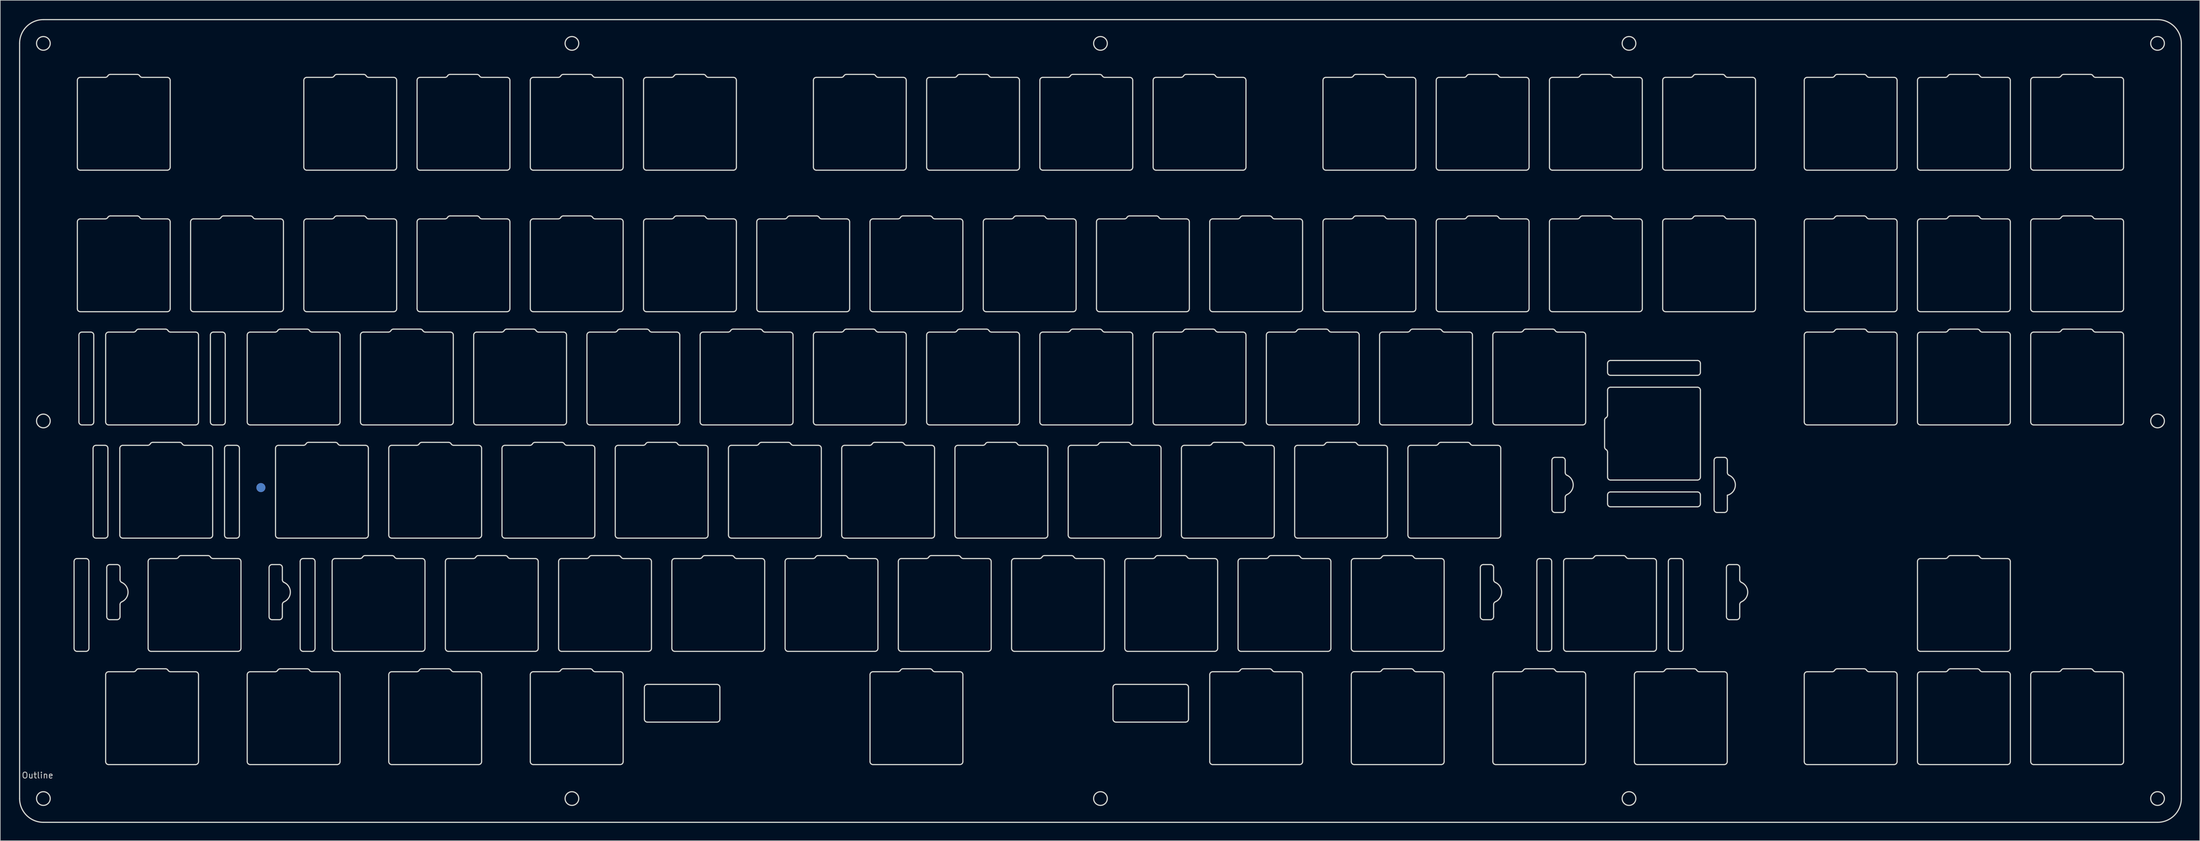
<source format=kicad_pcb>
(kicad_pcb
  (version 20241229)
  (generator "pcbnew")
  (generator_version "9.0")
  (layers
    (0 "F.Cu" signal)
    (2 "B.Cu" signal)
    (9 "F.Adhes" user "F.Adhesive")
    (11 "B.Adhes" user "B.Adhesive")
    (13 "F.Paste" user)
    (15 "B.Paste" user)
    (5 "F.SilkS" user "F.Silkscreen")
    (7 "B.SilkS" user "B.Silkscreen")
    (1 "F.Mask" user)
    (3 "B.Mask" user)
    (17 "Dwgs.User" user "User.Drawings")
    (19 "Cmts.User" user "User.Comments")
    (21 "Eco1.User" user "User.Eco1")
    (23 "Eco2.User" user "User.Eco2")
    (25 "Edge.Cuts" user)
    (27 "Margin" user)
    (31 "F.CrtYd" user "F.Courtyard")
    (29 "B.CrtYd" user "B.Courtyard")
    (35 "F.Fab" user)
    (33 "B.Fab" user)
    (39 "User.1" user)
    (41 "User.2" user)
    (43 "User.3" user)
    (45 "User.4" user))
  (footprint "Outline"
    (layer "F.Cu")
    (at 0.25 0.25)
    (property "Reference" "Outline" (at 3.023 127.16 180) (layer "Dwgs.User") (effects (font (size 1 1) (thickness 0.15))))
    (attr through_hole)
    (fp_line (start -0.002 131.064) (end -0.002 4.001) (stroke (width 0.2) (type solid)) (layer "Edge.Cuts"))
    (fp_line (start 3.998 0.001) (end 359.66 0.001) (stroke (width 0.2) (type solid)) (layer "Edge.Cuts"))
    (fp_line (start 9.159 91.179) (end 9.159 105.799) (stroke (width 0.2) (type solid)) (layer "Edge.Cuts"))
    (fp_line (start 9.659 106.299) (end 11.159 106.299) (stroke (width 0.2) (type solid)) (layer "Edge.Cuts"))
    (fp_line (start 9.713 10.216) (end 9.713 24.836) (stroke (width 0.2) (type solid)) (layer "Edge.Cuts"))
    (fp_line (start 9.713 48.649) (end 9.713 34.029) (stroke (width 0.2) (type solid)) (layer "Edge.Cuts"))
    (fp_line (start 9.975 53.079) (end 9.975 67.699) (stroke (width 0.2) (type solid)) (layer "Edge.Cuts"))
    (fp_line (start 10.213 25.336) (end 24.833 25.336) (stroke (width 0.2) (type solid)) (layer "Edge.Cuts"))
    (fp_line (start 10.213 33.529) (end 14.407 33.529) (stroke (width 0.2) (type solid)) (layer "Edge.Cuts"))
    (fp_line (start 10.475 68.199) (end 11.975 68.199) (stroke (width 0.2) (type solid)) (layer "Edge.Cuts"))
    (fp_line (start 11.159 90.679) (end 9.659 90.679) (stroke (width 0.2) (type solid)) (layer "Edge.Cuts"))
    (fp_line (start 11.659 105.799) (end 11.659 91.179) (stroke (width 0.2) (type solid)) (layer "Edge.Cuts"))
    (fp_line (start 11.975 52.579) (end 10.475 52.579) (stroke (width 0.2) (type solid)) (layer "Edge.Cuts"))
    (fp_line (start 12.356 72.129) (end 12.356 86.749) (stroke (width 0.2) (type solid)) (layer "Edge.Cuts"))
    (fp_line (start 12.475 67.699) (end 12.475 53.079) (stroke (width 0.2) (type solid)) (layer "Edge.Cuts"))
    (fp_line (start 12.856 87.249) (end 14.356 87.249) (stroke (width 0.2) (type solid)) (layer "Edge.Cuts"))
    (fp_line (start 14.356 71.629) (end 12.856 71.629) (stroke (width 0.2) (type solid)) (layer "Edge.Cuts"))
    (fp_line (start 14.407 9.716) (end 10.213 9.716) (stroke (width 0.2) (type solid)) (layer "Edge.Cuts"))
    (fp_line (start 14.475 67.699) (end 14.475 53.079) (stroke (width 0.2) (type solid)) (layer "Edge.Cuts"))
    (fp_line (start 14.475 124.849) (end 14.475 110.229) (stroke (width 0.2) (type solid)) (layer "Edge.Cuts"))
    (fp_line (start 14.659 100.466) (end 14.659 92.195) (stroke (width 0.2) (type solid)) (layer "Edge.Cuts"))
    (fp_line (start 14.856 86.749) (end 14.856 72.129) (stroke (width 0.2) (type solid)) (layer "Edge.Cuts"))
    (fp_line (start 14.975 52.579) (end 19.169 52.579) (stroke (width 0.2) (type solid)) (layer "Edge.Cuts"))
    (fp_line (start 14.975 109.729) (end 19.169 109.729) (stroke (width 0.2) (type solid)) (layer "Edge.Cuts"))
    (fp_line (start 15.159 91.695) (end 16.394 91.695) (stroke (width 0.2) (type solid)) (layer "Edge.Cuts"))
    (fp_line (start 15.273 33.029) (end 19.773 33.029) (stroke (width 0.2) (type solid)) (layer "Edge.Cuts"))
    (fp_line (start 16.394 100.966) (end 15.159 100.966) (stroke (width 0.2) (type solid)) (layer "Edge.Cuts"))
    (fp_line (start 16.856 86.749) (end 16.856 72.129) (stroke (width 0.2) (type solid)) (layer "Edge.Cuts"))
    (fp_line (start 16.894 92.195) (end 16.894 94.243) (stroke (width 0.2) (type solid)) (layer "Edge.Cuts"))
    (fp_line (start 16.894 98.417) (end 16.894 100.466) (stroke (width 0.2) (type solid)) (layer "Edge.Cuts"))
    (fp_line (start 17.356 71.629) (end 21.55 71.629) (stroke (width 0.2) (type solid)) (layer "Edge.Cuts"))
    (fp_line (start 19.773 9.216) (end 15.273 9.216) (stroke (width 0.2) (type solid)) (layer "Edge.Cuts"))
    (fp_line (start 20.035 52.079) (end 24.535 52.079) (stroke (width 0.2) (type solid)) (layer "Edge.Cuts"))
    (fp_line (start 20.035 109.229) (end 24.535 109.229) (stroke (width 0.2) (type solid)) (layer "Edge.Cuts"))
    (fp_line (start 20.639 33.529) (end 24.833 33.529) (stroke (width 0.2) (type solid)) (layer "Edge.Cuts"))
    (fp_line (start 21.619 91.179) (end 21.619 105.799) (stroke (width 0.2) (type solid)) (layer "Edge.Cuts"))
    (fp_line (start 22.119 106.299) (end 36.739 106.299) (stroke (width 0.2) (type solid)) (layer "Edge.Cuts"))
    (fp_line (start 22.416 71.129) (end 26.916 71.129) (stroke (width 0.2) (type solid)) (layer "Edge.Cuts"))
    (fp_line (start 24.833 9.716) (end 20.639 9.716) (stroke (width 0.2) (type solid)) (layer "Edge.Cuts"))
    (fp_line (start 24.833 49.149) (end 10.213 49.149) (stroke (width 0.2) (type solid)) (layer "Edge.Cuts"))
    (fp_line (start 25.333 24.836) (end 25.333 10.216) (stroke (width 0.2) (type solid)) (layer "Edge.Cuts"))
    (fp_line (start 25.333 34.029) (end 25.333 48.649) (stroke (width 0.2) (type solid)) (layer "Edge.Cuts"))
    (fp_line (start 25.401 52.579) (end 29.595 52.579) (stroke (width 0.2) (type solid)) (layer "Edge.Cuts"))
    (fp_line (start 25.401 109.729) (end 29.595 109.729) (stroke (width 0.2) (type solid)) (layer "Edge.Cuts"))
    (fp_line (start 26.313 90.679) (end 22.119 90.679) (stroke (width 0.2) (type solid)) (layer "Edge.Cuts"))
    (fp_line (start 27.782 71.629) (end 31.976 71.629) (stroke (width 0.2) (type solid)) (layer "Edge.Cuts"))
    (fp_line (start 28.763 34.029) (end 28.763 48.649) (stroke (width 0.2) (type solid)) (layer "Edge.Cuts"))
    (fp_line (start 29.263 49.149) (end 43.883 49.149) (stroke (width 0.2) (type solid)) (layer "Edge.Cuts"))
    (fp_line (start 29.595 68.199) (end 14.975 68.199) (stroke (width 0.2) (type solid)) (layer "Edge.Cuts"))
    (fp_line (start 29.595 125.349) (end 14.975 125.349) (stroke (width 0.2) (type solid)) (layer "Edge.Cuts"))
    (fp_line (start 30.095 53.079) (end 30.095 67.699) (stroke (width 0.2) (type solid)) (layer "Edge.Cuts"))
    (fp_line (start 30.095 110.229) (end 30.095 124.849) (stroke (width 0.2) (type solid)) (layer "Edge.Cuts"))
    (fp_line (start 31.679 90.179) (end 27.179 90.179) (stroke (width 0.2) (type solid)) (layer "Edge.Cuts"))
    (fp_line (start 31.976 87.249) (end 17.356 87.249) (stroke (width 0.2) (type solid)) (layer "Edge.Cuts"))
    (fp_line (start 32.095 67.699) (end 32.095 53.079) (stroke (width 0.2) (type solid)) (layer "Edge.Cuts"))
    (fp_line (start 32.476 72.129) (end 32.476 86.749) (stroke (width 0.2) (type solid)) (layer "Edge.Cuts"))
    (fp_line (start 32.595 52.579) (end 34.095 52.579) (stroke (width 0.2) (type solid)) (layer "Edge.Cuts"))
    (fp_line (start 33.457 33.529) (end 29.263 33.529) (stroke (width 0.2) (type solid)) (layer "Edge.Cuts"))
    (fp_line (start 34.095 68.199) (end 32.595 68.199) (stroke (width 0.2) (type solid)) (layer "Edge.Cuts"))
    (fp_line (start 34.476 72.129) (end 34.476 86.749) (stroke (width 0.2) (type solid)) (layer "Edge.Cuts"))
    (fp_line (start 34.595 53.079) (end 34.595 67.699) (stroke (width 0.2) (type solid)) (layer "Edge.Cuts"))
    (fp_line (start 34.976 87.249) (end 36.476 87.249) (stroke (width 0.2) (type solid)) (layer "Edge.Cuts"))
    (fp_line (start 36.476 71.629) (end 34.976 71.629) (stroke (width 0.2) (type solid)) (layer "Edge.Cuts"))
    (fp_line (start 36.739 90.679) (end 32.545 90.679) (stroke (width 0.2) (type solid)) (layer "Edge.Cuts"))
    (fp_line (start 36.976 86.749) (end 36.976 72.129) (stroke (width 0.2) (type solid)) (layer "Edge.Cuts"))
    (fp_line (start 37.239 105.799) (end 37.239 91.179) (stroke (width 0.2) (type solid)) (layer "Edge.Cuts"))
    (fp_line (start 38.288 53.079) (end 38.288 67.699) (stroke (width 0.2) (type solid)) (layer "Edge.Cuts"))
    (fp_line (start 38.288 110.229) (end 38.288 124.849) (stroke (width 0.2) (type solid)) (layer "Edge.Cuts"))
    (fp_line (start 38.788 68.199) (end 53.408 68.199) (stroke (width 0.2) (type solid)) (layer "Edge.Cuts"))
    (fp_line (start 38.788 125.349) (end 53.408 125.349) (stroke (width 0.2) (type solid)) (layer "Edge.Cuts"))
    (fp_line (start 38.823 33.029) (end 34.323 33.029) (stroke (width 0.2) (type solid)) (layer "Edge.Cuts"))
    (fp_line (start 41.964 92.195) (end 41.964 100.466) (stroke (width 0.2) (type solid)) (layer "Edge.Cuts"))
    (fp_line (start 42.464 100.966) (end 43.699 100.966) (stroke (width 0.2) (type solid)) (layer "Edge.Cuts"))
    (fp_line (start 42.982 52.579) (end 38.788 52.579) (stroke (width 0.2) (type solid)) (layer "Edge.Cuts"))
    (fp_line (start 42.982 109.729) (end 38.788 109.729) (stroke (width 0.2) (type solid)) (layer "Edge.Cuts"))
    (fp_line (start 43.05 72.129) (end 43.05 86.749) (stroke (width 0.2) (type solid)) (layer "Edge.Cuts"))
    (fp_line (start 43.55 87.249) (end 58.17 87.249) (stroke (width 0.2) (type solid)) (layer "Edge.Cuts"))
    (fp_line (start 43.699 91.695) (end 42.464 91.695) (stroke (width 0.2) (type solid)) (layer "Edge.Cuts"))
    (fp_line (start 43.883 33.529) (end 39.689 33.529) (stroke (width 0.2) (type solid)) (layer "Edge.Cuts"))
    (fp_line (start 44.199 94.243) (end 44.199 92.195) (stroke (width 0.2) (type solid)) (layer "Edge.Cuts"))
    (fp_line (start 44.199 100.466) (end 44.199 98.417) (stroke (width 0.2) (type solid)) (layer "Edge.Cuts"))
    (fp_line (start 44.383 48.649) (end 44.383 34.029) (stroke (width 0.2) (type solid)) (layer "Edge.Cuts"))
    (fp_line (start 47.199 91.179) (end 47.199 105.799) (stroke (width 0.2) (type solid)) (layer "Edge.Cuts"))
    (fp_line (start 47.699 106.299) (end 49.199 106.299) (stroke (width 0.2) (type solid)) (layer "Edge.Cuts"))
    (fp_line (start 47.744 71.629) (end 43.55 71.629) (stroke (width 0.2) (type solid)) (layer "Edge.Cuts"))
    (fp_line (start 47.813 10.216) (end 47.813 24.836) (stroke (width 0.2) (type solid)) (layer "Edge.Cuts"))
    (fp_line (start 47.813 48.649) (end 47.813 34.029) (stroke (width 0.2) (type solid)) (layer "Edge.Cuts"))
    (fp_line (start 48.313 25.336) (end 62.933 25.336) (stroke (width 0.2) (type solid)) (layer "Edge.Cuts"))
    (fp_line (start 48.313 33.529) (end 52.507 33.529) (stroke (width 0.2) (type solid)) (layer "Edge.Cuts"))
    (fp_line (start 48.348 52.079) (end 43.848 52.079) (stroke (width 0.2) (type solid)) (layer "Edge.Cuts"))
    (fp_line (start 48.348 109.229) (end 43.848 109.229) (stroke (width 0.2) (type solid)) (layer "Edge.Cuts"))
    (fp_line (start 49.199 90.679) (end 47.699 90.679) (stroke (width 0.2) (type solid)) (layer "Edge.Cuts"))
    (fp_line (start 49.699 105.799) (end 49.699 91.179) (stroke (width 0.2) (type solid)) (layer "Edge.Cuts"))
    (fp_line (start 52.507 9.716) (end 48.313 9.716) (stroke (width 0.2) (type solid)) (layer "Edge.Cuts"))
    (fp_line (start 52.575 91.179) (end 52.575 105.799) (stroke (width 0.2) (type solid)) (layer "Edge.Cuts"))
    (fp_line (start 53.075 106.299) (end 67.695 106.299) (stroke (width 0.2) (type solid)) (layer "Edge.Cuts"))
    (fp_line (start 53.11 71.129) (end 48.61 71.129) (stroke (width 0.2) (type solid)) (layer "Edge.Cuts"))
    (fp_line (start 53.373 33.029) (end 57.873 33.029) (stroke (width 0.2) (type solid)) (layer "Edge.Cuts"))
    (fp_line (start 53.408 52.579) (end 49.214 52.579) (stroke (width 0.2) (type solid)) (layer "Edge.Cuts"))
    (fp_line (start 53.408 109.729) (end 49.214 109.729) (stroke (width 0.2) (type solid)) (layer "Edge.Cuts"))
    (fp_line (start 53.908 67.699) (end 53.908 53.079) (stroke (width 0.2) (type solid)) (layer "Edge.Cuts"))
    (fp_line (start 53.908 124.849) (end 53.908 110.229) (stroke (width 0.2) (type solid)) (layer "Edge.Cuts"))
    (fp_line (start 57.269 90.679) (end 53.075 90.679) (stroke (width 0.2) (type solid)) (layer "Edge.Cuts"))
    (fp_line (start 57.338 53.079) (end 57.338 67.699) (stroke (width 0.2) (type solid)) (layer "Edge.Cuts"))
    (fp_line (start 57.838 68.199) (end 72.458 68.199) (stroke (width 0.2) (type solid)) (layer "Edge.Cuts"))
    (fp_line (start 57.873 9.216) (end 53.373 9.216) (stroke (width 0.2) (type solid)) (layer "Edge.Cuts"))
    (fp_line (start 58.17 71.629) (end 53.976 71.629) (stroke (width 0.2) (type solid)) (layer "Edge.Cuts"))
    (fp_line (start 58.67 86.749) (end 58.67 72.129) (stroke (width 0.2) (type solid)) (layer "Edge.Cuts"))
    (fp_line (start 58.739 33.529) (end 62.933 33.529) (stroke (width 0.2) (type solid)) (layer "Edge.Cuts"))
    (fp_line (start 62.032 52.579) (end 57.838 52.579) (stroke (width 0.2) (type solid)) (layer "Edge.Cuts"))
    (fp_line (start 62.1 86.749) (end 62.1 72.129) (stroke (width 0.2) (type solid)) (layer "Edge.Cuts"))
    (fp_line (start 62.1 124.849) (end 62.1 110.229) (stroke (width 0.2) (type solid)) (layer "Edge.Cuts"))
    (fp_line (start 62.6 71.629) (end 66.794 71.629) (stroke (width 0.2) (type solid)) (layer "Edge.Cuts"))
    (fp_line (start 62.6 109.729) (end 66.794 109.729) (stroke (width 0.2) (type solid)) (layer "Edge.Cuts"))
    (fp_line (start 62.635 90.179) (end 58.135 90.179) (stroke (width 0.2) (type solid)) (layer "Edge.Cuts"))
    (fp_line (start 62.933 9.716) (end 58.739 9.716) (stroke (width 0.2) (type solid)) (layer "Edge.Cuts"))
    (fp_line (start 62.933 49.149) (end 48.313 49.149) (stroke (width 0.2) (type solid)) (layer "Edge.Cuts"))
    (fp_line (start 63.433 24.836) (end 63.433 10.216) (stroke (width 0.2) (type solid)) (layer "Edge.Cuts"))
    (fp_line (start 63.433 34.029) (end 63.433 48.649) (stroke (width 0.2) (type solid)) (layer "Edge.Cuts"))
    (fp_line (start 66.863 24.836) (end 66.863 10.216) (stroke (width 0.2) (type solid)) (layer "Edge.Cuts"))
    (fp_line (start 66.863 48.649) (end 66.863 34.029) (stroke (width 0.2) (type solid)) (layer "Edge.Cuts"))
    (fp_line (start 67.363 9.716) (end 71.557 9.716) (stroke (width 0.2) (type solid)) (layer "Edge.Cuts"))
    (fp_line (start 67.363 33.529) (end 71.557 33.529) (stroke (width 0.2) (type solid)) (layer "Edge.Cuts"))
    (fp_line (start 67.398 52.079) (end 62.898 52.079) (stroke (width 0.2) (type solid)) (layer "Edge.Cuts"))
    (fp_line (start 67.66 71.129) (end 72.16 71.129) (stroke (width 0.2) (type solid)) (layer "Edge.Cuts"))
    (fp_line (start 67.66 109.229) (end 72.16 109.229) (stroke (width 0.2) (type solid)) (layer "Edge.Cuts"))
    (fp_line (start 67.695 90.679) (end 63.501 90.679) (stroke (width 0.2) (type solid)) (layer "Edge.Cuts"))
    (fp_line (start 68.195 105.799) (end 68.195 91.179) (stroke (width 0.2) (type solid)) (layer "Edge.Cuts"))
    (fp_line (start 71.625 91.179) (end 71.625 105.799) (stroke (width 0.2) (type solid)) (layer "Edge.Cuts"))
    (fp_line (start 72.125 106.299) (end 86.745 106.299) (stroke (width 0.2) (type solid)) (layer "Edge.Cuts"))
    (fp_line (start 72.423 9.216) (end 76.923 9.216) (stroke (width 0.2) (type solid)) (layer "Edge.Cuts"))
    (fp_line (start 72.423 33.029) (end 76.923 33.029) (stroke (width 0.2) (type solid)) (layer "Edge.Cuts"))
    (fp_line (start 72.458 52.579) (end 68.264 52.579) (stroke (width 0.2) (type solid)) (layer "Edge.Cuts"))
    (fp_line (start 72.958 67.699) (end 72.958 53.079) (stroke (width 0.2) (type solid)) (layer "Edge.Cuts"))
    (fp_line (start 73.026 71.629) (end 77.22 71.629) (stroke (width 0.2) (type solid)) (layer "Edge.Cuts"))
    (fp_line (start 73.026 109.729) (end 77.22 109.729) (stroke (width 0.2) (type solid)) (layer "Edge.Cuts"))
    (fp_line (start 76.319 90.679) (end 72.125 90.679) (stroke (width 0.2) (type solid)) (layer "Edge.Cuts"))
    (fp_line (start 76.388 67.699) (end 76.388 53.079) (stroke (width 0.2) (type solid)) (layer "Edge.Cuts"))
    (fp_line (start 76.888 52.579) (end 81.082 52.579) (stroke (width 0.2) (type solid)) (layer "Edge.Cuts"))
    (fp_line (start 77.22 87.249) (end 62.6 87.249) (stroke (width 0.2) (type solid)) (layer "Edge.Cuts"))
    (fp_line (start 77.22 125.349) (end 62.6 125.349) (stroke (width 0.2) (type solid)) (layer "Edge.Cuts"))
    (fp_line (start 77.72 72.129) (end 77.72 86.749) (stroke (width 0.2) (type solid)) (layer "Edge.Cuts"))
    (fp_line (start 77.72 110.229) (end 77.72 124.849) (stroke (width 0.2) (type solid)) (layer "Edge.Cuts"))
    (fp_line (start 77.789 9.716) (end 81.983 9.716) (stroke (width 0.2) (type solid)) (layer "Edge.Cuts"))
    (fp_line (start 77.789 33.529) (end 81.983 33.529) (stroke (width 0.2) (type solid)) (layer "Edge.Cuts"))
    (fp_line (start 81.15 86.749) (end 81.15 72.129) (stroke (width 0.2) (type solid)) (layer "Edge.Cuts"))
    (fp_line (start 81.65 71.629) (end 85.844 71.629) (stroke (width 0.2) (type solid)) (layer "Edge.Cuts"))
    (fp_line (start 81.685 90.179) (end 77.185 90.179) (stroke (width 0.2) (type solid)) (layer "Edge.Cuts"))
    (fp_line (start 81.948 52.079) (end 86.448 52.079) (stroke (width 0.2) (type solid)) (layer "Edge.Cuts"))
    (fp_line (start 81.983 25.336) (end 67.363 25.336) (stroke (width 0.2) (type solid)) (layer "Edge.Cuts"))
    (fp_line (start 81.983 49.149) (end 67.363 49.149) (stroke (width 0.2) (type solid)) (layer "Edge.Cuts"))
    (fp_line (start 82.483 10.216) (end 82.483 24.836) (stroke (width 0.2) (type solid)) (layer "Edge.Cuts"))
    (fp_line (start 82.483 34.029) (end 82.483 48.649) (stroke (width 0.2) (type solid)) (layer "Edge.Cuts"))
    (fp_line (start 85.913 24.836) (end 85.913 10.216) (stroke (width 0.2) (type solid)) (layer "Edge.Cuts"))
    (fp_line (start 85.913 34.029) (end 85.913 48.649) (stroke (width 0.2) (type solid)) (layer "Edge.Cuts"))
    (fp_line (start 85.913 124.849) (end 85.913 110.229) (stroke (width 0.2) (type solid)) (layer "Edge.Cuts"))
    (fp_line (start 86.413 9.716) (end 90.607 9.716) (stroke (width 0.2) (type solid)) (layer "Edge.Cuts"))
    (fp_line (start 86.413 49.149) (end 101.033 49.149) (stroke (width 0.2) (type solid)) (layer "Edge.Cuts"))
    (fp_line (start 86.413 109.729) (end 90.607 109.729) (stroke (width 0.2) (type solid)) (layer "Edge.Cuts"))
    (fp_line (start 86.71 71.129) (end 91.21 71.129) (stroke (width 0.2) (type solid)) (layer "Edge.Cuts"))
    (fp_line (start 86.745 90.679) (end 82.551 90.679) (stroke (width 0.2) (type solid)) (layer "Edge.Cuts"))
    (fp_line (start 87.245 105.799) (end 87.245 91.179) (stroke (width 0.2) (type solid)) (layer "Edge.Cuts"))
    (fp_line (start 87.314 52.579) (end 91.508 52.579) (stroke (width 0.2) (type solid)) (layer "Edge.Cuts"))
    (fp_line (start 90.607 33.529) (end 86.413 33.529) (stroke (width 0.2) (type solid)) (layer "Edge.Cuts"))
    (fp_line (start 90.675 91.179) (end 90.675 105.799) (stroke (width 0.2) (type solid)) (layer "Edge.Cuts"))
    (fp_line (start 91.175 106.299) (end 105.795 106.299) (stroke (width 0.2) (type solid)) (layer "Edge.Cuts"))
    (fp_line (start 91.473 9.216) (end 95.973 9.216) (stroke (width 0.2) (type solid)) (layer "Edge.Cuts"))
    (fp_line (start 91.473 109.229) (end 95.973 109.229) (stroke (width 0.2) (type solid)) (layer "Edge.Cuts"))
    (fp_line (start 91.508 68.199) (end 76.888 68.199) (stroke (width 0.2) (type solid)) (layer "Edge.Cuts"))
    (fp_line (start 92.008 53.079) (end 92.008 67.699) (stroke (width 0.2) (type solid)) (layer "Edge.Cuts"))
    (fp_line (start 92.076 71.629) (end 96.27 71.629) (stroke (width 0.2) (type solid)) (layer "Edge.Cuts"))
    (fp_line (start 95.369 90.679) (end 91.175 90.679) (stroke (width 0.2) (type solid)) (layer "Edge.Cuts"))
    (fp_line (start 95.438 53.079) (end 95.438 67.699) (stroke (width 0.2) (type solid)) (layer "Edge.Cuts"))
    (fp_line (start 95.938 68.199) (end 110.558 68.199) (stroke (width 0.2) (type solid)) (layer "Edge.Cuts"))
    (fp_line (start 95.973 33.029) (end 91.473 33.029) (stroke (width 0.2) (type solid)) (layer "Edge.Cuts"))
    (fp_line (start 96.27 87.249) (end 81.65 87.249) (stroke (width 0.2) (type solid)) (layer "Edge.Cuts"))
    (fp_line (start 96.77 72.129) (end 96.77 86.749) (stroke (width 0.2) (type solid)) (layer "Edge.Cuts"))
    (fp_line (start 96.839 9.716) (end 101.033 9.716) (stroke (width 0.2) (type solid)) (layer "Edge.Cuts"))
    (fp_line (start 96.839 109.729) (end 101.033 109.729) (stroke (width 0.2) (type solid)) (layer "Edge.Cuts"))
    (fp_line (start 100.132 52.579) (end 95.938 52.579) (stroke (width 0.2) (type solid)) (layer "Edge.Cuts"))
    (fp_line (start 100.2 72.129) (end 100.2 86.749) (stroke (width 0.2) (type solid)) (layer "Edge.Cuts"))
    (fp_line (start 100.7 87.249) (end 115.32 87.249) (stroke (width 0.2) (type solid)) (layer "Edge.Cuts"))
    (fp_line (start 100.735 90.179) (end 96.235 90.179) (stroke (width 0.2) (type solid)) (layer "Edge.Cuts"))
    (fp_line (start 101.033 25.336) (end 86.413 25.336) (stroke (width 0.2) (type solid)) (layer "Edge.Cuts"))
    (fp_line (start 101.033 33.529) (end 96.839 33.529) (stroke (width 0.2) (type solid)) (layer "Edge.Cuts"))
    (fp_line (start 101.033 125.349) (end 86.413 125.349) (stroke (width 0.2) (type solid)) (layer "Edge.Cuts"))
    (fp_line (start 101.533 10.216) (end 101.533 24.836) (stroke (width 0.2) (type solid)) (layer "Edge.Cuts"))
    (fp_line (start 101.533 48.649) (end 101.533 34.029) (stroke (width 0.2) (type solid)) (layer "Edge.Cuts"))
    (fp_line (start 101.533 110.229) (end 101.533 124.849) (stroke (width 0.2) (type solid)) (layer "Edge.Cuts"))
    (fp_line (start 104.894 71.629) (end 100.7 71.629) (stroke (width 0.2) (type solid)) (layer "Edge.Cuts"))
    (fp_line (start 104.963 10.216) (end 104.963 24.836) (stroke (width 0.2) (type solid)) (layer "Edge.Cuts"))
    (fp_line (start 104.963 34.029) (end 104.963 48.649) (stroke (width 0.2) (type solid)) (layer "Edge.Cuts"))
    (fp_line (start 105.104 117.705) (end 105.104 112.355) (stroke (width 0.2) (type solid)) (layer "Edge.Cuts"))
    (fp_line (start 105.463 25.336) (end 120.083 25.336) (stroke (width 0.2) (type solid)) (layer "Edge.Cuts"))
    (fp_line (start 105.463 49.149) (end 120.083 49.149) (stroke (width 0.2) (type solid)) (layer "Edge.Cuts"))
    (fp_line (start 105.498 52.079) (end 100.998 52.079) (stroke (width 0.2) (type solid)) (layer "Edge.Cuts"))
    (fp_line (start 105.604 111.855) (end 117.304 111.855) (stroke (width 0.2) (type solid)) (layer "Edge.Cuts"))
    (fp_line (start 105.795 90.679) (end 101.601 90.679) (stroke (width 0.2) (type solid)) (layer "Edge.Cuts"))
    (fp_line (start 106.295 105.799) (end 106.295 91.179) (stroke (width 0.2) (type solid)) (layer "Edge.Cuts"))
    (fp_line (start 109.657 9.716) (end 105.463 9.716) (stroke (width 0.2) (type solid)) (layer "Edge.Cuts"))
    (fp_line (start 109.657 33.529) (end 105.463 33.529) (stroke (width 0.2) (type solid)) (layer "Edge.Cuts"))
    (fp_line (start 109.725 105.799) (end 109.725 91.179) (stroke (width 0.2) (type solid)) (layer "Edge.Cuts"))
    (fp_line (start 110.225 90.679) (end 114.419 90.679) (stroke (width 0.2) (type solid)) (layer "Edge.Cuts"))
    (fp_line (start 110.26 71.129) (end 105.76 71.129) (stroke (width 0.2) (type solid)) (layer "Edge.Cuts"))
    (fp_line (start 110.558 52.579) (end 106.364 52.579) (stroke (width 0.2) (type solid)) (layer "Edge.Cuts"))
    (fp_line (start 111.058 67.699) (end 111.058 53.079) (stroke (width 0.2) (type solid)) (layer "Edge.Cuts"))
    (fp_line (start 114.488 67.699) (end 114.488 53.079) (stroke (width 0.2) (type solid)) (layer "Edge.Cuts"))
    (fp_line (start 114.988 52.579) (end 119.182 52.579) (stroke (width 0.2) (type solid)) (layer "Edge.Cuts"))
    (fp_line (start 115.023 9.216) (end 110.523 9.216) (stroke (width 0.2) (type solid)) (layer "Edge.Cuts"))
    (fp_line (start 115.023 33.029) (end 110.523 33.029) (stroke (width 0.2) (type solid)) (layer "Edge.Cuts"))
    (fp_line (start 115.285 90.179) (end 119.785 90.179) (stroke (width 0.2) (type solid)) (layer "Edge.Cuts"))
    (fp_line (start 115.32 71.629) (end 111.126 71.629) (stroke (width 0.2) (type solid)) (layer "Edge.Cuts"))
    (fp_line (start 115.82 86.749) (end 115.82 72.129) (stroke (width 0.2) (type solid)) (layer "Edge.Cuts"))
    (fp_line (start 117.304 118.205) (end 105.604 118.205) (stroke (width 0.2) (type solid)) (layer "Edge.Cuts"))
    (fp_line (start 117.804 112.355) (end 117.804 117.705) (stroke (width 0.2) (type solid)) (layer "Edge.Cuts"))
    (fp_line (start 119.25 72.129) (end 119.25 86.749) (stroke (width 0.2) (type solid)) (layer "Edge.Cuts"))
    (fp_line (start 119.75 87.249) (end 134.37 87.249) (stroke (width 0.2) (type solid)) (layer "Edge.Cuts"))
    (fp_line (start 120.048 52.079) (end 124.548 52.079) (stroke (width 0.2) (type solid)) (layer "Edge.Cuts"))
    (fp_line (start 120.083 9.716) (end 115.889 9.716) (stroke (width 0.2) (type solid)) (layer "Edge.Cuts"))
    (fp_line (start 120.083 33.529) (end 115.889 33.529) (stroke (width 0.2) (type solid)) (layer "Edge.Cuts"))
    (fp_line (start 120.583 24.836) (end 120.583 10.216) (stroke (width 0.2) (type solid)) (layer "Edge.Cuts"))
    (fp_line (start 120.583 48.649) (end 120.583 34.029) (stroke (width 0.2) (type solid)) (layer "Edge.Cuts"))
    (fp_line (start 120.651 90.679) (end 124.845 90.679) (stroke (width 0.2) (type solid)) (layer "Edge.Cuts"))
    (fp_line (start 123.944 71.629) (end 119.75 71.629) (stroke (width 0.2) (type solid)) (layer "Edge.Cuts"))
    (fp_line (start 124.013 48.649) (end 124.013 34.029) (stroke (width 0.2) (type solid)) (layer "Edge.Cuts"))
    (fp_line (start 124.513 33.529) (end 128.707 33.529) (stroke (width 0.2) (type solid)) (layer "Edge.Cuts"))
    (fp_line (start 124.845 106.299) (end 110.225 106.299) (stroke (width 0.2) (type solid)) (layer "Edge.Cuts"))
    (fp_line (start 125.345 91.179) (end 125.345 105.799) (stroke (width 0.2) (type solid)) (layer "Edge.Cuts"))
    (fp_line (start 125.414 52.579) (end 129.608 52.579) (stroke (width 0.2) (type solid)) (layer "Edge.Cuts"))
    (fp_line (start 128.775 105.799) (end 128.775 91.179) (stroke (width 0.2) (type solid)) (layer "Edge.Cuts"))
    (fp_line (start 129.275 90.679) (end 133.469 90.679) (stroke (width 0.2) (type solid)) (layer "Edge.Cuts"))
    (fp_line (start 129.31 71.129) (end 124.81 71.129) (stroke (width 0.2) (type solid)) (layer "Edge.Cuts"))
    (fp_line (start 129.573 33.029) (end 134.073 33.029) (stroke (width 0.2) (type solid)) (layer "Edge.Cuts"))
    (fp_line (start 129.608 68.199) (end 114.988 68.199) (stroke (width 0.2) (type solid)) (layer "Edge.Cuts"))
    (fp_line (start 130.108 53.079) (end 130.108 67.699) (stroke (width 0.2) (type solid)) (layer "Edge.Cuts"))
    (fp_line (start 133.538 10.216) (end 133.538 24.836) (stroke (width 0.2) (type solid)) (layer "Edge.Cuts"))
    (fp_line (start 133.538 67.699) (end 133.538 53.079) (stroke (width 0.2) (type solid)) (layer "Edge.Cuts"))
    (fp_line (start 134.038 25.336) (end 148.658 25.336) (stroke (width 0.2) (type solid)) (layer "Edge.Cuts"))
    (fp_line (start 134.038 52.579) (end 138.232 52.579) (stroke (width 0.2) (type solid)) (layer "Edge.Cuts"))
    (fp_line (start 134.335 90.179) (end 138.835 90.179) (stroke (width 0.2) (type solid)) (layer "Edge.Cuts"))
    (fp_line (start 134.37 71.629) (end 130.176 71.629) (stroke (width 0.2) (type solid)) (layer "Edge.Cuts"))
    (fp_line (start 134.87 86.749) (end 134.87 72.129) (stroke (width 0.2) (type solid)) (layer "Edge.Cuts"))
    (fp_line (start 134.939 33.529) (end 139.133 33.529) (stroke (width 0.2) (type solid)) (layer "Edge.Cuts"))
    (fp_line (start 138.232 9.716) (end 134.038 9.716) (stroke (width 0.2) (type solid)) (layer "Edge.Cuts"))
    (fp_line (start 138.3 72.129) (end 138.3 86.749) (stroke (width 0.2) (type solid)) (layer "Edge.Cuts"))
    (fp_line (start 138.8 87.249) (end 153.42 87.249) (stroke (width 0.2) (type solid)) (layer "Edge.Cuts"))
    (fp_line (start 139.098 52.079) (end 143.598 52.079) (stroke (width 0.2) (type solid)) (layer "Edge.Cuts"))
    (fp_line (start 139.133 49.149) (end 124.513 49.149) (stroke (width 0.2) (type solid)) (layer "Edge.Cuts"))
    (fp_line (start 139.633 34.029) (end 139.633 48.649) (stroke (width 0.2) (type solid)) (layer "Edge.Cuts"))
    (fp_line (start 139.701 90.679) (end 143.895 90.679) (stroke (width 0.2) (type solid)) (layer "Edge.Cuts"))
    (fp_line (start 142.994 71.629) (end 138.8 71.629) (stroke (width 0.2) (type solid)) (layer "Edge.Cuts"))
    (fp_line (start 143.063 34.029) (end 143.063 48.649) (stroke (width 0.2) (type solid)) (layer "Edge.Cuts"))
    (fp_line (start 143.063 124.849) (end 143.063 110.229) (stroke (width 0.2) (type solid)) (layer "Edge.Cuts"))
    (fp_line (start 143.563 49.149) (end 158.183 49.149) (stroke (width 0.2) (type solid)) (layer "Edge.Cuts"))
    (fp_line (start 143.563 109.729) (end 147.757 109.729) (stroke (width 0.2) (type solid)) (layer "Edge.Cuts"))
    (fp_line (start 143.598 9.216) (end 139.098 9.216) (stroke (width 0.2) (type solid)) (layer "Edge.Cuts"))
    (fp_line (start 143.895 106.299) (end 129.275 106.299) (stroke (width 0.2) (type solid)) (layer "Edge.Cuts"))
    (fp_line (start 144.395 91.179) (end 144.395 105.799) (stroke (width 0.2) (type solid)) (layer "Edge.Cuts"))
    (fp_line (start 144.464 52.579) (end 148.658 52.579) (stroke (width 0.2) (type solid)) (layer "Edge.Cuts"))
    (fp_line (start 147.757 33.529) (end 143.563 33.529) (stroke (width 0.2) (type solid)) (layer "Edge.Cuts"))
    (fp_line (start 147.825 105.799) (end 147.825 91.179) (stroke (width 0.2) (type solid)) (layer "Edge.Cuts"))
    (fp_line (start 148.325 90.679) (end 152.519 90.679) (stroke (width 0.2) (type solid)) (layer "Edge.Cuts"))
    (fp_line (start 148.36 71.129) (end 143.86 71.129) (stroke (width 0.2) (type solid)) (layer "Edge.Cuts"))
    (fp_line (start 148.623 109.229) (end 153.123 109.229) (stroke (width 0.2) (type solid)) (layer "Edge.Cuts"))
    (fp_line (start 148.658 9.716) (end 144.464 9.716) (stroke (width 0.2) (type solid)) (layer "Edge.Cuts"))
    (fp_line (start 148.658 68.199) (end 134.038 68.199) (stroke (width 0.2) (type solid)) (layer "Edge.Cuts"))
    (fp_line (start 149.158 24.836) (end 149.158 10.216) (stroke (width 0.2) (type solid)) (layer "Edge.Cuts"))
    (fp_line (start 149.158 53.079) (end 149.158 67.699) (stroke (width 0.2) (type solid)) (layer "Edge.Cuts"))
    (fp_line (start 152.588 24.836) (end 152.588 10.216) (stroke (width 0.2) (type solid)) (layer "Edge.Cuts"))
    (fp_line (start 152.588 53.079) (end 152.588 67.699) (stroke (width 0.2) (type solid)) (layer "Edge.Cuts"))
    (fp_line (start 153.088 9.716) (end 157.282 9.716) (stroke (width 0.2) (type solid)) (layer "Edge.Cuts"))
    (fp_line (start 153.088 68.199) (end 167.708 68.199) (stroke (width 0.2) (type solid)) (layer "Edge.Cuts"))
    (fp_line (start 153.123 33.029) (end 148.623 33.029) (stroke (width 0.2) (type solid)) (layer "Edge.Cuts"))
    (fp_line (start 153.385 90.179) (end 157.885 90.179) (stroke (width 0.2) (type solid)) (layer "Edge.Cuts"))
    (fp_line (start 153.42 71.629) (end 149.226 71.629) (stroke (width 0.2) (type solid)) (layer "Edge.Cuts"))
    (fp_line (start 153.92 86.749) (end 153.92 72.129) (stroke (width 0.2) (type solid)) (layer "Edge.Cuts"))
    (fp_line (start 153.989 109.729) (end 158.183 109.729) (stroke (width 0.2) (type solid)) (layer "Edge.Cuts"))
    (fp_line (start 157.282 52.579) (end 153.088 52.579) (stroke (width 0.2) (type solid)) (layer "Edge.Cuts"))
    (fp_line (start 157.35 86.749) (end 157.35 72.129) (stroke (width 0.2) (type solid)) (layer "Edge.Cuts"))
    (fp_line (start 157.85 71.629) (end 162.044 71.629) (stroke (width 0.2) (type solid)) (layer "Edge.Cuts"))
    (fp_line (start 158.148 9.216) (end 162.648 9.216) (stroke (width 0.2) (type solid)) (layer "Edge.Cuts"))
    (fp_line (start 158.183 33.529) (end 153.989 33.529) (stroke (width 0.2) (type solid)) (layer "Edge.Cuts"))
    (fp_line (start 158.183 125.349) (end 143.563 125.349) (stroke (width 0.2) (type solid)) (layer "Edge.Cuts"))
    (fp_line (start 158.683 48.649) (end 158.683 34.029) (stroke (width 0.2) (type solid)) (layer "Edge.Cuts"))
    (fp_line (start 158.683 110.229) (end 158.683 124.849) (stroke (width 0.2) (type solid)) (layer "Edge.Cuts"))
    (fp_line (start 158.751 90.679) (end 162.945 90.679) (stroke (width 0.2) (type solid)) (layer "Edge.Cuts"))
    (fp_line (start 162.113 34.029) (end 162.113 48.649) (stroke (width 0.2) (type solid)) (layer "Edge.Cuts"))
    (fp_line (start 162.613 49.149) (end 177.233 49.149) (stroke (width 0.2) (type solid)) (layer "Edge.Cuts"))
    (fp_line (start 162.648 52.079) (end 158.148 52.079) (stroke (width 0.2) (type solid)) (layer "Edge.Cuts"))
    (fp_line (start 162.91 71.129) (end 167.41 71.129) (stroke (width 0.2) (type solid)) (layer "Edge.Cuts"))
    (fp_line (start 162.945 106.299) (end 148.325 106.299) (stroke (width 0.2) (type solid)) (layer "Edge.Cuts"))
    (fp_line (start 163.445 91.179) (end 163.445 105.799) (stroke (width 0.2) (type solid)) (layer "Edge.Cuts"))
    (fp_line (start 163.514 9.716) (end 167.708 9.716) (stroke (width 0.2) (type solid)) (layer "Edge.Cuts"))
    (fp_line (start 166.807 33.529) (end 162.613 33.529) (stroke (width 0.2) (type solid)) (layer "Edge.Cuts"))
    (fp_line (start 166.875 105.799) (end 166.875 91.179) (stroke (width 0.2) (type solid)) (layer "Edge.Cuts"))
    (fp_line (start 167.375 90.679) (end 171.569 90.679) (stroke (width 0.2) (type solid)) (layer "Edge.Cuts"))
    (fp_line (start 167.708 25.336) (end 153.088 25.336) (stroke (width 0.2) (type solid)) (layer "Edge.Cuts"))
    (fp_line (start 167.708 52.579) (end 163.514 52.579) (stroke (width 0.2) (type solid)) (layer "Edge.Cuts"))
    (fp_line (start 168.208 10.216) (end 168.208 24.836) (stroke (width 0.2) (type solid)) (layer "Edge.Cuts"))
    (fp_line (start 168.208 67.699) (end 168.208 53.079) (stroke (width 0.2) (type solid)) (layer "Edge.Cuts"))
    (fp_line (start 168.276 71.629) (end 172.47 71.629) (stroke (width 0.2) (type solid)) (layer "Edge.Cuts"))
    (fp_line (start 171.638 10.216) (end 171.638 24.836) (stroke (width 0.2) (type solid)) (layer "Edge.Cuts"))
    (fp_line (start 171.638 67.699) (end 171.638 53.079) (stroke (width 0.2) (type solid)) (layer "Edge.Cuts"))
    (fp_line (start 172.138 25.336) (end 186.758 25.336) (stroke (width 0.2) (type solid)) (layer "Edge.Cuts"))
    (fp_line (start 172.138 52.579) (end 176.332 52.579) (stroke (width 0.2) (type solid)) (layer "Edge.Cuts"))
    (fp_line (start 172.173 33.029) (end 167.673 33.029) (stroke (width 0.2) (type solid)) (layer "Edge.Cuts"))
    (fp_line (start 172.435 90.179) (end 176.935 90.179) (stroke (width 0.2) (type solid)) (layer "Edge.Cuts"))
    (fp_line (start 172.47 87.249) (end 157.85 87.249) (stroke (width 0.2) (type solid)) (layer "Edge.Cuts"))
    (fp_line (start 172.97 72.129) (end 172.97 86.749) (stroke (width 0.2) (type solid)) (layer "Edge.Cuts"))
    (fp_line (start 176.332 9.716) (end 172.138 9.716) (stroke (width 0.2) (type solid)) (layer "Edge.Cuts"))
    (fp_line (start 176.4 72.129) (end 176.4 86.749) (stroke (width 0.2) (type solid)) (layer "Edge.Cuts"))
    (fp_line (start 176.9 87.249) (end 191.52 87.249) (stroke (width 0.2) (type solid)) (layer "Edge.Cuts"))
    (fp_line (start 177.198 52.079) (end 181.698 52.079) (stroke (width 0.2) (type solid)) (layer "Edge.Cuts"))
    (fp_line (start 177.233 33.529) (end 173.039 33.529) (stroke (width 0.2) (type solid)) (layer "Edge.Cuts"))
    (fp_line (start 177.733 48.649) (end 177.733 34.029) (stroke (width 0.2) (type solid)) (layer "Edge.Cuts"))
    (fp_line (start 177.801 90.679) (end 181.995 90.679) (stroke (width 0.2) (type solid)) (layer "Edge.Cuts"))
    (fp_line (start 181.094 71.629) (end 176.9 71.629) (stroke (width 0.2) (type solid)) (layer "Edge.Cuts"))
    (fp_line (start 181.163 48.649) (end 181.163 34.029) (stroke (width 0.2) (type solid)) (layer "Edge.Cuts"))
    (fp_line (start 181.663 33.529) (end 185.857 33.529) (stroke (width 0.2) (type solid)) (layer "Edge.Cuts"))
    (fp_line (start 181.698 9.216) (end 177.198 9.216) (stroke (width 0.2) (type solid)) (layer "Edge.Cuts"))
    (fp_line (start 181.995 106.299) (end 167.375 106.299) (stroke (width 0.2) (type solid)) (layer "Edge.Cuts"))
    (fp_line (start 182.495 91.179) (end 182.495 105.799) (stroke (width 0.2) (type solid)) (layer "Edge.Cuts"))
    (fp_line (start 182.564 52.579) (end 186.758 52.579) (stroke (width 0.2) (type solid)) (layer "Edge.Cuts"))
    (fp_line (start 183.941 112.355) (end 183.941 117.705) (stroke (width 0.2) (type solid)) (layer "Edge.Cuts"))
    (fp_line (start 184.441 118.205) (end 196.141 118.205) (stroke (width 0.2) (type solid)) (layer "Edge.Cuts"))
    (fp_line (start 185.925 105.799) (end 185.925 91.179) (stroke (width 0.2) (type solid)) (layer "Edge.Cuts"))
    (fp_line (start 186.425 90.679) (end 190.619 90.679) (stroke (width 0.2) (type solid)) (layer "Edge.Cuts"))
    (fp_line (start 186.46 71.129) (end 181.96 71.129) (stroke (width 0.2) (type solid)) (layer "Edge.Cuts"))
    (fp_line (start 186.723 33.029) (end 191.223 33.029) (stroke (width 0.2) (type solid)) (layer "Edge.Cuts"))
    (fp_line (start 186.758 9.716) (end 182.564 9.716) (stroke (width 0.2) (type solid)) (layer "Edge.Cuts"))
    (fp_line (start 186.758 68.199) (end 172.138 68.199) (stroke (width 0.2) (type solid)) (layer "Edge.Cuts"))
    (fp_line (start 187.258 24.836) (end 187.258 10.216) (stroke (width 0.2) (type solid)) (layer "Edge.Cuts"))
    (fp_line (start 187.258 53.079) (end 187.258 67.699) (stroke (width 0.2) (type solid)) (layer "Edge.Cuts"))
    (fp_line (start 190.688 10.216) (end 190.688 24.836) (stroke (width 0.2) (type solid)) (layer "Edge.Cuts"))
    (fp_line (start 190.688 67.699) (end 190.688 53.079) (stroke (width 0.2) (type solid)) (layer "Edge.Cuts"))
    (fp_line (start 191.188 25.336) (end 205.808 25.336) (stroke (width 0.2) (type solid)) (layer "Edge.Cuts"))
    (fp_line (start 191.188 52.579) (end 195.382 52.579) (stroke (width 0.2) (type solid)) (layer "Edge.Cuts"))
    (fp_line (start 191.485 90.179) (end 195.985 90.179) (stroke (width 0.2) (type solid)) (layer "Edge.Cuts"))
    (fp_line (start 191.52 71.629) (end 187.326 71.629) (stroke (width 0.2) (type solid)) (layer "Edge.Cuts"))
    (fp_line (start 192.02 86.749) (end 192.02 72.129) (stroke (width 0.2) (type solid)) (layer "Edge.Cuts"))
    (fp_line (start 192.089 33.529) (end 196.283 33.529) (stroke (width 0.2) (type solid)) (layer "Edge.Cuts"))
    (fp_line (start 195.382 9.716) (end 191.188 9.716) (stroke (width 0.2) (type solid)) (layer "Edge.Cuts"))
    (fp_line (start 195.45 86.749) (end 195.45 72.129) (stroke (width 0.2) (type solid)) (layer "Edge.Cuts"))
    (fp_line (start 195.95 71.629) (end 200.144 71.629) (stroke (width 0.2) (type solid)) (layer "Edge.Cuts"))
    (fp_line (start 196.141 111.855) (end 184.441 111.855) (stroke (width 0.2) (type solid)) (layer "Edge.Cuts"))
    (fp_line (start 196.248 52.079) (end 200.748 52.079) (stroke (width 0.2) (type solid)) (layer "Edge.Cuts"))
    (fp_line (start 196.283 49.149) (end 181.663 49.149) (stroke (width 0.2) (type solid)) (layer "Edge.Cuts"))
    (fp_line (start 196.641 117.705) (end 196.641 112.355) (stroke (width 0.2) (type solid)) (layer "Edge.Cuts"))
    (fp_line (start 196.783 34.029) (end 196.783 48.649) (stroke (width 0.2) (type solid)) (layer "Edge.Cuts"))
    (fp_line (start 196.851 90.679) (end 201.045 90.679) (stroke (width 0.2) (type solid)) (layer "Edge.Cuts"))
    (fp_line (start 200.213 34.029) (end 200.213 48.649) (stroke (width 0.2) (type solid)) (layer "Edge.Cuts"))
    (fp_line (start 200.213 110.229) (end 200.213 124.849) (stroke (width 0.2) (type solid)) (layer "Edge.Cuts"))
    (fp_line (start 200.713 49.149) (end 215.333 49.149) (stroke (width 0.2) (type solid)) (layer "Edge.Cuts"))
    (fp_line (start 200.713 125.349) (end 215.333 125.349) (stroke (width 0.2) (type solid)) (layer "Edge.Cuts"))
    (fp_line (start 200.748 9.216) (end 196.248 9.216) (stroke (width 0.2) (type solid)) (layer "Edge.Cuts"))
    (fp_line (start 201.01 71.129) (end 205.51 71.129) (stroke (width 0.2) (type solid)) (layer "Edge.Cuts"))
    (fp_line (start 201.045 106.299) (end 186.425 106.299) (stroke (width 0.2) (type solid)) (layer "Edge.Cuts"))
    (fp_line (start 201.545 91.179) (end 201.545 105.799) (stroke (width 0.2) (type solid)) (layer "Edge.Cuts"))
    (fp_line (start 201.614 52.579) (end 205.808 52.579) (stroke (width 0.2) (type solid)) (layer "Edge.Cuts"))
    (fp_line (start 204.907 33.529) (end 200.713 33.529) (stroke (width 0.2) (type solid)) (layer "Edge.Cuts"))
    (fp_line (start 204.907 109.729) (end 200.713 109.729) (stroke (width 0.2) (type solid)) (layer "Edge.Cuts"))
    (fp_line (start 204.975 91.179) (end 204.975 105.799) (stroke (width 0.2) (type solid)) (layer "Edge.Cuts"))
    (fp_line (start 205.475 106.299) (end 220.095 106.299) (stroke (width 0.2) (type solid)) (layer "Edge.Cuts"))
    (fp_line (start 205.808 9.716) (end 201.614 9.716) (stroke (width 0.2) (type solid)) (layer "Edge.Cuts"))
    (fp_line (start 205.808 68.199) (end 191.188 68.199) (stroke (width 0.2) (type solid)) (layer "Edge.Cuts"))
    (fp_line (start 206.308 24.836) (end 206.308 10.216) (stroke (width 0.2) (type solid)) (layer "Edge.Cuts"))
    (fp_line (start 206.308 53.079) (end 206.308 67.699) (stroke (width 0.2) (type solid)) (layer "Edge.Cuts"))
    (fp_line (start 206.376 71.629) (end 210.57 71.629) (stroke (width 0.2) (type solid)) (layer "Edge.Cuts"))
    (fp_line (start 209.669 90.679) (end 205.475 90.679) (stroke (width 0.2) (type solid)) (layer "Edge.Cuts"))
    (fp_line (start 209.738 67.699) (end 209.738 53.079) (stroke (width 0.2) (type solid)) (layer "Edge.Cuts"))
    (fp_line (start 210.238 52.579) (end 214.432 52.579) (stroke (width 0.2) (type solid)) (layer "Edge.Cuts"))
    (fp_line (start 210.273 33.029) (end 205.773 33.029) (stroke (width 0.2) (type solid)) (layer "Edge.Cuts"))
    (fp_line (start 210.273 109.229) (end 205.773 109.229) (stroke (width 0.2) (type solid)) (layer "Edge.Cuts"))
    (fp_line (start 210.57 87.249) (end 195.95 87.249) (stroke (width 0.2) (type solid)) (layer "Edge.Cuts"))
    (fp_line (start 211.07 72.129) (end 211.07 86.749) (stroke (width 0.2) (type solid)) (layer "Edge.Cuts"))
    (fp_line (start 214.5 72.129) (end 214.5 86.749) (stroke (width 0.2) (type solid)) (layer "Edge.Cuts"))
    (fp_line (start 215 87.249) (end 229.62 87.249) (stroke (width 0.2) (type solid)) (layer "Edge.Cuts"))
    (fp_line (start 215.035 90.179) (end 210.535 90.179) (stroke (width 0.2) (type solid)) (layer "Edge.Cuts"))
    (fp_line (start 215.298 52.079) (end 219.798 52.079) (stroke (width 0.2) (type solid)) (layer "Edge.Cuts"))
    (fp_line (start 215.333 33.529) (end 211.139 33.529) (stroke (width 0.2) (type solid)) (layer "Edge.Cuts"))
    (fp_line (start 215.333 109.729) (end 211.139 109.729) (stroke (width 0.2) (type solid)) (layer "Edge.Cuts"))
    (fp_line (start 215.833 48.649) (end 215.833 34.029) (stroke (width 0.2) (type solid)) (layer "Edge.Cuts"))
    (fp_line (start 215.833 124.849) (end 215.833 110.229) (stroke (width 0.2) (type solid)) (layer "Edge.Cuts"))
    (fp_line (start 219.194 71.629) (end 215 71.629) (stroke (width 0.2) (type solid)) (layer "Edge.Cuts"))
    (fp_line (start 219.263 10.216) (end 219.263 24.836) (stroke (width 0.2) (type solid)) (layer "Edge.Cuts"))
    (fp_line (start 219.263 34.029) (end 219.263 48.649) (stroke (width 0.2) (type solid)) (layer "Edge.Cuts"))
    (fp_line (start 219.763 25.336) (end 234.383 25.336) (stroke (width 0.2) (type solid)) (layer "Edge.Cuts"))
    (fp_line (start 219.763 49.149) (end 234.383 49.149) (stroke (width 0.2) (type solid)) (layer "Edge.Cuts"))
    (fp_line (start 220.095 90.679) (end 215.901 90.679) (stroke (width 0.2) (type solid)) (layer "Edge.Cuts"))
    (fp_line (start 220.595 105.799) (end 220.595 91.179) (stroke (width 0.2) (type solid)) (layer "Edge.Cuts"))
    (fp_line (start 220.664 52.579) (end 224.858 52.579) (stroke (width 0.2) (type solid)) (layer "Edge.Cuts"))
    (fp_line (start 223.957 9.716) (end 219.763 9.716) (stroke (width 0.2) (type solid)) (layer "Edge.Cuts"))
    (fp_line (start 223.957 33.529) (end 219.763 33.529) (stroke (width 0.2) (type solid)) (layer "Edge.Cuts"))
    (fp_line (start 224.025 91.179) (end 224.025 105.799) (stroke (width 0.2) (type solid)) (layer "Edge.Cuts"))
    (fp_line (start 224.025 124.849) (end 224.025 110.229) (stroke (width 0.2) (type solid)) (layer "Edge.Cuts"))
    (fp_line (start 224.525 106.299) (end 239.145 106.299) (stroke (width 0.2) (type solid)) (layer "Edge.Cuts"))
    (fp_line (start 224.525 109.729) (end 228.719 109.729) (stroke (width 0.2) (type solid)) (layer "Edge.Cuts"))
    (fp_line (start 224.56 71.129) (end 220.06 71.129) (stroke (width 0.2) (type solid)) (layer "Edge.Cuts"))
    (fp_line (start 224.858 68.199) (end 210.238 68.199) (stroke (width 0.2) (type solid)) (layer "Edge.Cuts"))
    (fp_line (start 225.358 53.079) (end 225.358 67.699) (stroke (width 0.2) (type solid)) (layer "Edge.Cuts"))
    (fp_line (start 228.719 90.679) (end 224.525 90.679) (stroke (width 0.2) (type solid)) (layer "Edge.Cuts"))
    (fp_line (start 228.788 53.079) (end 228.788 67.699) (stroke (width 0.2) (type solid)) (layer "Edge.Cuts"))
    (fp_line (start 229.288 68.199) (end 243.908 68.199) (stroke (width 0.2) (type solid)) (layer "Edge.Cuts"))
    (fp_line (start 229.323 9.216) (end 224.823 9.216) (stroke (width 0.2) (type solid)) (layer "Edge.Cuts"))
    (fp_line (start 229.323 33.029) (end 224.823 33.029) (stroke (width 0.2) (type solid)) (layer "Edge.Cuts"))
    (fp_line (start 229.585 109.229) (end 234.085 109.229) (stroke (width 0.2) (type solid)) (layer "Edge.Cuts"))
    (fp_line (start 229.62 71.629) (end 225.426 71.629) (stroke (width 0.2) (type solid)) (layer "Edge.Cuts"))
    (fp_line (start 230.12 86.749) (end 230.12 72.129) (stroke (width 0.2) (type solid)) (layer "Edge.Cuts"))
    (fp_line (start 233.482 52.579) (end 229.288 52.579) (stroke (width 0.2) (type solid)) (layer "Edge.Cuts"))
    (fp_line (start 233.55 86.749) (end 233.55 72.129) (stroke (width 0.2) (type solid)) (layer "Edge.Cuts"))
    (fp_line (start 234.05 71.629) (end 238.244 71.629) (stroke (width 0.2) (type solid)) (layer "Edge.Cuts"))
    (fp_line (start 234.085 90.179) (end 229.585 90.179) (stroke (width 0.2) (type solid)) (layer "Edge.Cuts"))
    (fp_line (start 234.383 9.716) (end 230.189 9.716) (stroke (width 0.2) (type solid)) (layer "Edge.Cuts"))
    (fp_line (start 234.383 33.529) (end 230.189 33.529) (stroke (width 0.2) (type solid)) (layer "Edge.Cuts"))
    (fp_line (start 234.883 24.836) (end 234.883 10.216) (stroke (width 0.2) (type solid)) (layer "Edge.Cuts"))
    (fp_line (start 234.883 48.649) (end 234.883 34.029) (stroke (width 0.2) (type solid)) (layer "Edge.Cuts"))
    (fp_line (start 234.951 109.729) (end 239.145 109.729) (stroke (width 0.2) (type solid)) (layer "Edge.Cuts"))
    (fp_line (start 238.313 24.836) (end 238.313 10.216) (stroke (width 0.2) (type solid)) (layer "Edge.Cuts"))
    (fp_line (start 238.313 48.649) (end 238.313 34.029) (stroke (width 0.2) (type solid)) (layer "Edge.Cuts"))
    (fp_line (start 238.813 9.716) (end 243.007 9.716) (stroke (width 0.2) (type solid)) (layer "Edge.Cuts"))
    (fp_line (start 238.813 33.529) (end 243.007 33.529) (stroke (width 0.2) (type solid)) (layer "Edge.Cuts"))
    (fp_line (start 238.848 52.079) (end 234.348 52.079) (stroke (width 0.2) (type solid)) (layer "Edge.Cuts"))
    (fp_line (start 239.11 71.129) (end 243.61 71.129) (stroke (width 0.2) (type solid)) (layer "Edge.Cuts"))
    (fp_line (start 239.145 90.679) (end 234.951 90.679) (stroke (width 0.2) (type solid)) (layer "Edge.Cuts"))
    (fp_line (start 239.145 125.349) (end 224.525 125.349) (stroke (width 0.2) (type solid)) (layer "Edge.Cuts"))
    (fp_line (start 239.645 105.799) (end 239.645 91.179) (stroke (width 0.2) (type solid)) (layer "Edge.Cuts"))
    (fp_line (start 239.645 110.229) (end 239.645 124.849) (stroke (width 0.2) (type solid)) (layer "Edge.Cuts"))
    (fp_line (start 243.873 9.216) (end 248.373 9.216) (stroke (width 0.2) (type solid)) (layer "Edge.Cuts"))
    (fp_line (start 243.873 33.029) (end 248.373 33.029) (stroke (width 0.2) (type solid)) (layer "Edge.Cuts"))
    (fp_line (start 243.908 52.579) (end 239.714 52.579) (stroke (width 0.2) (type solid)) (layer "Edge.Cuts"))
    (fp_line (start 244.408 67.699) (end 244.408 53.079) (stroke (width 0.2) (type solid)) (layer "Edge.Cuts"))
    (fp_line (start 244.476 71.629) (end 248.67 71.629) (stroke (width 0.2) (type solid)) (layer "Edge.Cuts"))
    (fp_line (start 245.735 92.195) (end 245.735 100.466) (stroke (width 0.2) (type solid)) (layer "Edge.Cuts"))
    (fp_line (start 246.235 100.966) (end 247.47 100.966) (stroke (width 0.2) (type solid)) (layer "Edge.Cuts"))
    (fp_line (start 247.47 91.695) (end 246.235 91.695) (stroke (width 0.2) (type solid)) (layer "Edge.Cuts"))
    (fp_line (start 247.838 53.079) (end 247.838 67.699) (stroke (width 0.2) (type solid)) (layer "Edge.Cuts"))
    (fp_line (start 247.838 110.229) (end 247.838 124.849) (stroke (width 0.2) (type solid)) (layer "Edge.Cuts"))
    (fp_line (start 247.97 94.243) (end 247.97 92.195) (stroke (width 0.2) (type solid)) (layer "Edge.Cuts"))
    (fp_line (start 247.97 100.466) (end 247.97 98.417) (stroke (width 0.2) (type solid)) (layer "Edge.Cuts"))
    (fp_line (start 248.338 68.199) (end 262.958 68.199) (stroke (width 0.2) (type solid)) (layer "Edge.Cuts"))
    (fp_line (start 248.338 125.349) (end 262.958 125.349) (stroke (width 0.2) (type solid)) (layer "Edge.Cuts"))
    (fp_line (start 248.67 87.249) (end 234.05 87.249) (stroke (width 0.2) (type solid)) (layer "Edge.Cuts"))
    (fp_line (start 249.17 72.129) (end 249.17 86.749) (stroke (width 0.2) (type solid)) (layer "Edge.Cuts"))
    (fp_line (start 249.239 9.716) (end 253.433 9.716) (stroke (width 0.2) (type solid)) (layer "Edge.Cuts"))
    (fp_line (start 249.239 33.529) (end 253.433 33.529) (stroke (width 0.2) (type solid)) (layer "Edge.Cuts"))
    (fp_line (start 252.532 52.579) (end 248.338 52.579) (stroke (width 0.2) (type solid)) (layer "Edge.Cuts"))
    (fp_line (start 252.532 109.729) (end 248.338 109.729) (stroke (width 0.2) (type solid)) (layer "Edge.Cuts"))
    (fp_line (start 253.433 25.336) (end 238.813 25.336) (stroke (width 0.2) (type solid)) (layer "Edge.Cuts"))
    (fp_line (start 253.433 49.149) (end 238.813 49.149) (stroke (width 0.2) (type solid)) (layer "Edge.Cuts"))
    (fp_line (start 253.933 10.216) (end 253.933 24.836) (stroke (width 0.2) (type solid)) (layer "Edge.Cuts"))
    (fp_line (start 253.933 34.029) (end 253.933 48.649) (stroke (width 0.2) (type solid)) (layer "Edge.Cuts"))
    (fp_line (start 255.244 91.179) (end 255.244 105.799) (stroke (width 0.2) (type solid)) (layer "Edge.Cuts"))
    (fp_line (start 255.744 106.299) (end 257.244 106.299) (stroke (width 0.2) (type solid)) (layer "Edge.Cuts"))
    (fp_line (start 257.244 90.679) (end 255.744 90.679) (stroke (width 0.2) (type solid)) (layer "Edge.Cuts"))
    (fp_line (start 257.363 24.836) (end 257.363 10.216) (stroke (width 0.2) (type solid)) (layer "Edge.Cuts"))
    (fp_line (start 257.363 48.649) (end 257.363 34.029) (stroke (width 0.2) (type solid)) (layer "Edge.Cuts"))
    (fp_line (start 257.744 105.799) (end 257.744 91.179) (stroke (width 0.2) (type solid)) (layer "Edge.Cuts"))
    (fp_line (start 257.777 74.16) (end 257.777 82.431) (stroke (width 0.2) (type solid)) (layer "Edge.Cuts"))
    (fp_line (start 257.863 9.716) (end 262.057 9.716) (stroke (width 0.2) (type solid)) (layer "Edge.Cuts"))
    (fp_line (start 257.863 33.529) (end 262.057 33.529) (stroke (width 0.2) (type solid)) (layer "Edge.Cuts"))
    (fp_line (start 257.898 52.079) (end 253.398 52.079) (stroke (width 0.2) (type solid)) (layer "Edge.Cuts"))
    (fp_line (start 257.898 109.229) (end 253.398 109.229) (stroke (width 0.2) (type solid)) (layer "Edge.Cuts"))
    (fp_line (start 258.277 82.931) (end 259.512 82.931) (stroke (width 0.2) (type solid)) (layer "Edge.Cuts"))
    (fp_line (start 259.512 73.66) (end 258.277 73.66) (stroke (width 0.2) (type solid)) (layer "Edge.Cuts"))
    (fp_line (start 259.744 91.179) (end 259.744 105.799) (stroke (width 0.2) (type solid)) (layer "Edge.Cuts"))
    (fp_line (start 260.012 76.209) (end 260.012 74.16) (stroke (width 0.2) (type solid)) (layer "Edge.Cuts"))
    (fp_line (start 260.012 82.431) (end 260.012 80.382) (stroke (width 0.2) (type solid)) (layer "Edge.Cuts"))
    (fp_line (start 260.244 106.299) (end 274.864 106.299) (stroke (width 0.2) (type solid)) (layer "Edge.Cuts"))
    (fp_line (start 262.923 9.216) (end 267.423 9.216) (stroke (width 0.2) (type solid)) (layer "Edge.Cuts"))
    (fp_line (start 262.923 33.029) (end 267.423 33.029) (stroke (width 0.2) (type solid)) (layer "Edge.Cuts"))
    (fp_line (start 262.958 52.579) (end 258.764 52.579) (stroke (width 0.2) (type solid)) (layer "Edge.Cuts"))
    (fp_line (start 262.958 109.729) (end 258.764 109.729) (stroke (width 0.2) (type solid)) (layer "Edge.Cuts"))
    (fp_line (start 263.458 67.699) (end 263.458 53.079) (stroke (width 0.2) (type solid)) (layer "Edge.Cuts"))
    (fp_line (start 263.458 124.849) (end 263.458 110.229) (stroke (width 0.2) (type solid)) (layer "Edge.Cuts"))
    (fp_line (start 264.438 90.679) (end 260.244 90.679) (stroke (width 0.2) (type solid)) (layer "Edge.Cuts"))
    (fp_line (start 266.638 71.914) (end 266.638 67.414) (stroke (width 0.2) (type solid)) (layer "Edge.Cuts"))
    (fp_line (start 267.138 57.854) (end 267.138 59.354) (stroke (width 0.2) (type solid)) (layer "Edge.Cuts"))
    (fp_line (start 267.138 66.548) (end 267.138 62.354) (stroke (width 0.2) (type solid)) (layer "Edge.Cuts"))
    (fp_line (start 267.138 76.974) (end 267.138 72.78) (stroke (width 0.2) (type solid)) (layer "Edge.Cuts"))
    (fp_line (start 267.138 81.474) (end 267.138 79.974) (stroke (width 0.2) (type solid)) (layer "Edge.Cuts"))
    (fp_line (start 267.638 59.854) (end 282.258 59.854) (stroke (width 0.2) (type solid)) (layer "Edge.Cuts"))
    (fp_line (start 267.638 61.854) (end 282.258 61.854) (stroke (width 0.2) (type solid)) (layer "Edge.Cuts"))
    (fp_line (start 267.638 79.474) (end 282.258 79.474) (stroke (width 0.2) (type solid)) (layer "Edge.Cuts"))
    (fp_line (start 268.289 9.716) (end 272.483 9.716) (stroke (width 0.2) (type solid)) (layer "Edge.Cuts"))
    (fp_line (start 268.289 33.529) (end 272.483 33.529) (stroke (width 0.2) (type solid)) (layer "Edge.Cuts"))
    (fp_line (start 269.804 90.179) (end 265.304 90.179) (stroke (width 0.2) (type solid)) (layer "Edge.Cuts"))
    (fp_line (start 271.65 124.849) (end 271.65 110.229) (stroke (width 0.2) (type solid)) (layer "Edge.Cuts"))
    (fp_line (start 272.15 109.729) (end 276.344 109.729) (stroke (width 0.2) (type solid)) (layer "Edge.Cuts"))
    (fp_line (start 272.483 25.336) (end 257.863 25.336) (stroke (width 0.2) (type solid)) (layer "Edge.Cuts"))
    (fp_line (start 272.483 49.149) (end 257.863 49.149) (stroke (width 0.2) (type solid)) (layer "Edge.Cuts"))
    (fp_line (start 272.983 10.216) (end 272.983 24.836) (stroke (width 0.2) (type solid)) (layer "Edge.Cuts"))
    (fp_line (start 272.983 34.029) (end 272.983 48.649) (stroke (width 0.2) (type solid)) (layer "Edge.Cuts"))
    (fp_line (start 274.864 90.679) (end 270.67 90.679) (stroke (width 0.2) (type solid)) (layer "Edge.Cuts"))
    (fp_line (start 275.364 105.799) (end 275.364 91.179) (stroke (width 0.2) (type solid)) (layer "Edge.Cuts"))
    (fp_line (start 276.413 10.216) (end 276.413 24.836) (stroke (width 0.2) (type solid)) (layer "Edge.Cuts"))
    (fp_line (start 276.413 48.649) (end 276.413 34.029) (stroke (width 0.2) (type solid)) (layer "Edge.Cuts"))
    (fp_line (start 276.913 25.336) (end 291.533 25.336) (stroke (width 0.2) (type solid)) (layer "Edge.Cuts"))
    (fp_line (start 276.913 33.529) (end 281.107 33.529) (stroke (width 0.2) (type solid)) (layer "Edge.Cuts"))
    (fp_line (start 277.21 109.229) (end 281.71 109.229) (stroke (width 0.2) (type solid)) (layer "Edge.Cuts"))
    (fp_line (start 277.364 105.799) (end 277.364 91.179) (stroke (width 0.2) (type solid)) (layer "Edge.Cuts"))
    (fp_line (start 277.864 90.679) (end 279.364 90.679) (stroke (width 0.2) (type solid)) (layer "Edge.Cuts"))
    (fp_line (start 279.364 106.299) (end 277.864 106.299) (stroke (width 0.2) (type solid)) (layer "Edge.Cuts"))
    (fp_line (start 279.864 91.179) (end 279.864 105.799) (stroke (width 0.2) (type solid)) (layer "Edge.Cuts"))
    (fp_line (start 281.107 9.716) (end 276.913 9.716) (stroke (width 0.2) (type solid)) (layer "Edge.Cuts"))
    (fp_line (start 281.973 33.029) (end 286.473 33.029) (stroke (width 0.2) (type solid)) (layer "Edge.Cuts"))
    (fp_line (start 282.258 57.354) (end 267.638 57.354) (stroke (width 0.2) (type solid)) (layer "Edge.Cuts"))
    (fp_line (start 282.258 77.474) (end 267.638 77.474) (stroke (width 0.2) (type solid)) (layer "Edge.Cuts"))
    (fp_line (start 282.258 81.974) (end 267.638 81.974) (stroke (width 0.2) (type solid)) (layer "Edge.Cuts"))
    (fp_line (start 282.576 109.729) (end 286.77 109.729) (stroke (width 0.2) (type solid)) (layer "Edge.Cuts"))
    (fp_line (start 282.758 59.354) (end 282.758 57.854) (stroke (width 0.2) (type solid)) (layer "Edge.Cuts"))
    (fp_line (start 282.758 62.354) (end 282.758 76.974) (stroke (width 0.2) (type solid)) (layer "Edge.Cuts"))
    (fp_line (start 282.758 79.974) (end 282.758 81.474) (stroke (width 0.2) (type solid)) (layer "Edge.Cuts"))
    (fp_line (start 285.057 82.431) (end 285.057 74.16) (stroke (width 0.2) (type solid)) (layer "Edge.Cuts"))
    (fp_line (start 285.557 73.66) (end 286.792 73.66) (stroke (width 0.2) (type solid)) (layer "Edge.Cuts"))
    (fp_line (start 286.473 9.216) (end 281.973 9.216) (stroke (width 0.2) (type solid)) (layer "Edge.Cuts"))
    (fp_line (start 286.77 125.349) (end 272.15 125.349) (stroke (width 0.2) (type solid)) (layer "Edge.Cuts"))
    (fp_line (start 286.792 82.931) (end 285.557 82.931) (stroke (width 0.2) (type solid)) (layer "Edge.Cuts"))
    (fp_line (start 287.137 92.195) (end 287.137 100.466) (stroke (width 0.2) (type solid)) (layer "Edge.Cuts"))
    (fp_line (start 287.27 110.229) (end 287.27 124.849) (stroke (width 0.2) (type solid)) (layer "Edge.Cuts"))
    (fp_line (start 287.292 74.16) (end 287.292 76.209) (stroke (width 0.2) (type solid)) (layer "Edge.Cuts"))
    (fp_line (start 287.292 80.03) (end 287.292 82.431) (stroke (width 0.2) (type solid)) (layer "Edge.Cuts"))
    (fp_line (start 287.339 33.529) (end 291.533 33.529) (stroke (width 0.2) (type solid)) (layer "Edge.Cuts"))
    (fp_line (start 287.637 100.966) (end 288.872 100.966) (stroke (width 0.2) (type solid)) (layer "Edge.Cuts"))
    (fp_line (start 288.872 91.695) (end 287.637 91.695) (stroke (width 0.2) (type solid)) (layer "Edge.Cuts"))
    (fp_line (start 289.372 94.243) (end 289.372 92.195) (stroke (width 0.2) (type solid)) (layer "Edge.Cuts"))
    (fp_line (start 289.372 100.466) (end 289.372 98.417) (stroke (width 0.2) (type solid)) (layer "Edge.Cuts"))
    (fp_line (start 291.533 9.716) (end 287.339 9.716) (stroke (width 0.2) (type solid)) (layer "Edge.Cuts"))
    (fp_line (start 291.533 49.149) (end 276.913 49.149) (stroke (width 0.2) (type solid)) (layer "Edge.Cuts"))
    (fp_line (start 292.033 24.836) (end 292.033 10.216) (stroke (width 0.2) (type solid)) (layer "Edge.Cuts"))
    (fp_line (start 292.033 34.029) (end 292.033 48.649) (stroke (width 0.2) (type solid)) (layer "Edge.Cuts"))
    (fp_line (start 300.225 10.216) (end 300.225 24.836) (stroke (width 0.2) (type solid)) (layer "Edge.Cuts"))
    (fp_line (start 300.225 48.649) (end 300.225 34.029) (stroke (width 0.2) (type solid)) (layer "Edge.Cuts"))
    (fp_line (start 300.225 53.079) (end 300.225 67.699) (stroke (width 0.2) (type solid)) (layer "Edge.Cuts"))
    (fp_line (start 300.225 110.229) (end 300.225 124.849) (stroke (width 0.2) (type solid)) (layer "Edge.Cuts"))
    (fp_line (start 300.725 25.336) (end 315.345 25.336) (stroke (width 0.2) (type solid)) (layer "Edge.Cuts"))
    (fp_line (start 300.725 33.529) (end 304.919 33.529) (stroke (width 0.2) (type solid)) (layer "Edge.Cuts"))
    (fp_line (start 300.725 68.199) (end 315.345 68.199) (stroke (width 0.2) (type solid)) (layer "Edge.Cuts"))
    (fp_line (start 300.725 125.349) (end 315.345 125.349) (stroke (width 0.2) (type solid)) (layer "Edge.Cuts"))
    (fp_line (start 304.919 9.716) (end 300.725 9.716) (stroke (width 0.2) (type solid)) (layer "Edge.Cuts"))
    (fp_line (start 304.919 52.579) (end 300.725 52.579) (stroke (width 0.2) (type solid)) (layer "Edge.Cuts"))
    (fp_line (start 304.919 109.729) (end 300.725 109.729) (stroke (width 0.2) (type solid)) (layer "Edge.Cuts"))
    (fp_line (start 305.785 33.029) (end 310.285 33.029) (stroke (width 0.2) (type solid)) (layer "Edge.Cuts"))
    (fp_line (start 310.285 9.216) (end 305.785 9.216) (stroke (width 0.2) (type solid)) (layer "Edge.Cuts"))
    (fp_line (start 310.285 52.079) (end 305.785 52.079) (stroke (width 0.2) (type solid)) (layer "Edge.Cuts"))
    (fp_line (start 310.285 109.229) (end 305.785 109.229) (stroke (width 0.2) (type solid)) (layer "Edge.Cuts"))
    (fp_line (start 311.151 33.529) (end 315.345 33.529) (stroke (width 0.2) (type solid)) (layer "Edge.Cuts"))
    (fp_line (start 315.345 9.716) (end 311.151 9.716) (stroke (width 0.2) (type solid)) (layer "Edge.Cuts"))
    (fp_line (start 315.345 49.149) (end 300.725 49.149) (stroke (width 0.2) (type solid)) (layer "Edge.Cuts"))
    (fp_line (start 315.345 52.579) (end 311.151 52.579) (stroke (width 0.2) (type solid)) (layer "Edge.Cuts"))
    (fp_line (start 315.345 109.729) (end 311.151 109.729) (stroke (width 0.2) (type solid)) (layer "Edge.Cuts"))
    (fp_line (start 315.845 24.836) (end 315.845 10.216) (stroke (width 0.2) (type solid)) (layer "Edge.Cuts"))
    (fp_line (start 315.845 34.029) (end 315.845 48.649) (stroke (width 0.2) (type solid)) (layer "Edge.Cuts"))
    (fp_line (start 315.845 67.699) (end 315.845 53.079) (stroke (width 0.2) (type solid)) (layer "Edge.Cuts"))
    (fp_line (start 315.845 124.849) (end 315.845 110.229) (stroke (width 0.2) (type solid)) (layer "Edge.Cuts"))
    (fp_line (start 319.275 10.216) (end 319.275 24.836) (stroke (width 0.2) (type solid)) (layer "Edge.Cuts"))
    (fp_line (start 319.275 34.029) (end 319.275 48.649) (stroke (width 0.2) (type solid)) (layer "Edge.Cuts"))
    (fp_line (start 319.275 53.079) (end 319.275 67.699) (stroke (width 0.2) (type solid)) (layer "Edge.Cuts"))
    (fp_line (start 319.275 91.179) (end 319.275 105.799) (stroke (width 0.2) (type solid)) (layer "Edge.Cuts"))
    (fp_line (start 319.275 124.849) (end 319.275 110.229) (stroke (width 0.2) (type solid)) (layer "Edge.Cuts"))
    (fp_line (start 319.775 25.336) (end 334.395 25.336) (stroke (width 0.2) (type solid)) (layer "Edge.Cuts"))
    (fp_line (start 319.775 49.149) (end 334.395 49.149) (stroke (width 0.2) (type solid)) (layer "Edge.Cuts"))
    (fp_line (start 319.775 68.199) (end 334.395 68.199) (stroke (width 0.2) (type solid)) (layer "Edge.Cuts"))
    (fp_line (start 319.775 106.299) (end 334.395 106.299) (stroke (width 0.2) (type solid)) (layer "Edge.Cuts"))
    (fp_line (start 319.775 109.729) (end 323.969 109.729) (stroke (width 0.2) (type solid)) (layer "Edge.Cuts"))
    (fp_line (start 323.969 9.716) (end 319.775 9.716) (stroke (width 0.2) (type solid)) (layer "Edge.Cuts"))
    (fp_line (start 323.969 33.529) (end 319.775 33.529) (stroke (width 0.2) (type solid)) (layer "Edge.Cuts"))
    (fp_line (start 323.969 52.579) (end 319.775 52.579) (stroke (width 0.2) (type solid)) (layer "Edge.Cuts"))
    (fp_line (start 323.969 90.679) (end 319.775 90.679) (stroke (width 0.2) (type solid)) (layer "Edge.Cuts"))
    (fp_line (start 324.835 109.229) (end 329.335 109.229) (stroke (width 0.2) (type solid)) (layer "Edge.Cuts"))
    (fp_line (start 329.335 9.216) (end 324.835 9.216) (stroke (width 0.2) (type solid)) (layer "Edge.Cuts"))
    (fp_line (start 329.335 33.029) (end 324.835 33.029) (stroke (width 0.2) (type solid)) (layer "Edge.Cuts"))
    (fp_line (start 329.335 52.079) (end 324.835 52.079) (stroke (width 0.2) (type solid)) (layer "Edge.Cuts"))
    (fp_line (start 329.335 90.179) (end 324.835 90.179) (stroke (width 0.2) (type solid)) (layer "Edge.Cuts"))
    (fp_line (start 330.201 109.729) (end 334.395 109.729) (stroke (width 0.2) (type solid)) (layer "Edge.Cuts"))
    (fp_line (start 334.395 9.716) (end 330.201 9.716) (stroke (width 0.2) (type solid)) (layer "Edge.Cuts"))
    (fp_line (start 334.395 33.529) (end 330.201 33.529) (stroke (width 0.2) (type solid)) (layer "Edge.Cuts"))
    (fp_line (start 334.395 52.579) (end 330.201 52.579) (stroke (width 0.2) (type solid)) (layer "Edge.Cuts"))
    (fp_line (start 334.395 90.679) (end 330.201 90.679) (stroke (width 0.2) (type solid)) (layer "Edge.Cuts"))
    (fp_line (start 334.395 125.349) (end 319.775 125.349) (stroke (width 0.2) (type solid)) (layer "Edge.Cuts"))
    (fp_line (start 334.895 24.836) (end 334.895 10.216) (stroke (width 0.2) (type solid)) (layer "Edge.Cuts"))
    (fp_line (start 334.895 48.649) (end 334.895 34.029) (stroke (width 0.2) (type solid)) (layer "Edge.Cuts"))
    (fp_line (start 334.895 67.699) (end 334.895 53.079) (stroke (width 0.2) (type solid)) (layer "Edge.Cuts"))
    (fp_line (start 334.895 105.799) (end 334.895 91.179) (stroke (width 0.2) (type solid)) (layer "Edge.Cuts"))
    (fp_line (start 334.895 110.229) (end 334.895 124.849) (stroke (width 0.2) (type solid)) (layer "Edge.Cuts"))
    (fp_line (start 338.325 10.216) (end 338.325 24.836) (stroke (width 0.2) (type solid)) (layer "Edge.Cuts"))
    (fp_line (start 338.325 48.649) (end 338.325 34.029) (stroke (width 0.2) (type solid)) (layer "Edge.Cuts"))
    (fp_line (start 338.325 53.079) (end 338.325 67.699) (stroke (width 0.2) (type solid)) (layer "Edge.Cuts"))
    (fp_line (start 338.325 124.849) (end 338.325 110.229) (stroke (width 0.2) (type solid)) (layer "Edge.Cuts"))
    (fp_line (start 338.825 25.336) (end 353.445 25.336) (stroke (width 0.2) (type solid)) (layer "Edge.Cuts"))
    (fp_line (start 338.825 33.529) (end 343.019 33.529) (stroke (width 0.2) (type solid)) (layer "Edge.Cuts"))
    (fp_line (start 338.825 68.199) (end 353.445 68.199) (stroke (width 0.2) (type solid)) (layer "Edge.Cuts"))
    (fp_line (start 338.825 109.729) (end 343.019 109.729) (stroke (width 0.2) (type solid)) (layer "Edge.Cuts"))
    (fp_line (start 343.019 9.716) (end 338.825 9.716) (stroke (width 0.2) (type solid)) (layer "Edge.Cuts"))
    (fp_line (start 343.019 52.579) (end 338.825 52.579) (stroke (width 0.2) (type solid)) (layer "Edge.Cuts"))
    (fp_line (start 343.885 33.029) (end 348.385 33.029) (stroke (width 0.2) (type solid)) (layer "Edge.Cuts"))
    (fp_line (start 343.885 109.229) (end 348.385 109.229) (stroke (width 0.2) (type solid)) (layer "Edge.Cuts"))
    (fp_line (start 348.385 9.216) (end 343.885 9.216) (stroke (width 0.2) (type solid)) (layer "Edge.Cuts"))
    (fp_line (start 348.385 52.079) (end 343.885 52.079) (stroke (width 0.2) (type solid)) (layer "Edge.Cuts"))
    (fp_line (start 349.251 33.529) (end 353.445 33.529) (stroke (width 0.2) (type solid)) (layer "Edge.Cuts"))
    (fp_line (start 349.251 109.729) (end 353.445 109.729) (stroke (width 0.2) (type solid)) (layer "Edge.Cuts"))
    (fp_line (start 353.445 9.716) (end 349.251 9.716) (stroke (width 0.2) (type solid)) (layer "Edge.Cuts"))
    (fp_line (start 353.445 49.149) (end 338.825 49.149) (stroke (width 0.2) (type solid)) (layer "Edge.Cuts"))
    (fp_line (start 353.445 52.579) (end 349.251 52.579) (stroke (width 0.2) (type solid)) (layer "Edge.Cuts"))
    (fp_line (start 353.445 125.349) (end 338.825 125.349) (stroke (width 0.2) (type solid)) (layer "Edge.Cuts"))
    (fp_line (start 353.945 24.836) (end 353.945 10.216) (stroke (width 0.2) (type solid)) (layer "Edge.Cuts"))
    (fp_line (start 353.945 34.029) (end 353.945 48.649) (stroke (width 0.2) (type solid)) (layer "Edge.Cuts"))
    (fp_line (start 353.945 67.699) (end 353.945 53.079) (stroke (width 0.2) (type solid)) (layer "Edge.Cuts"))
    (fp_line (start 353.945 110.229) (end 353.945 124.849) (stroke (width 0.2) (type solid)) (layer "Edge.Cuts"))
    (fp_line (start 359.66 135.064) (end 3.998 135.064) (stroke (width 0.2) (type solid)) (layer "Edge.Cuts"))
    (fp_line (start 363.66 4.001) (end 363.66 131.064) (stroke (width 0.2) (type solid)) (layer "Edge.Cuts"))
    (fp_arc (start -0.0024 4.001031) (mid 1.169173 1.172604) (end 3.9976 0.001031) (stroke (width 0.2) (type solid)) (layer "Edge.Cuts"))
    (fp_arc (start 3.9976 135.063531) (mid 1.169173 133.891958) (end -0.0024 131.063531) (stroke (width 0.2) (type solid)) (layer "Edge.Cuts"))
    (fp_arc (start 9.15875 91.178531) (mid 9.305197 90.824978) (end 9.65875 90.678531) (stroke (width 0.2) (type solid)) (layer "Edge.Cuts"))
    (fp_arc (start 9.65875 106.298531) (mid 9.305197 106.152084) (end 9.15875 105.798531) (stroke (width 0.2) (type solid)) (layer "Edge.Cuts"))
    (fp_arc (start 9.7126 10.216031) (mid 9.859047 9.862478) (end 10.2126 9.716031) (stroke (width 0.2) (type solid)) (layer "Edge.Cuts"))
    (fp_arc (start 9.7126 34.028531) (mid 9.859047 33.674978) (end 10.2126 33.528531) (stroke (width 0.2) (type solid)) (layer "Edge.Cuts"))
    (fp_arc (start 9.9751 53.078531) (mid 10.121547 52.724978) (end 10.4751 52.578531) (stroke (width 0.2) (type solid)) (layer "Edge.Cuts"))
    (fp_arc (start 10.2126 25.336031) (mid 9.859047 25.189584) (end 9.7126 24.836031) (stroke (width 0.2) (type solid)) (layer "Edge.Cuts"))
    (fp_arc (start 10.2126 49.148531) (mid 9.859047 49.002084) (end 9.7126 48.648531) (stroke (width 0.2) (type solid)) (layer "Edge.Cuts"))
    (fp_arc (start 10.4751 68.198531) (mid 10.121547 68.052084) (end 9.9751 67.698531) (stroke (width 0.2) (type solid)) (layer "Edge.Cuts"))
    (fp_arc (start 11.15875 90.678531) (mid 11.512303 90.824978) (end 11.65875 91.178531) (stroke (width 0.2) (type solid)) (layer "Edge.Cuts"))
    (fp_arc (start 11.65875 105.798531) (mid 11.512303 106.152084) (end 11.15875 106.298531) (stroke (width 0.2) (type solid)) (layer "Edge.Cuts"))
    (fp_arc (start 11.9751 52.578531) (mid 12.328653 52.724978) (end 12.4751 53.078531) (stroke (width 0.2) (type solid)) (layer "Edge.Cuts"))
    (fp_arc (start 12.35635 72.128531) (mid 12.502797 71.774978) (end 12.85635 71.628531) (stroke (width 0.2) (type solid)) (layer "Edge.Cuts"))
    (fp_arc (start 12.4751 67.698531) (mid 12.328653 68.052084) (end 11.9751 68.198531) (stroke (width 0.2) (type solid)) (layer "Edge.Cuts"))
    (fp_arc (start 12.85635 87.248531) (mid 12.502797 87.102084) (end 12.35635 86.748531) (stroke (width 0.2) (type solid)) (layer "Edge.Cuts"))
    (fp_arc (start 14.35635 71.628531) (mid 14.709903 71.774978) (end 14.85635 72.128531) (stroke (width 0.2) (type solid)) (layer "Edge.Cuts"))
    (fp_arc (start 14.4751 53.078531) (mid 14.621547 52.724978) (end 14.9751 52.578531) (stroke (width 0.2) (type solid)) (layer "Edge.Cuts"))
    (fp_arc (start 14.4751 110.228531) (mid 14.621547 109.874978) (end 14.9751 109.728531) (stroke (width 0.2) (type solid)) (layer "Edge.Cuts"))
    (fp_arc (start 14.65875 92.194531) (mid 14.805197 91.840978) (end 15.15875 91.694531) (stroke (width 0.2) (type solid)) (layer "Edge.Cuts"))
    (fp_arc (start 14.839587 9.466031) (mid 15.0226 9.283018) (end 15.2726 9.216031) (stroke (width 0.2) (type solid)) (layer "Edge.Cuts"))
    (fp_arc (start 14.839587 33.278531) (mid 15.0226 33.095518) (end 15.2726 33.028531) (stroke (width 0.2) (type solid)) (layer "Edge.Cuts"))
    (fp_arc (start 14.839588 9.466031) (mid 14.656575 9.649044) (end 14.406575 9.716031) (stroke (width 0.2) (type solid)) (layer "Edge.Cuts"))
    (fp_arc (start 14.839588 33.278531) (mid 14.656575 33.461544) (end 14.406575 33.528531) (stroke (width 0.2) (type solid)) (layer "Edge.Cuts"))
    (fp_arc (start 14.85635 86.748531) (mid 14.709903 87.102084) (end 14.35635 87.248531) (stroke (width 0.2) (type solid)) (layer "Edge.Cuts"))
    (fp_arc (start 14.9751 68.198531) (mid 14.621547 68.052084) (end 14.4751 67.698531) (stroke (width 0.2) (type solid)) (layer "Edge.Cuts"))
    (fp_arc (start 14.9751 125.348531) (mid 14.621547 125.202084) (end 14.4751 124.848531) (stroke (width 0.2) (type solid)) (layer "Edge.Cuts"))
    (fp_arc (start 15.15875 100.965531) (mid 14.805197 100.819084) (end 14.65875 100.465531) (stroke (width 0.2) (type solid)) (layer "Edge.Cuts"))
    (fp_arc (start 16.39395 91.694531) (mid 16.747503 91.840978) (end 16.89395 92.194531) (stroke (width 0.2) (type solid)) (layer "Edge.Cuts"))
    (fp_arc (start 16.85635 72.128531) (mid 17.002797 71.774978) (end 17.35635 71.628531) (stroke (width 0.2) (type solid)) (layer "Edge.Cuts"))
    (fp_arc (start 16.89395 98.416949) (mid 16.973783 98.145914) (end 17.18779 97.961429) (stroke (width 0.2) (type solid)) (layer "Edge.Cuts"))
    (fp_arc (start 16.89395 100.465531) (mid 16.747503 100.819084) (end 16.39395 100.965531) (stroke (width 0.2) (type solid)) (layer "Edge.Cuts"))
    (fp_arc (start 17.18779 94.698633) (mid 16.973783 94.514148) (end 16.89395 94.243113) (stroke (width 0.2) (type solid)) (layer "Edge.Cuts"))
    (fp_arc (start 17.18779 94.698633) (mid 18.24015 96.330031) (end 17.18779 97.961429) (stroke (width 0.2) (type solid)) (layer "Edge.Cuts"))
    (fp_arc (start 17.35635 87.248531) (mid 17.002797 87.102084) (end 16.85635 86.748531) (stroke (width 0.2) (type solid)) (layer "Edge.Cuts"))
    (fp_arc (start 19.602087 52.328531) (mid 19.7851 52.145518) (end 20.0351 52.078531) (stroke (width 0.2) (type solid)) (layer "Edge.Cuts"))
    (fp_arc (start 19.602087 109.478531) (mid 19.7851 109.295518) (end 20.0351 109.228531) (stroke (width 0.2) (type solid)) (layer "Edge.Cuts"))
    (fp_arc (start 19.602088 52.328531) (mid 19.419075 52.511544) (end 19.169075 52.578531) (stroke (width 0.2) (type solid)) (layer "Edge.Cuts"))
    (fp_arc (start 19.602088 109.478531) (mid 19.419075 109.661544) (end 19.169075 109.728531) (stroke (width 0.2) (type solid)) (layer "Edge.Cuts"))
    (fp_arc (start 19.7726 9.216031) (mid 20.0226 9.283018) (end 20.205613 9.466031) (stroke (width 0.2) (type solid)) (layer "Edge.Cuts"))
    (fp_arc (start 19.7726 33.028531) (mid 20.0226 33.095518) (end 20.205613 33.278531) (stroke (width 0.2) (type solid)) (layer "Edge.Cuts"))
    (fp_arc (start 20.638625 9.71603) (mid 20.388626 9.649043) (end 20.205613 9.466031) (stroke (width 0.2) (type solid)) (layer "Edge.Cuts"))
    (fp_arc (start 20.638625 33.52853) (mid 20.388626 33.461543) (end 20.205613 33.278531) (stroke (width 0.2) (type solid)) (layer "Edge.Cuts"))
    (fp_arc (start 21.61885 91.178531) (mid 21.765297 90.824978) (end 22.11885 90.678531) (stroke (width 0.2) (type solid)) (layer "Edge.Cuts"))
    (fp_arc (start 21.983337 71.378531) (mid 22.16635 71.195518) (end 22.41635 71.128531) (stroke (width 0.2) (type solid)) (layer "Edge.Cuts"))
    (fp_arc (start 21.983338 71.378531) (mid 21.800325 71.561544) (end 21.550325 71.628531) (stroke (width 0.2) (type solid)) (layer "Edge.Cuts"))
    (fp_arc (start 22.11885 106.298531) (mid 21.765297 106.152084) (end 21.61885 105.798531) (stroke (width 0.2) (type solid)) (layer "Edge.Cuts"))
    (fp_arc (start 24.5351 52.078531) (mid 24.7851 52.145518) (end 24.968113 52.328531) (stroke (width 0.2) (type solid)) (layer "Edge.Cuts"))
    (fp_arc (start 24.5351 109.228531) (mid 24.7851 109.295518) (end 24.968113 109.478531) (stroke (width 0.2) (type solid)) (layer "Edge.Cuts"))
    (fp_arc (start 24.8326 9.716031) (mid 25.186153 9.862478) (end 25.3326 10.216031) (stroke (width 0.2) (type solid)) (layer "Edge.Cuts"))
    (fp_arc (start 24.8326 33.528531) (mid 25.186153 33.674978) (end 25.3326 34.028531) (stroke (width 0.2) (type solid)) (layer "Edge.Cuts"))
    (fp_arc (start 25.3326 24.836031) (mid 25.186153 25.189584) (end 24.8326 25.336031) (stroke (width 0.2) (type solid)) (layer "Edge.Cuts"))
    (fp_arc (start 25.3326 48.648531) (mid 25.186153 49.002084) (end 24.8326 49.148531) (stroke (width 0.2) (type solid)) (layer "Edge.Cuts"))
    (fp_arc (start 25.401125 52.57853) (mid 25.151126 52.511543) (end 24.968113 52.328531) (stroke (width 0.2) (type solid)) (layer "Edge.Cuts"))
    (fp_arc (start 25.401125 109.72853) (mid 25.151126 109.661543) (end 24.968113 109.478531) (stroke (width 0.2) (type solid)) (layer "Edge.Cuts"))
    (fp_arc (start 26.745837 90.428531) (mid 26.92885 90.245518) (end 27.17885 90.178531) (stroke (width 0.2) (type solid)) (layer "Edge.Cuts"))
    (fp_arc (start 26.745838 90.428531) (mid 26.562825 90.611544) (end 26.312825 90.678531) (stroke (width 0.2) (type solid)) (layer "Edge.Cuts"))
    (fp_arc (start 26.91635 71.128531) (mid 27.16635 71.195518) (end 27.349363 71.378531) (stroke (width 0.2) (type solid)) (layer "Edge.Cuts"))
    (fp_arc (start 27.782375 71.62853) (mid 27.532376 71.561543) (end 27.349363 71.378531) (stroke (width 0.2) (type solid)) (layer "Edge.Cuts"))
    (fp_arc (start 28.7626 34.028531) (mid 28.909047 33.674978) (end 29.2626 33.528531) (stroke (width 0.2) (type solid)) (layer "Edge.Cuts"))
    (fp_arc (start 29.2626 49.148531) (mid 28.909047 49.002084) (end 28.7626 48.648531) (stroke (width 0.2) (type solid)) (layer "Edge.Cuts"))
    (fp_arc (start 29.5951 52.578531) (mid 29.948653 52.724978) (end 30.0951 53.078531) (stroke (width 0.2) (type solid)) (layer "Edge.Cuts"))
    (fp_arc (start 29.5951 109.728531) (mid 29.948653 109.874978) (end 30.0951 110.228531) (stroke (width 0.2) (type solid)) (layer "Edge.Cuts"))
    (fp_arc (start 30.0951 67.698531) (mid 29.948653 68.052084) (end 29.5951 68.198531) (stroke (width 0.2) (type solid)) (layer "Edge.Cuts"))
    (fp_arc (start 30.0951 124.848531) (mid 29.948653 125.202084) (end 29.5951 125.348531) (stroke (width 0.2) (type solid)) (layer "Edge.Cuts"))
    (fp_arc (start 31.67885 90.178531) (mid 31.92885 90.245518) (end 32.111863 90.428531) (stroke (width 0.2) (type solid)) (layer "Edge.Cuts"))
    (fp_arc (start 31.97635 71.628531) (mid 32.329903 71.774978) (end 32.47635 72.128531) (stroke (width 0.2) (type solid)) (layer "Edge.Cuts"))
    (fp_arc (start 32.0951 53.078531) (mid 32.241547 52.724978) (end 32.5951 52.578531) (stroke (width 0.2) (type solid)) (layer "Edge.Cuts"))
    (fp_arc (start 32.47635 86.748531) (mid 32.329903 87.102084) (end 31.97635 87.248531) (stroke (width 0.2) (type solid)) (layer "Edge.Cuts"))
    (fp_arc (start 32.544875 90.67853) (mid 32.294876 90.611543) (end 32.111863 90.428531) (stroke (width 0.2) (type solid)) (layer "Edge.Cuts"))
    (fp_arc (start 32.5951 68.198531) (mid 32.241547 68.052084) (end 32.0951 67.698531) (stroke (width 0.2) (type solid)) (layer "Edge.Cuts"))
    (fp_arc (start 33.889587 33.278531) (mid 34.0726 33.095518) (end 34.3226 33.028531) (stroke (width 0.2) (type solid)) (layer "Edge.Cuts"))
    (fp_arc (start 33.889588 33.278531) (mid 33.706575 33.461544) (end 33.456575 33.528531) (stroke (width 0.2) (type solid)) (layer "Edge.Cuts"))
    (fp_arc (start 34.0951 52.578531) (mid 34.448653 52.724978) (end 34.5951 53.078531) (stroke (width 0.2) (type solid)) (layer "Edge.Cuts"))
    (fp_arc (start 34.47635 72.128531) (mid 34.622797 71.774978) (end 34.97635 71.628531) (stroke (width 0.2) (type solid)) (layer "Edge.Cuts"))
    (fp_arc (start 34.5951 67.698531) (mid 34.448653 68.052084) (end 34.0951 68.198531) (stroke (width 0.2) (type solid)) (layer "Edge.Cuts"))
    (fp_arc (start 34.97635 87.248531) (mid 34.622797 87.102084) (end 34.47635 86.748531) (stroke (width 0.2) (type solid)) (layer "Edge.Cuts"))
    (fp_arc (start 36.47635 71.628531) (mid 36.829903 71.774978) (end 36.97635 72.128531) (stroke (width 0.2) (type solid)) (layer "Edge.Cuts"))
    (fp_arc (start 36.73885 90.678531) (mid 37.092403 90.824978) (end 37.23885 91.178531) (stroke (width 0.2) (type solid)) (layer "Edge.Cuts"))
    (fp_arc (start 36.97635 86.748531) (mid 36.829903 87.102084) (end 36.47635 87.248531) (stroke (width 0.2) (type solid)) (layer "Edge.Cuts"))
    (fp_arc (start 37.23885 105.798531) (mid 37.092403 106.152084) (end 36.73885 106.298531) (stroke (width 0.2) (type solid)) (layer "Edge.Cuts"))
    (fp_arc (start 38.2876 53.078531) (mid 38.434047 52.724978) (end 38.7876 52.578531) (stroke (width 0.2) (type solid)) (layer "Edge.Cuts"))
    (fp_arc (start 38.2876 110.228531) (mid 38.434047 109.874978) (end 38.7876 109.728531) (stroke (width 0.2) (type solid)) (layer "Edge.Cuts"))
    (fp_arc (start 38.7876 68.198531) (mid 38.434047 68.052084) (end 38.2876 67.698531) (stroke (width 0.2) (type solid)) (layer "Edge.Cuts"))
    (fp_arc (start 38.7876 125.348531) (mid 38.434047 125.202084) (end 38.2876 124.848531) (stroke (width 0.2) (type solid)) (layer "Edge.Cuts"))
    (fp_arc (start 38.8226 33.028531) (mid 39.0726 33.095518) (end 39.255613 33.278531) (stroke (width 0.2) (type solid)) (layer "Edge.Cuts"))
    (fp_arc (start 39.688625 33.52853) (mid 39.438626 33.461543) (end 39.255613 33.278531) (stroke (width 0.2) (type solid)) (layer "Edge.Cuts"))
    (fp_arc (start 41.96375 92.194531) (mid 42.110197 91.840978) (end 42.46375 91.694531) (stroke (width 0.2) (type solid)) (layer "Edge.Cuts"))
    (fp_arc (start 42.46375 100.965531) (mid 42.110197 100.819084) (end 41.96375 100.465531) (stroke (width 0.2) (type solid)) (layer "Edge.Cuts"))
    (fp_arc (start 43.0501 72.128531) (mid 43.196547 71.774978) (end 43.5501 71.628531) (stroke (width 0.2) (type solid)) (layer "Edge.Cuts"))
    (fp_arc (start 43.414587 52.328531) (mid 43.5976 52.145518) (end 43.8476 52.078531) (stroke (width 0.2) (type solid)) (layer "Edge.Cuts"))
    (fp_arc (start 43.414587 109.478531) (mid 43.5976 109.295518) (end 43.8476 109.228531) (stroke (width 0.2) (type solid)) (layer "Edge.Cuts"))
    (fp_arc (start 43.414588 52.328531) (mid 43.231575 52.511544) (end 42.981575 52.578531) (stroke (width 0.2) (type solid)) (layer "Edge.Cuts"))
    (fp_arc (start 43.414588 109.478531) (mid 43.231575 109.661544) (end 42.981575 109.728531) (stroke (width 0.2) (type solid)) (layer "Edge.Cuts"))
    (fp_arc (start 43.5501 87.248531) (mid 43.196547 87.102084) (end 43.0501 86.748531) (stroke (width 0.2) (type solid)) (layer "Edge.Cuts"))
    (fp_arc (start 43.69895 91.694531) (mid 44.052503 91.840978) (end 44.19895 92.194531) (stroke (width 0.2) (type solid)) (layer "Edge.Cuts"))
    (fp_arc (start 43.8826 33.528531) (mid 44.236153 33.674978) (end 44.3826 34.028531) (stroke (width 0.2) (type solid)) (layer "Edge.Cuts"))
    (fp_arc (start 44.19895 98.416949) (mid 44.278783 98.145914) (end 44.49279 97.961429) (stroke (width 0.2) (type solid)) (layer "Edge.Cuts"))
    (fp_arc (start 44.19895 100.465531) (mid 44.052503 100.819084) (end 43.69895 100.965531) (stroke (width 0.2) (type solid)) (layer "Edge.Cuts"))
    (fp_arc (start 44.3826 48.648531) (mid 44.236153 49.002084) (end 43.8826 49.148531) (stroke (width 0.2) (type solid)) (layer "Edge.Cuts"))
    (fp_arc (start 44.49279 94.698633) (mid 44.278783 94.514148) (end 44.19895 94.243113) (stroke (width 0.2) (type solid)) (layer "Edge.Cuts"))
    (fp_arc (start 44.49279 94.698633) (mid 45.54515 96.330031) (end 44.49279 97.961429) (stroke (width 0.2) (type solid)) (layer "Edge.Cuts"))
    (fp_arc (start 47.19895 91.178531) (mid 47.345397 90.824978) (end 47.69895 90.678531) (stroke (width 0.2) (type solid)) (layer "Edge.Cuts"))
    (fp_arc (start 47.69895 106.298531) (mid 47.345397 106.152084) (end 47.19895 105.798531) (stroke (width 0.2) (type solid)) (layer "Edge.Cuts"))
    (fp_arc (start 47.8126 10.216031) (mid 47.959047 9.862478) (end 48.3126 9.716031) (stroke (width 0.2) (type solid)) (layer "Edge.Cuts"))
    (fp_arc (start 47.8126 34.028531) (mid 47.959047 33.674978) (end 48.3126 33.528531) (stroke (width 0.2) (type solid)) (layer "Edge.Cuts"))
    (fp_arc (start 48.177087 71.378531) (mid 48.3601 71.195518) (end 48.6101 71.128531) (stroke (width 0.2) (type solid)) (layer "Edge.Cuts"))
    (fp_arc (start 48.177088 71.378531) (mid 47.994075 71.561544) (end 47.744075 71.628531) (stroke (width 0.2) (type solid)) (layer "Edge.Cuts"))
    (fp_arc (start 48.3126 25.336031) (mid 47.959047 25.189584) (end 47.8126 24.836031) (stroke (width 0.2) (type solid)) (layer "Edge.Cuts"))
    (fp_arc (start 48.3126 49.148531) (mid 47.959047 49.002084) (end 47.8126 48.648531) (stroke (width 0.2) (type solid)) (layer "Edge.Cuts"))
    (fp_arc (start 48.3476 52.078531) (mid 48.5976 52.145518) (end 48.780613 52.328531) (stroke (width 0.2) (type solid)) (layer "Edge.Cuts"))
    (fp_arc (start 48.3476 109.228531) (mid 48.5976 109.295518) (end 48.780613 109.478531) (stroke (width 0.2) (type solid)) (layer "Edge.Cuts"))
    (fp_arc (start 49.19895 90.678531) (mid 49.552503 90.824978) (end 49.69895 91.178531) (stroke (width 0.2) (type solid)) (layer "Edge.Cuts"))
    (fp_arc (start 49.213625 52.57853) (mid 48.963626 52.511543) (end 48.780613 52.328531) (stroke (width 0.2) (type solid)) (layer "Edge.Cuts"))
    (fp_arc (start 49.213625 109.72853) (mid 48.963626 109.661543) (end 48.780613 109.478531) (stroke (width 0.2) (type solid)) (layer "Edge.Cuts"))
    (fp_arc (start 49.69895 105.798531) (mid 49.552503 106.152084) (end 49.19895 106.298531) (stroke (width 0.2) (type solid)) (layer "Edge.Cuts"))
    (fp_arc (start 52.5751 91.178531) (mid 52.721547 90.824978) (end 53.0751 90.678531) (stroke (width 0.2) (type solid)) (layer "Edge.Cuts"))
    (fp_arc (start 52.939587 9.466031) (mid 53.1226 9.283018) (end 53.3726 9.216031) (stroke (width 0.2) (type solid)) (layer "Edge.Cuts"))
    (fp_arc (start 52.939587 33.278531) (mid 53.1226 33.095518) (end 53.3726 33.028531) (stroke (width 0.2) (type solid)) (layer "Edge.Cuts"))
    (fp_arc (start 52.939588 9.466031) (mid 52.756575 9.649044) (end 52.506575 9.716031) (stroke (width 0.2) (type solid)) (layer "Edge.Cuts"))
    (fp_arc (start 52.939588 33.278531) (mid 52.756575 33.461544) (end 52.506575 33.528531) (stroke (width 0.2) (type solid)) (layer "Edge.Cuts"))
    (fp_arc (start 53.0751 106.298531) (mid 52.721547 106.152084) (end 52.5751 105.798531) (stroke (width 0.2) (type solid)) (layer "Edge.Cuts"))
    (fp_arc (start 53.1101 71.128531) (mid 53.3601 71.195518) (end 53.543113 71.378531) (stroke (width 0.2) (type solid)) (layer "Edge.Cuts"))
    (fp_arc (start 53.4076 52.578531) (mid 53.761153 52.724978) (end 53.9076 53.078531) (stroke (width 0.2) (type solid)) (layer "Edge.Cuts"))
    (fp_arc (start 53.4076 109.728531) (mid 53.761153 109.874978) (end 53.9076 110.228531) (stroke (width 0.2) (type solid)) (layer "Edge.Cuts"))
    (fp_arc (start 53.9076 67.698531) (mid 53.761153 68.052084) (end 53.4076 68.198531) (stroke (width 0.2) (type solid)) (layer "Edge.Cuts"))
    (fp_arc (start 53.9076 124.848531) (mid 53.761153 125.202084) (end 53.4076 125.348531) (stroke (width 0.2) (type solid)) (layer "Edge.Cuts"))
    (fp_arc (start 53.976125 71.62853) (mid 53.726126 71.561543) (end 53.543113 71.378531) (stroke (width 0.2) (type solid)) (layer "Edge.Cuts"))
    (fp_arc (start 57.3376 53.078531) (mid 57.484047 52.724978) (end 57.8376 52.578531) (stroke (width 0.2) (type solid)) (layer "Edge.Cuts"))
    (fp_arc (start 57.702087 90.428531) (mid 57.8851 90.245518) (end 58.1351 90.178531) (stroke (width 0.2) (type solid)) (layer "Edge.Cuts"))
    (fp_arc (start 57.702088 90.428531) (mid 57.519075 90.611544) (end 57.269075 90.678531) (stroke (width 0.2) (type solid)) (layer "Edge.Cuts"))
    (fp_arc (start 57.8376 68.198531) (mid 57.484047 68.052084) (end 57.3376 67.698531) (stroke (width 0.2) (type solid)) (layer "Edge.Cuts"))
    (fp_arc (start 57.8726 9.216031) (mid 58.1226 9.283018) (end 58.305613 9.466031) (stroke (width 0.2) (type solid)) (layer "Edge.Cuts"))
    (fp_arc (start 57.8726 33.028531) (mid 58.1226 33.095518) (end 58.305613 33.278531) (stroke (width 0.2) (type solid)) (layer "Edge.Cuts"))
    (fp_arc (start 58.1701 71.628531) (mid 58.523653 71.774978) (end 58.6701 72.128531) (stroke (width 0.2) (type solid)) (layer "Edge.Cuts"))
    (fp_arc (start 58.6701 86.748531) (mid 58.523653 87.102084) (end 58.1701 87.248531) (stroke (width 0.2) (type solid)) (layer "Edge.Cuts"))
    (fp_arc (start 58.738625 9.71603) (mid 58.488626 9.649043) (end 58.305613 9.466031) (stroke (width 0.2) (type solid)) (layer "Edge.Cuts"))
    (fp_arc (start 58.738625 33.52853) (mid 58.488626 33.461543) (end 58.305613 33.278531) (stroke (width 0.2) (type solid)) (layer "Edge.Cuts"))
    (fp_arc (start 62.1001 72.128531) (mid 62.246547 71.774978) (end 62.6001 71.628531) (stroke (width 0.2) (type solid)) (layer "Edge.Cuts"))
    (fp_arc (start 62.1001 110.228531) (mid 62.246547 109.874978) (end 62.6001 109.728531) (stroke (width 0.2) (type solid)) (layer "Edge.Cuts"))
    (fp_arc (start 62.464587 52.328531) (mid 62.6476 52.145518) (end 62.8976 52.078531) (stroke (width 0.2) (type solid)) (layer "Edge.Cuts"))
    (fp_arc (start 62.464588 52.328531) (mid 62.281575 52.511544) (end 62.031575 52.578531) (stroke (width 0.2) (type solid)) (layer "Edge.Cuts"))
    (fp_arc (start 62.6001 87.248531) (mid 62.246547 87.102084) (end 62.1001 86.748531) (stroke (width 0.2) (type solid)) (layer "Edge.Cuts"))
    (fp_arc (start 62.6001 125.348531) (mid 62.246547 125.202084) (end 62.1001 124.848531) (stroke (width 0.2) (type solid)) (layer "Edge.Cuts"))
    (fp_arc (start 62.6351 90.178531) (mid 62.8851 90.245518) (end 63.068113 90.428531) (stroke (width 0.2) (type solid)) (layer "Edge.Cuts"))
    (fp_arc (start 62.9326 9.716031) (mid 63.286153 9.862478) (end 63.4326 10.216031) (stroke (width 0.2) (type solid)) (layer "Edge.Cuts"))
    (fp_arc (start 62.9326 33.528531) (mid 63.286153 33.674978) (end 63.4326 34.028531) (stroke (width 0.2) (type solid)) (layer "Edge.Cuts"))
    (fp_arc (start 63.4326 24.836031) (mid 63.286153 25.189584) (end 62.9326 25.336031) (stroke (width 0.2) (type solid)) (layer "Edge.Cuts"))
    (fp_arc (start 63.4326 48.648531) (mid 63.286153 49.002084) (end 62.9326 49.148531) (stroke (width 0.2) (type solid)) (layer "Edge.Cuts"))
    (fp_arc (start 63.501125 90.67853) (mid 63.251126 90.611543) (end 63.068113 90.428531) (stroke (width 0.2) (type solid)) (layer "Edge.Cuts"))
    (fp_arc (start 66.8626 10.216031) (mid 67.009047 9.862478) (end 67.3626 9.716031) (stroke (width 0.2) (type solid)) (layer "Edge.Cuts"))
    (fp_arc (start 66.8626 34.028531) (mid 67.009047 33.674978) (end 67.3626 33.528531) (stroke (width 0.2) (type solid)) (layer "Edge.Cuts"))
    (fp_arc (start 67.227087 71.378531) (mid 67.4101 71.195518) (end 67.6601 71.128531) (stroke (width 0.2) (type solid)) (layer "Edge.Cuts"))
    (fp_arc (start 67.227087 109.478531) (mid 67.4101 109.295518) (end 67.6601 109.228531) (stroke (width 0.2) (type solid)) (layer "Edge.Cuts"))
    (fp_arc (start 67.227088 71.378531) (mid 67.044075 71.561544) (end 66.794075 71.628531) (stroke (width 0.2) (type solid)) (layer "Edge.Cuts"))
    (fp_arc (start 67.227088 109.478531) (mid 67.044075 109.661544) (end 66.794075 109.728531) (stroke (width 0.2) (type solid)) (layer "Edge.Cuts"))
    (fp_arc (start 67.3626 25.336031) (mid 67.009047 25.189584) (end 66.8626 24.836031) (stroke (width 0.2) (type solid)) (layer "Edge.Cuts"))
    (fp_arc (start 67.3626 49.148531) (mid 67.009047 49.002084) (end 66.8626 48.648531) (stroke (width 0.2) (type solid)) (layer "Edge.Cuts"))
    (fp_arc (start 67.3976 52.078531) (mid 67.6476 52.145518) (end 67.830613 52.328531) (stroke (width 0.2) (type solid)) (layer "Edge.Cuts"))
    (fp_arc (start 67.6951 90.678531) (mid 68.048653 90.824978) (end 68.1951 91.178531) (stroke (width 0.2) (type solid)) (layer "Edge.Cuts"))
    (fp_arc (start 68.1951 105.798531) (mid 68.048653 106.152084) (end 67.6951 106.298531) (stroke (width 0.2) (type solid)) (layer "Edge.Cuts"))
    (fp_arc (start 68.263625 52.57853) (mid 68.013626 52.511543) (end 67.830613 52.328531) (stroke (width 0.2) (type solid)) (layer "Edge.Cuts"))
    (fp_arc (start 71.6251 91.178531) (mid 71.771547 90.824978) (end 72.1251 90.678531) (stroke (width 0.2) (type solid)) (layer "Edge.Cuts"))
    (fp_arc (start 71.989587 9.466031) (mid 72.1726 9.283018) (end 72.4226 9.216031) (stroke (width 0.2) (type solid)) (layer "Edge.Cuts"))
    (fp_arc (start 71.989587 33.278531) (mid 72.1726 33.095518) (end 72.4226 33.028531) (stroke (width 0.2) (type solid)) (layer "Edge.Cuts"))
    (fp_arc (start 71.989588 9.466031) (mid 71.806575 9.649044) (end 71.556575 9.716031) (stroke (width 0.2) (type solid)) (layer "Edge.Cuts"))
    (fp_arc (start 71.989588 33.278531) (mid 71.806575 33.461544) (end 71.556575 33.528531) (stroke (width 0.2) (type solid)) (layer "Edge.Cuts"))
    (fp_arc (start 72.1251 106.298531) (mid 71.771547 106.152084) (end 71.6251 105.798531) (stroke (width 0.2) (type solid)) (layer "Edge.Cuts"))
    (fp_arc (start 72.1601 71.128531) (mid 72.4101 71.195518) (end 72.593113 71.378531) (stroke (width 0.2) (type solid)) (layer "Edge.Cuts"))
    (fp_arc (start 72.1601 109.228531) (mid 72.4101 109.295518) (end 72.593113 109.478531) (stroke (width 0.2) (type solid)) (layer "Edge.Cuts"))
    (fp_arc (start 72.4576 52.578531) (mid 72.811153 52.724978) (end 72.9576 53.078531) (stroke (width 0.2) (type solid)) (layer "Edge.Cuts"))
    (fp_arc (start 72.9576 67.698531) (mid 72.811153 68.052084) (end 72.4576 68.198531) (stroke (width 0.2) (type solid)) (layer "Edge.Cuts"))
    (fp_arc (start 73.026125 71.62853) (mid 72.776126 71.561543) (end 72.593113 71.378531) (stroke (width 0.2) (type solid)) (layer "Edge.Cuts"))
    (fp_arc (start 73.026125 109.72853) (mid 72.776126 109.661543) (end 72.593113 109.478531) (stroke (width 0.2) (type solid)) (layer "Edge.Cuts"))
    (fp_arc (start 76.3876 53.078531) (mid 76.534047 52.724978) (end 76.8876 52.578531) (stroke (width 0.2) (type solid)) (layer "Edge.Cuts"))
    (fp_arc (start 76.752087 90.428531) (mid 76.9351 90.245518) (end 77.1851 90.178531) (stroke (width 0.2) (type solid)) (layer "Edge.Cuts"))
    (fp_arc (start 76.752088 90.428531) (mid 76.569075 90.611544) (end 76.319075 90.678531) (stroke (width 0.2) (type solid)) (layer "Edge.Cuts"))
    (fp_arc (start 76.8876 68.198531) (mid 76.534047 68.052084) (end 76.3876 67.698531) (stroke (width 0.2) (type solid)) (layer "Edge.Cuts"))
    (fp_arc (start 76.9226 9.216031) (mid 77.1726 9.283018) (end 77.355613 9.466031) (stroke (width 0.2) (type solid)) (layer "Edge.Cuts"))
    (fp_arc (start 76.9226 33.028531) (mid 77.1726 33.095518) (end 77.355613 33.278531) (stroke (width 0.2) (type solid)) (layer "Edge.Cuts"))
    (fp_arc (start 77.2201 71.628531) (mid 77.573653 71.774978) (end 77.7201 72.128531) (stroke (width 0.2) (type solid)) (layer "Edge.Cuts"))
    (fp_arc (start 77.2201 109.728531) (mid 77.573653 109.874978) (end 77.7201 110.228531) (stroke (width 0.2) (type solid)) (layer "Edge.Cuts"))
    (fp_arc (start 77.7201 86.748531) (mid 77.573653 87.102084) (end 77.2201 87.248531) (stroke (width 0.2) (type solid)) (layer "Edge.Cuts"))
    (fp_arc (start 77.7201 124.848531) (mid 77.573653 125.202084) (end 77.2201 125.348531) (stroke (width 0.2) (type solid)) (layer "Edge.Cuts"))
    (fp_arc (start 77.788625 9.71603) (mid 77.538626 9.649043) (end 77.355613 9.466031) (stroke (width 0.2) (type solid)) (layer "Edge.Cuts"))
    (fp_arc (start 77.788625 33.52853) (mid 77.538626 33.461543) (end 77.355613 33.278531) (stroke (width 0.2) (type solid)) (layer "Edge.Cuts"))
    (fp_arc (start 81.1501 72.128531) (mid 81.296547 71.774978) (end 81.6501 71.628531) (stroke (width 0.2) (type solid)) (layer "Edge.Cuts"))
    (fp_arc (start 81.514587 52.328531) (mid 81.6976 52.145518) (end 81.9476 52.078531) (stroke (width 0.2) (type solid)) (layer "Edge.Cuts"))
    (fp_arc (start 81.514588 52.328531) (mid 81.331575 52.511544) (end 81.081575 52.578531) (stroke (width 0.2) (type solid)) (layer "Edge.Cuts"))
    (fp_arc (start 81.6501 87.248531) (mid 81.296547 87.102084) (end 81.1501 86.748531) (stroke (width 0.2) (type solid)) (layer "Edge.Cuts"))
    (fp_arc (start 81.6851 90.178531) (mid 81.9351 90.245518) (end 82.118113 90.428531) (stroke (width 0.2) (type solid)) (layer "Edge.Cuts"))
    (fp_arc (start 81.9826 9.716031) (mid 82.336153 9.862478) (end 82.4826 10.216031) (stroke (width 0.2) (type solid)) (layer "Edge.Cuts"))
    (fp_arc (start 81.9826 33.528531) (mid 82.336153 33.674978) (end 82.4826 34.028531) (stroke (width 0.2) (type solid)) (layer "Edge.Cuts"))
    (fp_arc (start 82.4826 24.836031) (mid 82.336153 25.189584) (end 81.9826 25.336031) (stroke (width 0.2) (type solid)) (layer "Edge.Cuts"))
    (fp_arc (start 82.4826 48.648531) (mid 82.336153 49.002084) (end 81.9826 49.148531) (stroke (width 0.2) (type solid)) (layer "Edge.Cuts"))
    (fp_arc (start 82.551125 90.67853) (mid 82.301126 90.611543) (end 82.118113 90.428531) (stroke (width 0.2) (type solid)) (layer "Edge.Cuts"))
    (fp_arc (start 85.9126 10.216031) (mid 86.059047 9.862478) (end 86.4126 9.716031) (stroke (width 0.2) (type solid)) (layer "Edge.Cuts"))
    (fp_arc (start 85.9126 34.028531) (mid 86.059047 33.674978) (end 86.4126 33.528531) (stroke (width 0.2) (type solid)) (layer "Edge.Cuts"))
    (fp_arc (start 85.9126 110.228531) (mid 86.059047 109.874978) (end 86.4126 109.728531) (stroke (width 0.2) (type solid)) (layer "Edge.Cuts"))
    (fp_arc (start 86.277087 71.378531) (mid 86.4601 71.195518) (end 86.7101 71.128531) (stroke (width 0.2) (type solid)) (layer "Edge.Cuts"))
    (fp_arc (start 86.277088 71.378531) (mid 86.094075 71.561544) (end 85.844075 71.628531) (stroke (width 0.2) (type solid)) (layer "Edge.Cuts"))
    (fp_arc (start 86.4126 25.336031) (mid 86.059047 25.189584) (end 85.9126 24.836031) (stroke (width 0.2) (type solid)) (layer "Edge.Cuts"))
    (fp_arc (start 86.4126 49.148531) (mid 86.059047 49.002084) (end 85.9126 48.648531) (stroke (width 0.2) (type solid)) (layer "Edge.Cuts"))
    (fp_arc (start 86.4126 125.348531) (mid 86.059047 125.202084) (end 85.9126 124.848531) (stroke (width 0.2) (type solid)) (layer "Edge.Cuts"))
    (fp_arc (start 86.4476 52.078531) (mid 86.6976 52.145518) (end 86.880613 52.328531) (stroke (width 0.2) (type solid)) (layer "Edge.Cuts"))
    (fp_arc (start 86.7451 90.678531) (mid 87.098653 90.824978) (end 87.2451 91.178531) (stroke (width 0.2) (type solid)) (layer "Edge.Cuts"))
    (fp_arc (start 87.2451 105.798531) (mid 87.098653 106.152084) (end 86.7451 106.298531) (stroke (width 0.2) (type solid)) (layer "Edge.Cuts"))
    (fp_arc (start 87.313625 52.57853) (mid 87.063626 52.511543) (end 86.880613 52.328531) (stroke (width 0.2) (type solid)) (layer "Edge.Cuts"))
    (fp_arc (start 90.6751 91.178531) (mid 90.821547 90.824978) (end 91.1751 90.678531) (stroke (width 0.2) (type solid)) (layer "Edge.Cuts"))
    (fp_arc (start 91.039587 9.466031) (mid 91.2226 9.283018) (end 91.4726 9.216031) (stroke (width 0.2) (type solid)) (layer "Edge.Cuts"))
    (fp_arc (start 91.039587 33.278531) (mid 91.2226 33.095518) (end 91.4726 33.028531) (stroke (width 0.2) (type solid)) (layer "Edge.Cuts"))
    (fp_arc (start 91.039587 109.478531) (mid 91.2226 109.295518) (end 91.4726 109.228531) (stroke (width 0.2) (type solid)) (layer "Edge.Cuts"))
    (fp_arc (start 91.039588 9.466031) (mid 90.856575 9.649044) (end 90.606575 9.716031) (stroke (width 0.2) (type solid)) (layer "Edge.Cuts"))
    (fp_arc (start 91.039588 33.278531) (mid 90.856575 33.461544) (end 90.606575 33.528531) (stroke (width 0.2) (type solid)) (layer "Edge.Cuts"))
    (fp_arc (start 91.039588 109.478531) (mid 90.856575 109.661544) (end 90.606575 109.728531) (stroke (width 0.2) (type solid)) (layer "Edge.Cuts"))
    (fp_arc (start 91.1751 106.298531) (mid 90.821547 106.152084) (end 90.6751 105.798531) (stroke (width 0.2) (type solid)) (layer "Edge.Cuts"))
    (fp_arc (start 91.2101 71.128531) (mid 91.4601 71.195518) (end 91.643113 71.378531) (stroke (width 0.2) (type solid)) (layer "Edge.Cuts"))
    (fp_arc (start 91.5076 52.578531) (mid 91.861153 52.724978) (end 92.0076 53.078531) (stroke (width 0.2) (type solid)) (layer "Edge.Cuts"))
    (fp_arc (start 92.0076 67.698531) (mid 91.861153 68.052084) (end 91.5076 68.198531) (stroke (width 0.2) (type solid)) (layer "Edge.Cuts"))
    (fp_arc (start 92.076125 71.62853) (mid 91.826126 71.561543) (end 91.643113 71.378531) (stroke (width 0.2) (type solid)) (layer "Edge.Cuts"))
    (fp_arc (start 95.4376 53.078531) (mid 95.584047 52.724978) (end 95.9376 52.578531) (stroke (width 0.2) (type solid)) (layer "Edge.Cuts"))
    (fp_arc (start 95.802087 90.428531) (mid 95.9851 90.245518) (end 96.2351 90.178531) (stroke (width 0.2) (type solid)) (layer "Edge.Cuts"))
    (fp_arc (start 95.802088 90.428531) (mid 95.619075 90.611544) (end 95.369075 90.678531) (stroke (width 0.2) (type solid)) (layer "Edge.Cuts"))
    (fp_arc (start 95.9376 68.198531) (mid 95.584047 68.052084) (end 95.4376 67.698531) (stroke (width 0.2) (type solid)) (layer "Edge.Cuts"))
    (fp_arc (start 95.9726 9.216031) (mid 96.2226 9.283018) (end 96.405613 9.466031) (stroke (width 0.2) (type solid)) (layer "Edge.Cuts"))
    (fp_arc (start 95.9726 33.028531) (mid 96.2226 33.095518) (end 96.405613 33.278531) (stroke (width 0.2) (type solid)) (layer "Edge.Cuts"))
    (fp_arc (start 95.9726 109.228531) (mid 96.2226 109.295518) (end 96.405613 109.478531) (stroke (width 0.2) (type solid)) (layer "Edge.Cuts"))
    (fp_arc (start 96.2701 71.628531) (mid 96.623653 71.774978) (end 96.7701 72.128531) (stroke (width 0.2) (type solid)) (layer "Edge.Cuts"))
    (fp_arc (start 96.7701 86.748531) (mid 96.623653 87.102084) (end 96.2701 87.248531) (stroke (width 0.2) (type solid)) (layer "Edge.Cuts"))
    (fp_arc (start 96.838625 9.71603) (mid 96.588626 9.649043) (end 96.405613 9.466031) (stroke (width 0.2) (type solid)) (layer "Edge.Cuts"))
    (fp_arc (start 96.838625 33.52853) (mid 96.588626 33.461543) (end 96.405613 33.278531) (stroke (width 0.2) (type solid)) (layer "Edge.Cuts"))
    (fp_arc (start 96.838625 109.72853) (mid 96.588626 109.661543) (end 96.405613 109.478531) (stroke (width 0.2) (type solid)) (layer "Edge.Cuts"))
    (fp_arc (start 100.2001 72.128531) (mid 100.346547 71.774978) (end 100.7001 71.628531) (stroke (width 0.2) (type solid)) (layer "Edge.Cuts"))
    (fp_arc (start 100.564587 52.328531) (mid 100.7476 52.145518) (end 100.9976 52.078531) (stroke (width 0.2) (type solid)) (layer "Edge.Cuts"))
    (fp_arc (start 100.564588 52.328531) (mid 100.381575 52.511544) (end 100.131575 52.578531) (stroke (width 0.2) (type solid)) (layer "Edge.Cuts"))
    (fp_arc (start 100.7001 87.248531) (mid 100.346547 87.102084) (end 100.2001 86.748531) (stroke (width 0.2) (type solid)) (layer "Edge.Cuts"))
    (fp_arc (start 100.7351 90.178531) (mid 100.9851 90.245518) (end 101.168113 90.428531) (stroke (width 0.2) (type solid)) (layer "Edge.Cuts"))
    (fp_arc (start 101.0326 9.716031) (mid 101.386153 9.862478) (end 101.5326 10.216031) (stroke (width 0.2) (type solid)) (layer "Edge.Cuts"))
    (fp_arc (start 101.0326 33.528531) (mid 101.386153 33.674978) (end 101.5326 34.028531) (stroke (width 0.2) (type solid)) (layer "Edge.Cuts"))
    (fp_arc (start 101.0326 109.728531) (mid 101.386153 109.874978) (end 101.5326 110.228531) (stroke (width 0.2) (type solid)) (layer "Edge.Cuts"))
    (fp_arc (start 101.5326 24.836031) (mid 101.386153 25.189584) (end 101.0326 25.336031) (stroke (width 0.2) (type solid)) (layer "Edge.Cuts"))
    (fp_arc (start 101.5326 48.648531) (mid 101.386153 49.002084) (end 101.0326 49.148531) (stroke (width 0.2) (type solid)) (layer "Edge.Cuts"))
    (fp_arc (start 101.5326 124.848531) (mid 101.386153 125.202084) (end 101.0326 125.348531) (stroke (width 0.2) (type solid)) (layer "Edge.Cuts"))
    (fp_arc (start 101.601125 90.67853) (mid 101.351126 90.611543) (end 101.168113 90.428531) (stroke (width 0.2) (type solid)) (layer "Edge.Cuts"))
    (fp_arc (start 104.9626 10.216031) (mid 105.109047 9.862478) (end 105.4626 9.716031) (stroke (width 0.2) (type solid)) (layer "Edge.Cuts"))
    (fp_arc (start 104.9626 34.028531) (mid 105.109047 33.674978) (end 105.4626 33.528531) (stroke (width 0.2) (type solid)) (layer "Edge.Cuts"))
    (fp_arc (start 105.104475 112.354781) (mid 105.250922 112.001228) (end 105.604475 111.854781) (stroke (width 0.2) (type solid)) (layer "Edge.Cuts"))
    (fp_arc (start 105.327087 71.378531) (mid 105.5101 71.195518) (end 105.7601 71.128531) (stroke (width 0.2) (type solid)) (layer "Edge.Cuts"))
    (fp_arc (start 105.327088 71.378531) (mid 105.144075 71.561544) (end 104.894075 71.628531) (stroke (width 0.2) (type solid)) (layer "Edge.Cuts"))
    (fp_arc (start 105.4626 25.336031) (mid 105.109047 25.189584) (end 104.9626 24.836031) (stroke (width 0.2) (type solid)) (layer "Edge.Cuts"))
    (fp_arc (start 105.4626 49.148531) (mid 105.109047 49.002084) (end 104.9626 48.648531) (stroke (width 0.2) (type solid)) (layer "Edge.Cuts"))
    (fp_arc (start 105.4976 52.078531) (mid 105.7476 52.145518) (end 105.930613 52.328531) (stroke (width 0.2) (type solid)) (layer "Edge.Cuts"))
    (fp_arc (start 105.604475 118.204781) (mid 105.250922 118.058334) (end 105.104475 117.704781) (stroke (width 0.2) (type solid)) (layer "Edge.Cuts"))
    (fp_arc (start 105.7951 90.678531) (mid 106.148653 90.824978) (end 106.2951 91.178531) (stroke (width 0.2) (type solid)) (layer "Edge.Cuts"))
    (fp_arc (start 106.2951 105.798531) (mid 106.148653 106.152084) (end 105.7951 106.298531) (stroke (width 0.2) (type solid)) (layer "Edge.Cuts"))
    (fp_arc (start 106.363625 52.57853) (mid 106.113626 52.511543) (end 105.930613 52.328531) (stroke (width 0.2) (type solid)) (layer "Edge.Cuts"))
    (fp_arc (start 109.7251 91.178531) (mid 109.871547 90.824978) (end 110.2251 90.678531) (stroke (width 0.2) (type solid)) (layer "Edge.Cuts"))
    (fp_arc (start 110.089587 9.466031) (mid 110.2726 9.283018) (end 110.5226 9.216031) (stroke (width 0.2) (type solid)) (layer "Edge.Cuts"))
    (fp_arc (start 110.089587 33.278531) (mid 110.2726 33.095518) (end 110.5226 33.028531) (stroke (width 0.2) (type solid)) (layer "Edge.Cuts"))
    (fp_arc (start 110.089588 9.466031) (mid 109.906575 9.649044) (end 109.656575 9.716031) (stroke (width 0.2) (type solid)) (layer "Edge.Cuts"))
    (fp_arc (start 110.089588 33.278531) (mid 109.906575 33.461544) (end 109.656575 33.528531) (stroke (width 0.2) (type solid)) (layer "Edge.Cuts"))
    (fp_arc (start 110.2251 106.298531) (mid 109.871547 106.152084) (end 109.7251 105.798531) (stroke (width 0.2) (type solid)) (layer "Edge.Cuts"))
    (fp_arc (start 110.2601 71.128531) (mid 110.5101 71.195518) (end 110.693113 71.378531) (stroke (width 0.2) (type solid)) (layer "Edge.Cuts"))
    (fp_arc (start 110.5576 52.578531) (mid 110.911153 52.724978) (end 111.0576 53.078531) (stroke (width 0.2) (type solid)) (layer "Edge.Cuts"))
    (fp_arc (start 111.0576 67.698531) (mid 110.911153 68.052084) (end 110.5576 68.198531) (stroke (width 0.2) (type solid)) (layer "Edge.Cuts"))
    (fp_arc (start 111.126125 71.62853) (mid 110.876126 71.561543) (end 110.693113 71.378531) (stroke (width 0.2) (type solid)) (layer "Edge.Cuts"))
    (fp_arc (start 114.4876 53.078531) (mid 114.634047 52.724978) (end 114.9876 52.578531) (stroke (width 0.2) (type solid)) (layer "Edge.Cuts"))
    (fp_arc (start 114.852087 90.428531) (mid 115.0351 90.245518) (end 115.2851 90.178531) (stroke (width 0.2) (type solid)) (layer "Edge.Cuts"))
    (fp_arc (start 114.852088 90.428531) (mid 114.669075 90.611544) (end 114.419075 90.678531) (stroke (width 0.2) (type solid)) (layer "Edge.Cuts"))
    (fp_arc (start 114.9876 68.198531) (mid 114.634047 68.052084) (end 114.4876 67.698531) (stroke (width 0.2) (type solid)) (layer "Edge.Cuts"))
    (fp_arc (start 115.0226 9.216031) (mid 115.2726 9.283018) (end 115.455613 9.466031) (stroke (width 0.2) (type solid)) (layer "Edge.Cuts"))
    (fp_arc (start 115.0226 33.028531) (mid 115.2726 33.095518) (end 115.455613 33.278531) (stroke (width 0.2) (type solid)) (layer "Edge.Cuts"))
    (fp_arc (start 115.3201 71.628531) (mid 115.673653 71.774978) (end 115.8201 72.128531) (stroke (width 0.2) (type solid)) (layer "Edge.Cuts"))
    (fp_arc (start 115.8201 86.748531) (mid 115.673653 87.102084) (end 115.3201 87.248531) (stroke (width 0.2) (type solid)) (layer "Edge.Cuts"))
    (fp_arc (start 115.888625 9.71603) (mid 115.638626 9.649043) (end 115.455613 9.466031) (stroke (width 0.2) (type solid)) (layer "Edge.Cuts"))
    (fp_arc (start 115.888625 33.52853) (mid 115.638626 33.461543) (end 115.455613 33.278531) (stroke (width 0.2) (type solid)) (layer "Edge.Cuts"))
    (fp_arc (start 117.304475 111.854781) (mid 117.658028 112.001228) (end 117.804475 112.354781) (stroke (width 0.2) (type solid)) (layer "Edge.Cuts"))
    (fp_arc (start 117.804475 117.704781) (mid 117.658028 118.058334) (end 117.304475 118.204781) (stroke (width 0.2) (type solid)) (layer "Edge.Cuts"))
    (fp_arc (start 119.2501 72.128531) (mid 119.396547 71.774978) (end 119.7501 71.628531) (stroke (width 0.2) (type solid)) (layer "Edge.Cuts"))
    (fp_arc (start 119.614587 52.328531) (mid 119.7976 52.145518) (end 120.0476 52.078531) (stroke (width 0.2) (type solid)) (layer "Edge.Cuts"))
    (fp_arc (start 119.614588 52.328531) (mid 119.431575 52.511544) (end 119.181575 52.578531) (stroke (width 0.2) (type solid)) (layer "Edge.Cuts"))
    (fp_arc (start 119.7501 87.248531) (mid 119.396547 87.102084) (end 119.2501 86.748531) (stroke (width 0.2) (type solid)) (layer "Edge.Cuts"))
    (fp_arc (start 119.7851 90.178531) (mid 120.0351 90.245518) (end 120.218113 90.428531) (stroke (width 0.2) (type solid)) (layer "Edge.Cuts"))
    (fp_arc (start 120.0826 9.716031) (mid 120.436153 9.862478) (end 120.5826 10.216031) (stroke (width 0.2) (type solid)) (layer "Edge.Cuts"))
    (fp_arc (start 120.0826 33.528531) (mid 120.436153 33.674978) (end 120.5826 34.028531) (stroke (width 0.2) (type solid)) (layer "Edge.Cuts"))
    (fp_arc (start 120.5826 24.836031) (mid 120.436153 25.189584) (end 120.0826 25.336031) (stroke (width 0.2) (type solid)) (layer "Edge.Cuts"))
    (fp_arc (start 120.5826 48.648531) (mid 120.436153 49.002084) (end 120.0826 49.148531) (stroke (width 0.2) (type solid)) (layer "Edge.Cuts"))
    (fp_arc (start 120.651125 90.67853) (mid 120.401126 90.611543) (end 120.218113 90.428531) (stroke (width 0.2) (type solid)) (layer "Edge.Cuts"))
    (fp_arc (start 124.0126 34.028531) (mid 124.159047 33.674978) (end 124.5126 33.528531) (stroke (width 0.2) (type solid)) (layer "Edge.Cuts"))
    (fp_arc (start 124.377087 71.378531) (mid 124.5601 71.195518) (end 124.8101 71.128531) (stroke (width 0.2) (type solid)) (layer "Edge.Cuts"))
    (fp_arc (start 124.377088 71.378531) (mid 124.194075 71.561544) (end 123.944075 71.628531) (stroke (width 0.2) (type solid)) (layer "Edge.Cuts"))
    (fp_arc (start 124.5126 49.148531) (mid 124.159047 49.002084) (end 124.0126 48.648531) (stroke (width 0.2) (type solid)) (layer "Edge.Cuts"))
    (fp_arc (start 124.5476 52.078531) (mid 124.7976 52.145518) (end 124.980613 52.328531) (stroke (width 0.2) (type solid)) (layer "Edge.Cuts"))
    (fp_arc (start 124.8451 90.678531) (mid 125.198653 90.824978) (end 125.3451 91.178531) (stroke (width 0.2) (type solid)) (layer "Edge.Cuts"))
    (fp_arc (start 125.3451 105.798531) (mid 125.198653 106.152084) (end 124.8451 106.298531) (stroke (width 0.2) (type solid)) (layer "Edge.Cuts"))
    (fp_arc (start 125.413625 52.57853) (mid 125.163626 52.511543) (end 124.980613 52.328531) (stroke (width 0.2) (type solid)) (layer "Edge.Cuts"))
    (fp_arc (start 128.7751 91.178531) (mid 128.921547 90.824978) (end 129.2751 90.678531) (stroke (width 0.2) (type solid)) (layer "Edge.Cuts"))
    (fp_arc (start 129.139587 33.278531) (mid 129.3226 33.095518) (end 129.5726 33.028531) (stroke (width 0.2) (type solid)) (layer "Edge.Cuts"))
    (fp_arc (start 129.139588 33.278531) (mid 128.956575 33.461544) (end 128.706575 33.528531) (stroke (width 0.2) (type solid)) (layer "Edge.Cuts"))
    (fp_arc (start 129.2751 106.298531) (mid 128.921547 106.152084) (end 128.7751 105.798531) (stroke (width 0.2) (type solid)) (layer "Edge.Cuts"))
    (fp_arc (start 129.3101 71.128531) (mid 129.5601 71.195518) (end 129.743113 71.378531) (stroke (width 0.2) (type solid)) (layer "Edge.Cuts"))
    (fp_arc (start 129.6076 52.578531) (mid 129.961153 52.724978) (end 130.1076 53.078531) (stroke (width 0.2) (type solid)) (layer "Edge.Cuts"))
    (fp_arc (start 130.1076 67.698531) (mid 129.961153 68.052084) (end 129.6076 68.198531) (stroke (width 0.2) (type solid)) (layer "Edge.Cuts"))
    (fp_arc (start 130.176125 71.62853) (mid 129.926126 71.561543) (end 129.743113 71.378531) (stroke (width 0.2) (type solid)) (layer "Edge.Cuts"))
    (fp_arc (start 133.5376 10.216031) (mid 133.684047 9.862478) (end 134.0376 9.716031) (stroke (width 0.2) (type solid)) (layer "Edge.Cuts"))
    (fp_arc (start 133.5376 53.078531) (mid 133.684047 52.724978) (end 134.0376 52.578531) (stroke (width 0.2) (type solid)) (layer "Edge.Cuts"))
    (fp_arc (start 133.902087 90.428531) (mid 134.0851 90.245518) (end 134.3351 90.178531) (stroke (width 0.2) (type solid)) (layer "Edge.Cuts"))
    (fp_arc (start 133.902088 90.428531) (mid 133.719075 90.611544) (end 133.469075 90.678531) (stroke (width 0.2) (type solid)) (layer "Edge.Cuts"))
    (fp_arc (start 134.0376 25.336031) (mid 133.684047 25.189584) (end 133.5376 24.836031) (stroke (width 0.2) (type solid)) (layer "Edge.Cuts"))
    (fp_arc (start 134.0376 68.198531) (mid 133.684047 68.052084) (end 133.5376 67.698531) (stroke (width 0.2) (type solid)) (layer "Edge.Cuts"))
    (fp_arc (start 134.0726 33.028531) (mid 134.3226 33.095518) (end 134.505613 33.278531) (stroke (width 0.2) (type solid)) (layer "Edge.Cuts"))
    (fp_arc (start 134.3701 71.628531) (mid 134.723653 71.774978) (end 134.8701 72.128531) (stroke (width 0.2) (type solid)) (layer "Edge.Cuts"))
    (fp_arc (start 134.8701 86.748531) (mid 134.723653 87.102084) (end 134.3701 87.248531) (stroke (width 0.2) (type solid)) (layer "Edge.Cuts"))
    (fp_arc (start 134.938625 33.52853) (mid 134.688626 33.461543) (end 134.505613 33.278531) (stroke (width 0.2) (type solid)) (layer "Edge.Cuts"))
    (fp_arc (start 138.3001 72.128531) (mid 138.446547 71.774978) (end 138.8001 71.628531) (stroke (width 0.2) (type solid)) (layer "Edge.Cuts"))
    (fp_arc (start 138.664587 9.466031) (mid 138.8476 9.283018) (end 139.0976 9.216031) (stroke (width 0.2) (type solid)) (layer "Edge.Cuts"))
    (fp_arc (start 138.664587 52.328531) (mid 138.8476 52.145518) (end 139.0976 52.078531) (stroke (width 0.2) (type solid)) (layer "Edge.Cuts"))
    (fp_arc (start 138.664588 9.466031) (mid 138.481575 9.649044) (end 138.231575 9.716031) (stroke (width 0.2) (type solid)) (layer "Edge.Cuts"))
    (fp_arc (start 138.664588 52.328531) (mid 138.481575 52.511544) (end 138.231575 52.578531) (stroke (width 0.2) (type solid)) (layer "Edge.Cuts"))
    (fp_arc (start 138.8001 87.248531) (mid 138.446547 87.102084) (end 138.3001 86.748531) (stroke (width 0.2) (type solid)) (layer "Edge.Cuts"))
    (fp_arc (start 138.8351 90.178531) (mid 139.0851 90.245518) (end 139.268113 90.428531) (stroke (width 0.2) (type solid)) (layer "Edge.Cuts"))
    (fp_arc (start 139.1326 33.528531) (mid 139.486153 33.674978) (end 139.6326 34.028531) (stroke (width 0.2) (type solid)) (layer "Edge.Cuts"))
    (fp_arc (start 139.6326 48.648531) (mid 139.486153 49.002084) (end 139.1326 49.148531) (stroke (width 0.2) (type solid)) (layer "Edge.Cuts"))
    (fp_arc (start 139.701125 90.67853) (mid 139.451126 90.611543) (end 139.268113 90.428531) (stroke (width 0.2) (type solid)) (layer "Edge.Cuts"))
    (fp_arc (start 143.0626 34.028531) (mid 143.209047 33.674978) (end 143.5626 33.528531) (stroke (width 0.2) (type solid)) (layer "Edge.Cuts"))
    (fp_arc (start 143.0626 110.228531) (mid 143.209047 109.874978) (end 143.5626 109.728531) (stroke (width 0.2) (type solid)) (layer "Edge.Cuts"))
    (fp_arc (start 143.427087 71.378531) (mid 143.6101 71.195518) (end 143.8601 71.128531) (stroke (width 0.2) (type solid)) (layer "Edge.Cuts"))
    (fp_arc (start 143.427088 71.378531) (mid 143.244075 71.561544) (end 142.994075 71.628531) (stroke (width 0.2) (type solid)) (layer "Edge.Cuts"))
    (fp_arc (start 143.5626 49.148531) (mid 143.209047 49.002084) (end 143.0626 48.648531) (stroke (width 0.2) (type solid)) (layer "Edge.Cuts"))
    (fp_arc (start 143.5626 125.348531) (mid 143.209047 125.202084) (end 143.0626 124.848531) (stroke (width 0.2) (type solid)) (layer "Edge.Cuts"))
    (fp_arc (start 143.5976 9.216031) (mid 143.8476 9.283018) (end 144.030613 9.466031) (stroke (width 0.2) (type solid)) (layer "Edge.Cuts"))
    (fp_arc (start 143.5976 52.078531) (mid 143.8476 52.145518) (end 144.030613 52.328531) (stroke (width 0.2) (type solid)) (layer "Edge.Cuts"))
    (fp_arc (start 143.8951 90.678531) (mid 144.248653 90.824978) (end 144.3951 91.178531) (stroke (width 0.2) (type solid)) (layer "Edge.Cuts"))
    (fp_arc (start 144.3951 105.798531) (mid 144.248653 106.152084) (end 143.8951 106.298531) (stroke (width 0.2) (type solid)) (layer "Edge.Cuts"))
    (fp_arc (start 144.463625 9.71603) (mid 144.213626 9.649043) (end 144.030613 9.466031) (stroke (width 0.2) (type solid)) (layer "Edge.Cuts"))
    (fp_arc (start 144.463625 52.57853) (mid 144.213626 52.511543) (end 144.030613 52.328531) (stroke (width 0.2) (type solid)) (layer "Edge.Cuts"))
    (fp_arc (start 147.8251 91.178531) (mid 147.971547 90.824978) (end 148.3251 90.678531) (stroke (width 0.2) (type solid)) (layer "Edge.Cuts"))
    (fp_arc (start 148.189587 33.278531) (mid 148.3726 33.095518) (end 148.6226 33.028531) (stroke (width 0.2) (type solid)) (layer "Edge.Cuts"))
    (fp_arc (start 148.189587 109.478531) (mid 148.3726 109.295518) (end 148.6226 109.228531) (stroke (width 0.2) (type solid)) (layer "Edge.Cuts"))
    (fp_arc (start 148.189588 33.278531) (mid 148.006575 33.461544) (end 147.756575 33.528531) (stroke (width 0.2) (type solid)) (layer "Edge.Cuts"))
    (fp_arc (start 148.189588 109.478531) (mid 148.006575 109.661544) (end 147.756575 109.728531) (stroke (width 0.2) (type solid)) (layer "Edge.Cuts"))
    (fp_arc (start 148.3251 106.298531) (mid 147.971547 106.152084) (end 147.8251 105.798531) (stroke (width 0.2) (type solid)) (layer "Edge.Cuts"))
    (fp_arc (start 148.3601 71.128531) (mid 148.6101 71.195518) (end 148.793113 71.378531) (stroke (width 0.2) (type solid)) (layer "Edge.Cuts"))
    (fp_arc (start 148.6576 9.716031) (mid 149.011153 9.862478) (end 149.1576 10.216031) (stroke (width 0.2) (type solid)) (layer "Edge.Cuts"))
    (fp_arc (start 148.6576 52.578531) (mid 149.011153 52.724978) (end 149.1576 53.078531) (stroke (width 0.2) (type solid)) (layer "Edge.Cuts"))
    (fp_arc (start 149.1576 24.836031) (mid 149.011153 25.189584) (end 148.6576 25.336031) (stroke (width 0.2) (type solid)) (layer "Edge.Cuts"))
    (fp_arc (start 149.1576 67.698531) (mid 149.011153 68.052084) (end 148.6576 68.198531) (stroke (width 0.2) (type solid)) (layer "Edge.Cuts"))
    (fp_arc (start 149.226125 71.62853) (mid 148.976126 71.561543) (end 148.793113 71.378531) (stroke (width 0.2) (type solid)) (layer "Edge.Cuts"))
    (fp_arc (start 152.5876 10.216031) (mid 152.734047 9.862478) (end 153.0876 9.716031) (stroke (width 0.2) (type solid)) (layer "Edge.Cuts"))
    (fp_arc (start 152.5876 53.078531) (mid 152.734047 52.724978) (end 153.0876 52.578531) (stroke (width 0.2) (type solid)) (layer "Edge.Cuts"))
    (fp_arc (start 152.952087 90.428531) (mid 153.1351 90.245518) (end 153.3851 90.178531) (stroke (width 0.2) (type solid)) (layer "Edge.Cuts"))
    (fp_arc (start 152.952088 90.428531) (mid 152.769075 90.611544) (end 152.519075 90.678531) (stroke (width 0.2) (type solid)) (layer "Edge.Cuts"))
    (fp_arc (start 153.0876 25.336031) (mid 152.734047 25.189584) (end 152.5876 24.836031) (stroke (width 0.2) (type solid)) (layer "Edge.Cuts"))
    (fp_arc (start 153.0876 68.198531) (mid 152.734047 68.052084) (end 152.5876 67.698531) (stroke (width 0.2) (type solid)) (layer "Edge.Cuts"))
    (fp_arc (start 153.1226 33.028531) (mid 153.3726 33.095518) (end 153.555613 33.278531) (stroke (width 0.2) (type solid)) (layer "Edge.Cuts"))
    (fp_arc (start 153.1226 109.228531) (mid 153.3726 109.295518) (end 153.555613 109.478531) (stroke (width 0.2) (type solid)) (layer "Edge.Cuts"))
    (fp_arc (start 153.4201 71.628531) (mid 153.773653 71.774978) (end 153.9201 72.128531) (stroke (width 0.2) (type solid)) (layer "Edge.Cuts"))
    (fp_arc (start 153.9201 86.748531) (mid 153.773653 87.102084) (end 153.4201 87.248531) (stroke (width 0.2) (type solid)) (layer "Edge.Cuts"))
    (fp_arc (start 153.988625 33.52853) (mid 153.738626 33.461543) (end 153.555613 33.278531) (stroke (width 0.2) (type solid)) (layer "Edge.Cuts"))
    (fp_arc (start 153.988625 109.72853) (mid 153.738626 109.661543) (end 153.555613 109.478531) (stroke (width 0.2) (type solid)) (layer "Edge.Cuts"))
    (fp_arc (start 157.3501 72.128531) (mid 157.496547 71.774978) (end 157.8501 71.628531) (stroke (width 0.2) (type solid)) (layer "Edge.Cuts"))
    (fp_arc (start 157.714587 9.466031) (mid 157.8976 9.283018) (end 158.1476 9.216031) (stroke (width 0.2) (type solid)) (layer "Edge.Cuts"))
    (fp_arc (start 157.714587 52.328531) (mid 157.8976 52.145518) (end 158.1476 52.078531) (stroke (width 0.2) (type solid)) (layer "Edge.Cuts"))
    (fp_arc (start 157.714588 9.466031) (mid 157.531575 9.649044) (end 157.281575 9.716031) (stroke (width 0.2) (type solid)) (layer "Edge.Cuts"))
    (fp_arc (start 157.714588 52.328531) (mid 157.531575 52.511544) (end 157.281575 52.578531) (stroke (width 0.2) (type solid)) (layer "Edge.Cuts"))
    (fp_arc (start 157.8501 87.248531) (mid 157.496547 87.102084) (end 157.3501 86.748531) (stroke (width 0.2) (type solid)) (layer "Edge.Cuts"))
    (fp_arc (start 157.8851 90.178531) (mid 158.1351 90.245518) (end 158.318113 90.428531) (stroke (width 0.2) (type solid)) (layer "Edge.Cuts"))
    (fp_arc (start 158.1826 33.528531) (mid 158.536153 33.674978) (end 158.6826 34.028531) (stroke (width 0.2) (type solid)) (layer "Edge.Cuts"))
    (fp_arc (start 158.1826 109.728531) (mid 158.536153 109.874978) (end 158.6826 110.228531) (stroke (width 0.2) (type solid)) (layer "Edge.Cuts"))
    (fp_arc (start 158.6826 48.648531) (mid 158.536153 49.002084) (end 158.1826 49.148531) (stroke (width 0.2) (type solid)) (layer "Edge.Cuts"))
    (fp_arc (start 158.6826 124.848531) (mid 158.536153 125.202084) (end 158.1826 125.348531) (stroke (width 0.2) (type solid)) (layer "Edge.Cuts"))
    (fp_arc (start 158.751125 90.67853) (mid 158.501126 90.611543) (end 158.318113 90.428531) (stroke (width 0.2) (type solid)) (layer "Edge.Cuts"))
    (fp_arc (start 162.1126 34.028531) (mid 162.259047 33.674978) (end 162.6126 33.528531) (stroke (width 0.2) (type solid)) (layer "Edge.Cuts"))
    (fp_arc (start 162.477087 71.378531) (mid 162.6601 71.195518) (end 162.9101 71.128531) (stroke (width 0.2) (type solid)) (layer "Edge.Cuts"))
    (fp_arc (start 162.477088 71.378531) (mid 162.294075 71.561544) (end 162.044075 71.628531) (stroke (width 0.2) (type solid)) (layer "Edge.Cuts"))
    (fp_arc (start 162.6126 49.148531) (mid 162.259047 49.002084) (end 162.1126 48.648531) (stroke (width 0.2) (type solid)) (layer "Edge.Cuts"))
    (fp_arc (start 162.6476 9.216031) (mid 162.8976 9.283018) (end 163.080613 9.466031) (stroke (width 0.2) (type solid)) (layer "Edge.Cuts"))
    (fp_arc (start 162.6476 52.078531) (mid 162.8976 52.145518) (end 163.080613 52.328531) (stroke (width 0.2) (type solid)) (layer "Edge.Cuts"))
    (fp_arc (start 162.9451 90.678531) (mid 163.298653 90.824978) (end 163.4451 91.178531) (stroke (width 0.2) (type solid)) (layer "Edge.Cuts"))
    (fp_arc (start 163.4451 105.798531) (mid 163.298653 106.152084) (end 162.9451 106.298531) (stroke (width 0.2) (type solid)) (layer "Edge.Cuts"))
    (fp_arc (start 163.513625 9.71603) (mid 163.263626 9.649043) (end 163.080613 9.466031) (stroke (width 0.2) (type solid)) (layer "Edge.Cuts"))
    (fp_arc (start 163.513625 52.57853) (mid 163.263626 52.511543) (end 163.080613 52.328531) (stroke (width 0.2) (type solid)) (layer "Edge.Cuts"))
    (fp_arc (start 166.8751 91.178531) (mid 167.021547 90.824978) (end 167.3751 90.678531) (stroke (width 0.2) (type solid)) (layer "Edge.Cuts"))
    (fp_arc (start 167.239587 33.278531) (mid 167.4226 33.095518) (end 167.6726 33.028531) (stroke (width 0.2) (type solid)) (layer "Edge.Cuts"))
    (fp_arc (start 167.239588 33.278531) (mid 167.056575 33.461544) (end 166.806575 33.528531) (stroke (width 0.2) (type solid)) (layer "Edge.Cuts"))
    (fp_arc (start 167.3751 106.298531) (mid 167.021547 106.152084) (end 166.8751 105.798531) (stroke (width 0.2) (type solid)) (layer "Edge.Cuts"))
    (fp_arc (start 167.4101 71.128531) (mid 167.6601 71.195518) (end 167.843113 71.378531) (stroke (width 0.2) (type solid)) (layer "Edge.Cuts"))
    (fp_arc (start 167.7076 9.716031) (mid 168.061153 9.862478) (end 168.2076 10.216031) (stroke (width 0.2) (type solid)) (layer "Edge.Cuts"))
    (fp_arc (start 167.7076 52.578531) (mid 168.061153 52.724978) (end 168.2076 53.078531) (stroke (width 0.2) (type solid)) (layer "Edge.Cuts"))
    (fp_arc (start 168.2076 24.836031) (mid 168.061153 25.189584) (end 167.7076 25.336031) (stroke (width 0.2) (type solid)) (layer "Edge.Cuts"))
    (fp_arc (start 168.2076 67.698531) (mid 168.061153 68.052084) (end 167.7076 68.198531) (stroke (width 0.2) (type solid)) (layer "Edge.Cuts"))
    (fp_arc (start 168.276125 71.62853) (mid 168.026126 71.561543) (end 167.843113 71.378531) (stroke (width 0.2) (type solid)) (layer "Edge.Cuts"))
    (fp_arc (start 171.6376 10.216031) (mid 171.784047 9.862478) (end 172.1376 9.716031) (stroke (width 0.2) (type solid)) (layer "Edge.Cuts"))
    (fp_arc (start 171.6376 53.078531) (mid 171.784047 52.724978) (end 172.1376 52.578531) (stroke (width 0.2) (type solid)) (layer "Edge.Cuts"))
    (fp_arc (start 172.002087 90.428531) (mid 172.1851 90.245518) (end 172.4351 90.178531) (stroke (width 0.2) (type solid)) (layer "Edge.Cuts"))
    (fp_arc (start 172.002088 90.428531) (mid 171.819075 90.611544) (end 171.569075 90.678531) (stroke (width 0.2) (type solid)) (layer "Edge.Cuts"))
    (fp_arc (start 172.1376 25.336031) (mid 171.784047 25.189584) (end 171.6376 24.836031) (stroke (width 0.2) (type solid)) (layer "Edge.Cuts"))
    (fp_arc (start 172.1376 68.198531) (mid 171.784047 68.052084) (end 171.6376 67.698531) (stroke (width 0.2) (type solid)) (layer "Edge.Cuts"))
    (fp_arc (start 172.1726 33.028531) (mid 172.4226 33.095518) (end 172.605613 33.278531) (stroke (width 0.2) (type solid)) (layer "Edge.Cuts"))
    (fp_arc (start 172.4701 71.628531) (mid 172.823653 71.774978) (end 172.9701 72.128531) (stroke (width 0.2) (type solid)) (layer "Edge.Cuts"))
    (fp_arc (start 172.9701 86.748531) (mid 172.823653 87.102084) (end 172.4701 87.248531) (stroke (width 0.2) (type solid)) (layer "Edge.Cuts"))
    (fp_arc (start 173.038625 33.52853) (mid 172.788626 33.461543) (end 172.605613 33.278531) (stroke (width 0.2) (type solid)) (layer "Edge.Cuts"))
    (fp_arc (start 176.4001 72.128531) (mid 176.546547 71.774978) (end 176.9001 71.628531) (stroke (width 0.2) (type solid)) (layer "Edge.Cuts"))
    (fp_arc (start 176.764587 9.466031) (mid 176.9476 9.283018) (end 177.1976 9.216031) (stroke (width 0.2) (type solid)) (layer "Edge.Cuts"))
    (fp_arc (start 176.764587 52.328531) (mid 176.9476 52.145518) (end 177.1976 52.078531) (stroke (width 0.2) (type solid)) (layer "Edge.Cuts"))
    (fp_arc (start 176.764588 9.466031) (mid 176.581575 9.649044) (end 176.331575 9.716031) (stroke (width 0.2) (type solid)) (layer "Edge.Cuts"))
    (fp_arc (start 176.764588 52.328531) (mid 176.581575 52.511544) (end 176.331575 52.578531) (stroke (width 0.2) (type solid)) (layer "Edge.Cuts"))
    (fp_arc (start 176.9001 87.248531) (mid 176.546547 87.102084) (end 176.4001 86.748531) (stroke (width 0.2) (type solid)) (layer "Edge.Cuts"))
    (fp_arc (start 176.9351 90.178531) (mid 177.1851 90.245518) (end 177.368113 90.428531) (stroke (width 0.2) (type solid)) (layer "Edge.Cuts"))
    (fp_arc (start 177.2326 33.528531) (mid 177.586153 33.674978) (end 177.7326 34.028531) (stroke (width 0.2) (type solid)) (layer "Edge.Cuts"))
    (fp_arc (start 177.7326 48.648531) (mid 177.586153 49.002084) (end 177.2326 49.148531) (stroke (width 0.2) (type solid)) (layer "Edge.Cuts"))
    (fp_arc (start 177.801125 90.67853) (mid 177.551126 90.611543) (end 177.368113 90.428531) (stroke (width 0.2) (type solid)) (layer "Edge.Cuts"))
    (fp_arc (start 181.1626 34.028531) (mid 181.309047 33.674978) (end 181.6626 33.528531) (stroke (width 0.2) (type solid)) (layer "Edge.Cuts"))
    (fp_arc (start 181.527087 71.378531) (mid 181.7101 71.195518) (end 181.9601 71.128531) (stroke (width 0.2) (type solid)) (layer "Edge.Cuts"))
    (fp_arc (start 181.527088 71.378531) (mid 181.344075 71.561544) (end 181.094075 71.628531) (stroke (width 0.2) (type solid)) (layer "Edge.Cuts"))
    (fp_arc (start 181.6626 49.148531) (mid 181.309047 49.002084) (end 181.1626 48.648531) (stroke (width 0.2) (type solid)) (layer "Edge.Cuts"))
    (fp_arc (start 181.6976 9.216031) (mid 181.9476 9.283018) (end 182.130613 9.466031) (stroke (width 0.2) (type solid)) (layer "Edge.Cuts"))
    (fp_arc (start 181.6976 52.078531) (mid 181.9476 52.145518) (end 182.130613 52.328531) (stroke (width 0.2) (type solid)) (layer "Edge.Cuts"))
    (fp_arc (start 181.9951 90.678531) (mid 182.348653 90.824978) (end 182.4951 91.178531) (stroke (width 0.2) (type solid)) (layer "Edge.Cuts"))
    (fp_arc (start 182.4951 105.798531) (mid 182.348653 106.152084) (end 181.9951 106.298531) (stroke (width 0.2) (type solid)) (layer "Edge.Cuts"))
    (fp_arc (start 182.563625 9.71603) (mid 182.313626 9.649043) (end 182.130613 9.466031) (stroke (width 0.2) (type solid)) (layer "Edge.Cuts"))
    (fp_arc (start 182.563625 52.57853) (mid 182.313626 52.511543) (end 182.130613 52.328531) (stroke (width 0.2) (type solid)) (layer "Edge.Cuts"))
    (fp_arc (start 183.940725 112.354781) (mid 184.087172 112.001228) (end 184.440725 111.854781) (stroke (width 0.2) (type solid)) (layer "Edge.Cuts"))
    (fp_arc (start 184.440725 118.204781) (mid 184.087172 118.058334) (end 183.940725 117.704781) (stroke (width 0.2) (type solid)) (layer "Edge.Cuts"))
    (fp_arc (start 185.9251 91.178531) (mid 186.071547 90.824978) (end 186.4251 90.678531) (stroke (width 0.2) (type solid)) (layer "Edge.Cuts"))
    (fp_arc (start 186.289587 33.278531) (mid 186.4726 33.095518) (end 186.7226 33.028531) (stroke (width 0.2) (type solid)) (layer "Edge.Cuts"))
    (fp_arc (start 186.289588 33.278531) (mid 186.106575 33.461544) (end 185.856575 33.528531) (stroke (width 0.2) (type solid)) (layer "Edge.Cuts"))
    (fp_arc (start 186.4251 106.298531) (mid 186.071547 106.152084) (end 185.9251 105.798531) (stroke (width 0.2) (type solid)) (layer "Edge.Cuts"))
    (fp_arc (start 186.4601 71.128531) (mid 186.7101 71.195518) (end 186.893113 71.378531) (stroke (width 0.2) (type solid)) (layer "Edge.Cuts"))
    (fp_arc (start 186.7576 9.716031) (mid 187.111153 9.862478) (end 187.2576 10.216031) (stroke (width 0.2) (type solid)) (layer "Edge.Cuts"))
    (fp_arc (start 186.7576 52.578531) (mid 187.111153 52.724978) (end 187.2576 53.078531) (stroke (width 0.2) (type solid)) (layer "Edge.Cuts"))
    (fp_arc (start 187.2576 24.836031) (mid 187.111153 25.189584) (end 186.7576 25.336031) (stroke (width 0.2) (type solid)) (layer "Edge.Cuts"))
    (fp_arc (start 187.2576 67.698531) (mid 187.111153 68.052084) (end 186.7576 68.198531) (stroke (width 0.2) (type solid)) (layer "Edge.Cuts"))
    (fp_arc (start 187.326125 71.62853) (mid 187.076126 71.561543) (end 186.893113 71.378531) (stroke (width 0.2) (type solid)) (layer "Edge.Cuts"))
    (fp_arc (start 190.6876 10.216031) (mid 190.834047 9.862478) (end 191.1876 9.716031) (stroke (width 0.2) (type solid)) (layer "Edge.Cuts"))
    (fp_arc (start 190.6876 53.078531) (mid 190.834047 52.724978) (end 191.1876 52.578531) (stroke (width 0.2) (type solid)) (layer "Edge.Cuts"))
    (fp_arc (start 191.052087 90.428531) (mid 191.2351 90.245518) (end 191.4851 90.178531) (stroke (width 0.2) (type solid)) (layer "Edge.Cuts"))
    (fp_arc (start 191.052088 90.428531) (mid 190.869075 90.611544) (end 190.619075 90.678531) (stroke (width 0.2) (type solid)) (layer "Edge.Cuts"))
    (fp_arc (start 191.1876 25.336031) (mid 190.834047 25.189584) (end 190.6876 24.836031) (stroke (width 0.2) (type solid)) (layer "Edge.Cuts"))
    (fp_arc (start 191.1876 68.198531) (mid 190.834047 68.052084) (end 190.6876 67.698531) (stroke (width 0.2) (type solid)) (layer "Edge.Cuts"))
    (fp_arc (start 191.2226 33.028531) (mid 191.4726 33.095518) (end 191.655613 33.278531) (stroke (width 0.2) (type solid)) (layer "Edge.Cuts"))
    (fp_arc (start 191.5201 71.628531) (mid 191.873653 71.774978) (end 192.0201 72.128531) (stroke (width 0.2) (type solid)) (layer "Edge.Cuts"))
    (fp_arc (start 192.0201 86.748531) (mid 191.873653 87.102084) (end 191.5201 87.248531) (stroke (width 0.2) (type solid)) (layer "Edge.Cuts"))
    (fp_arc (start 192.088625 33.52853) (mid 191.838626 33.461543) (end 191.655613 33.278531) (stroke (width 0.2) (type solid)) (layer "Edge.Cuts"))
    (fp_arc (start 195.4501 72.128531) (mid 195.596547 71.774978) (end 195.9501 71.628531) (stroke (width 0.2) (type solid)) (layer "Edge.Cuts"))
    (fp_arc (start 195.814587 9.466031) (mid 195.9976 9.283018) (end 196.2476 9.216031) (stroke (width 0.2) (type solid)) (layer "Edge.Cuts"))
    (fp_arc (start 195.814587 52.328531) (mid 195.9976 52.145518) (end 196.2476 52.078531) (stroke (width 0.2) (type solid)) (layer "Edge.Cuts"))
    (fp_arc (start 195.814588 9.466031) (mid 195.631575 9.649044) (end 195.381575 9.716031) (stroke (width 0.2) (type solid)) (layer "Edge.Cuts"))
    (fp_arc (start 195.814588 52.328531) (mid 195.631575 52.511544) (end 195.381575 52.578531) (stroke (width 0.2) (type solid)) (layer "Edge.Cuts"))
    (fp_arc (start 195.9501 87.248531) (mid 195.596547 87.102084) (end 195.4501 86.748531) (stroke (width 0.2) (type solid)) (layer "Edge.Cuts"))
    (fp_arc (start 195.9851 90.178531) (mid 196.2351 90.245518) (end 196.418113 90.428531) (stroke (width 0.2) (type solid)) (layer "Edge.Cuts"))
    (fp_arc (start 196.140725 111.854781) (mid 196.494278 112.001228) (end 196.640725 112.354781) (stroke (width 0.2) (type solid)) (layer "Edge.Cuts"))
    (fp_arc (start 196.2826 33.528531) (mid 196.636153 33.674978) (end 196.7826 34.028531) (stroke (width 0.2) (type solid)) (layer "Edge.Cuts"))
    (fp_arc (start 196.640725 117.704781) (mid 196.494278 118.058334) (end 196.140725 118.204781) (stroke (width 0.2) (type solid)) (layer "Edge.Cuts"))
    (fp_arc (start 196.7826 48.648531) (mid 196.636153 49.002084) (end 196.2826 49.148531) (stroke (width 0.2) (type solid)) (layer "Edge.Cuts"))
    (fp_arc (start 196.851125 90.67853) (mid 196.601126 90.611543) (end 196.418113 90.428531) (stroke (width 0.2) (type solid)) (layer "Edge.Cuts"))
    (fp_arc (start 200.2126 34.028531) (mid 200.359047 33.674978) (end 200.7126 33.528531) (stroke (width 0.2) (type solid)) (layer "Edge.Cuts"))
    (fp_arc (start 200.2126 110.228531) (mid 200.359047 109.874978) (end 200.7126 109.728531) (stroke (width 0.2) (type solid)) (layer "Edge.Cuts"))
    (fp_arc (start 200.577087 71.378531) (mid 200.7601 71.195518) (end 201.0101 71.128531) (stroke (width 0.2) (type solid)) (layer "Edge.Cuts"))
    (fp_arc (start 200.577088 71.378531) (mid 200.394075 71.561544) (end 200.144075 71.628531) (stroke (width 0.2) (type solid)) (layer "Edge.Cuts"))
    (fp_arc (start 200.7126 49.148531) (mid 200.359047 49.002084) (end 200.2126 48.648531) (stroke (width 0.2) (type solid)) (layer "Edge.Cuts"))
    (fp_arc (start 200.7126 125.348531) (mid 200.359047 125.202084) (end 200.2126 124.848531) (stroke (width 0.2) (type solid)) (layer "Edge.Cuts"))
    (fp_arc (start 200.7476 9.216031) (mid 200.9976 9.283018) (end 201.180613 9.466031) (stroke (width 0.2) (type solid)) (layer "Edge.Cuts"))
    (fp_arc (start 200.7476 52.078531) (mid 200.9976 52.145518) (end 201.180613 52.328531) (stroke (width 0.2) (type solid)) (layer "Edge.Cuts"))
    (fp_arc (start 201.0451 90.678531) (mid 201.398653 90.824978) (end 201.5451 91.178531) (stroke (width 0.2) (type solid)) (layer "Edge.Cuts"))
    (fp_arc (start 201.5451 105.798531) (mid 201.398653 106.152084) (end 201.0451 106.298531) (stroke (width 0.2) (type solid)) (layer "Edge.Cuts"))
    (fp_arc (start 201.613625 9.71603) (mid 201.363626 9.649043) (end 201.180613 9.466031) (stroke (width 0.2) (type solid)) (layer "Edge.Cuts"))
    (fp_arc (start 201.613625 52.57853) (mid 201.363626 52.511543) (end 201.180613 52.328531) (stroke (width 0.2) (type solid)) (layer "Edge.Cuts"))
    (fp_arc (start 204.9751 91.178531) (mid 205.121547 90.824978) (end 205.4751 90.678531) (stroke (width 0.2) (type solid)) (layer "Edge.Cuts"))
    (fp_arc (start 205.339587 33.278531) (mid 205.5226 33.095518) (end 205.7726 33.028531) (stroke (width 0.2) (type solid)) (layer "Edge.Cuts"))
    (fp_arc (start 205.339587 109.478531) (mid 205.5226 109.295518) (end 205.7726 109.228531) (stroke (width 0.2) (type solid)) (layer "Edge.Cuts"))
    (fp_arc (start 205.339588 33.278531) (mid 205.156575 33.461544) (end 204.906575 33.528531) (stroke (width 0.2) (type solid)) (layer "Edge.Cuts"))
    (fp_arc (start 205.339588 109.478531) (mid 205.156575 109.661544) (end 204.906575 109.728531) (stroke (width 0.2) (type solid)) (layer "Edge.Cuts"))
    (fp_arc (start 205.4751 106.298531) (mid 205.121547 106.152084) (end 204.9751 105.798531) (stroke (width 0.2) (type solid)) (layer "Edge.Cuts"))
    (fp_arc (start 205.5101 71.128531) (mid 205.7601 71.195518) (end 205.943113 71.378531) (stroke (width 0.2) (type solid)) (layer "Edge.Cuts"))
    (fp_arc (start 205.8076 9.716031) (mid 206.161153 9.862478) (end 206.3076 10.216031) (stroke (width 0.2) (type solid)) (layer "Edge.Cuts"))
    (fp_arc (start 205.8076 52.578531) (mid 206.161153 52.724978) (end 206.3076 53.078531) (stroke (width 0.2) (type solid)) (layer "Edge.Cuts"))
    (fp_arc (start 206.3076 24.836031) (mid 206.161153 25.189584) (end 205.8076 25.336031) (stroke (width 0.2) (type solid)) (layer "Edge.Cuts"))
    (fp_arc (start 206.3076 67.698531) (mid 206.161153 68.052084) (end 205.8076 68.198531) (stroke (width 0.2) (type solid)) (layer "Edge.Cuts"))
    (fp_arc (start 206.376125 71.62853) (mid 206.126126 71.561543) (end 205.943113 71.378531) (stroke (width 0.2) (type solid)) (layer "Edge.Cuts"))
    (fp_arc (start 209.7376 53.078531) (mid 209.884047 52.724978) (end 210.2376 52.578531) (stroke (width 0.2) (type solid)) (layer "Edge.Cuts"))
    (fp_arc (start 210.102087 90.428531) (mid 210.2851 90.245518) (end 210.5351 90.178531) (stroke (width 0.2) (type solid)) (layer "Edge.Cuts"))
    (fp_arc (start 210.102088 90.428531) (mid 209.919075 90.611544) (end 209.669075 90.678531) (stroke (width 0.2) (type solid)) (layer "Edge.Cuts"))
    (fp_arc (start 210.2376 68.198531) (mid 209.884047 68.052084) (end 209.7376 67.698531) (stroke (width 0.2) (type solid)) (layer "Edge.Cuts"))
    (fp_arc (start 210.2726 33.028531) (mid 210.5226 33.095518) (end 210.705613 33.278531) (stroke (width 0.2) (type solid)) (layer "Edge.Cuts"))
    (fp_arc (start 210.2726 109.228531) (mid 210.5226 109.295518) (end 210.705613 109.478531) (stroke (width 0.2) (type solid)) (layer "Edge.Cuts"))
    (fp_arc (start 210.5701 71.628531) (mid 210.923653 71.774978) (end 211.0701 72.128531) (stroke (width 0.2) (type solid)) (layer "Edge.Cuts"))
    (fp_arc (start 211.0701 86.748531) (mid 210.923653 87.102084) (end 210.5701 87.248531) (stroke (width 0.2) (type solid)) (layer "Edge.Cuts"))
    (fp_arc (start 211.138625 33.52853) (mid 210.888626 33.461543) (end 210.705613 33.278531) (stroke (width 0.2) (type solid)) (layer "Edge.Cuts"))
    (fp_arc (start 211.138625 109.72853) (mid 210.888626 109.661543) (end 210.705613 109.478531) (stroke (width 0.2) (type solid)) (layer "Edge.Cuts"))
    (fp_arc (start 214.5001 72.128531) (mid 214.646547 71.774978) (end 215.0001 71.628531) (stroke (width 0.2) (type solid)) (layer "Edge.Cuts"))
    (fp_arc (start 214.864587 52.328531) (mid 215.0476 52.145518) (end 215.2976 52.078531) (stroke (width 0.2) (type solid)) (layer "Edge.Cuts"))
    (fp_arc (start 214.864588 52.328531) (mid 214.681575 52.511544) (end 214.431575 52.578531) (stroke (width 0.2) (type solid)) (layer "Edge.Cuts"))
    (fp_arc (start 215.0001 87.248531) (mid 214.646547 87.102084) (end 214.5001 86.748531) (stroke (width 0.2) (type solid)) (layer "Edge.Cuts"))
    (fp_arc (start 215.0351 90.178531) (mid 215.2851 90.245518) (end 215.468113 90.428531) (stroke (width 0.2) (type solid)) (layer "Edge.Cuts"))
    (fp_arc (start 215.3326 33.528531) (mid 215.686153 33.674978) (end 215.8326 34.028531) (stroke (width 0.2) (type solid)) (layer "Edge.Cuts"))
    (fp_arc (start 215.3326 109.728531) (mid 215.686153 109.874978) (end 215.8326 110.228531) (stroke (width 0.2) (type solid)) (layer "Edge.Cuts"))
    (fp_arc (start 215.8326 48.648531) (mid 215.686153 49.002084) (end 215.3326 49.148531) (stroke (width 0.2) (type solid)) (layer "Edge.Cuts"))
    (fp_arc (start 215.8326 124.848531) (mid 215.686153 125.202084) (end 215.3326 125.348531) (stroke (width 0.2) (type solid)) (layer "Edge.Cuts"))
    (fp_arc (start 215.901125 90.67853) (mid 215.651126 90.611543) (end 215.468113 90.428531) (stroke (width 0.2) (type solid)) (layer "Edge.Cuts"))
    (fp_arc (start 219.2626 10.216031) (mid 219.409047 9.862478) (end 219.7626 9.716031) (stroke (width 0.2) (type solid)) (layer "Edge.Cuts"))
    (fp_arc (start 219.2626 34.028531) (mid 219.409047 33.674978) (end 219.7626 33.528531) (stroke (width 0.2) (type solid)) (layer "Edge.Cuts"))
    (fp_arc (start 219.627087 71.378531) (mid 219.8101 71.195518) (end 220.0601 71.128531) (stroke (width 0.2) (type solid)) (layer "Edge.Cuts"))
    (fp_arc (start 219.627088 71.378531) (mid 219.444075 71.561544) (end 219.194075 71.628531) (stroke (width 0.2) (type solid)) (layer "Edge.Cuts"))
    (fp_arc (start 219.7626 25.336031) (mid 219.409047 25.189584) (end 219.2626 24.836031) (stroke (width 0.2) (type solid)) (layer "Edge.Cuts"))
    (fp_arc (start 219.7626 49.148531) (mid 219.409047 49.002084) (end 219.2626 48.648531) (stroke (width 0.2) (type solid)) (layer "Edge.Cuts"))
    (fp_arc (start 219.7976 52.078531) (mid 220.0476 52.145518) (end 220.230613 52.328531) (stroke (width 0.2) (type solid)) (layer "Edge.Cuts"))
    (fp_arc (start 220.0951 90.678531) (mid 220.448653 90.824978) (end 220.5951 91.178531) (stroke (width 0.2) (type solid)) (layer "Edge.Cuts"))
    (fp_arc (start 220.5951 105.798531) (mid 220.448653 106.152084) (end 220.0951 106.298531) (stroke (width 0.2) (type solid)) (layer "Edge.Cuts"))
    (fp_arc (start 220.663625 52.57853) (mid 220.413626 52.511543) (end 220.230613 52.328531) (stroke (width 0.2) (type solid)) (layer "Edge.Cuts"))
    (fp_arc (start 224.0251 91.178531) (mid 224.171547 90.824978) (end 224.5251 90.678531) (stroke (width 0.2) (type solid)) (layer "Edge.Cuts"))
    (fp_arc (start 224.0251 110.228531) (mid 224.171547 109.874978) (end 224.5251 109.728531) (stroke (width 0.2) (type solid)) (layer "Edge.Cuts"))
    (fp_arc (start 224.389587 9.466031) (mid 224.5726 9.283018) (end 224.8226 9.216031) (stroke (width 0.2) (type solid)) (layer "Edge.Cuts"))
    (fp_arc (start 224.389587 33.278531) (mid 224.5726 33.095518) (end 224.8226 33.028531) (stroke (width 0.2) (type solid)) (layer "Edge.Cuts"))
    (fp_arc (start 224.389588 9.466031) (mid 224.206575 9.649044) (end 223.956575 9.716031) (stroke (width 0.2) (type solid)) (layer "Edge.Cuts"))
    (fp_arc (start 224.389588 33.278531) (mid 224.206575 33.461544) (end 223.956575 33.528531) (stroke (width 0.2) (type solid)) (layer "Edge.Cuts"))
    (fp_arc (start 224.5251 106.298531) (mid 224.171547 106.152084) (end 224.0251 105.798531) (stroke (width 0.2) (type solid)) (layer "Edge.Cuts"))
    (fp_arc (start 224.5251 125.348531) (mid 224.171547 125.202084) (end 224.0251 124.848531) (stroke (width 0.2) (type solid)) (layer "Edge.Cuts"))
    (fp_arc (start 224.5601 71.128531) (mid 224.8101 71.195518) (end 224.993113 71.378531) (stroke (width 0.2) (type solid)) (layer "Edge.Cuts"))
    (fp_arc (start 224.8576 52.578531) (mid 225.211153 52.724978) (end 225.3576 53.078531) (stroke (width 0.2) (type solid)) (layer "Edge.Cuts"))
    (fp_arc (start 225.3576 67.698531) (mid 225.211153 68.052084) (end 224.8576 68.198531) (stroke (width 0.2) (type solid)) (layer "Edge.Cuts"))
    (fp_arc (start 225.426125 71.62853) (mid 225.176126 71.561543) (end 224.993113 71.378531) (stroke (width 0.2) (type solid)) (layer "Edge.Cuts"))
    (fp_arc (start 228.7876 53.078531) (mid 228.934047 52.724978) (end 229.2876 52.578531) (stroke (width 0.2) (type solid)) (layer "Edge.Cuts"))
    (fp_arc (start 229.152087 90.428531) (mid 229.3351 90.245518) (end 229.5851 90.178531) (stroke (width 0.2) (type solid)) (layer "Edge.Cuts"))
    (fp_arc (start 229.152087 109.478531) (mid 229.3351 109.295518) (end 229.5851 109.228531) (stroke (width 0.2) (type solid)) (layer "Edge.Cuts"))
    (fp_arc (start 229.152088 90.428531) (mid 228.969075 90.611544) (end 228.719075 90.678531) (stroke (width 0.2) (type solid)) (layer "Edge.Cuts"))
    (fp_arc (start 229.152088 109.478531) (mid 228.969075 109.661544) (end 228.719075 109.728531) (stroke (width 0.2) (type solid)) (layer "Edge.Cuts"))
    (fp_arc (start 229.2876 68.198531) (mid 228.934047 68.052084) (end 228.7876 67.698531) (stroke (width 0.2) (type solid)) (layer "Edge.Cuts"))
    (fp_arc (start 229.3226 9.216031) (mid 229.5726 9.283018) (end 229.755613 9.466031) (stroke (width 0.2) (type solid)) (layer "Edge.Cuts"))
    (fp_arc (start 229.3226 33.028531) (mid 229.5726 33.095518) (end 229.755613 33.278531) (stroke (width 0.2) (type solid)) (layer "Edge.Cuts"))
    (fp_arc (start 229.6201 71.628531) (mid 229.973653 71.774978) (end 230.1201 72.128531) (stroke (width 0.2) (type solid)) (layer "Edge.Cuts"))
    (fp_arc (start 230.1201 86.748531) (mid 229.973653 87.102084) (end 229.6201 87.248531) (stroke (width 0.2) (type solid)) (layer "Edge.Cuts"))
    (fp_arc (start 230.188625 9.71603) (mid 229.938626 9.649043) (end 229.755613 9.466031) (stroke (width 0.2) (type solid)) (layer "Edge.Cuts"))
    (fp_arc (start 230.188625 33.52853) (mid 229.938626 33.461543) (end 229.755613 33.278531) (stroke (width 0.2) (type solid)) (layer "Edge.Cuts"))
    (fp_arc (start 233.5501 72.128531) (mid 233.696547 71.774978) (end 234.0501 71.628531) (stroke (width 0.2) (type solid)) (layer "Edge.Cuts"))
    (fp_arc (start 233.914587 52.328531) (mid 234.0976 52.145518) (end 234.3476 52.078531) (stroke (width 0.2) (type solid)) (layer "Edge.Cuts"))
    (fp_arc (start 233.914588 52.328531) (mid 233.731575 52.511544) (end 233.481575 52.578531) (stroke (width 0.2) (type solid)) (layer "Edge.Cuts"))
    (fp_arc (start 234.0501 87.248531) (mid 233.696547 87.102084) (end 233.5501 86.748531) (stroke (width 0.2) (type solid)) (layer "Edge.Cuts"))
    (fp_arc (start 234.0851 90.178531) (mid 234.3351 90.245518) (end 234.518113 90.428531) (stroke (width 0.2) (type solid)) (layer "Edge.Cuts"))
    (fp_arc (start 234.0851 109.228531) (mid 234.3351 109.295518) (end 234.518113 109.478531) (stroke (width 0.2) (type solid)) (layer "Edge.Cuts"))
    (fp_arc (start 234.3826 9.716031) (mid 234.736153 9.862478) (end 234.8826 10.216031) (stroke (width 0.2) (type solid)) (layer "Edge.Cuts"))
    (fp_arc (start 234.3826 33.528531) (mid 234.736153 33.674978) (end 234.8826 34.028531) (stroke (width 0.2) (type solid)) (layer "Edge.Cuts"))
    (fp_arc (start 234.8826 24.836031) (mid 234.736153 25.189584) (end 234.3826 25.336031) (stroke (width 0.2) (type solid)) (layer "Edge.Cuts"))
    (fp_arc (start 234.8826 48.648531) (mid 234.736153 49.002084) (end 234.3826 49.148531) (stroke (width 0.2) (type solid)) (layer "Edge.Cuts"))
    (fp_arc (start 234.951125 90.67853) (mid 234.701126 90.611543) (end 234.518113 90.428531) (stroke (width 0.2) (type solid)) (layer "Edge.Cuts"))
    (fp_arc (start 234.951125 109.72853) (mid 234.701126 109.661543) (end 234.518113 109.478531) (stroke (width 0.2) (type solid)) (layer "Edge.Cuts"))
    (fp_arc (start 238.3126 10.216031) (mid 238.459047 9.862478) (end 238.8126 9.716031) (stroke (width 0.2) (type solid)) (layer "Edge.Cuts"))
    (fp_arc (start 238.3126 34.028531) (mid 238.459047 33.674978) (end 238.8126 33.528531) (stroke (width 0.2) (type solid)) (layer "Edge.Cuts"))
    (fp_arc (start 238.677087 71.378531) (mid 238.8601 71.195518) (end 239.1101 71.128531) (stroke (width 0.2) (type solid)) (layer "Edge.Cuts"))
    (fp_arc (start 238.677088 71.378531) (mid 238.494075 71.561544) (end 238.244075 71.628531) (stroke (width 0.2) (type solid)) (layer "Edge.Cuts"))
    (fp_arc (start 238.8126 25.336031) (mid 238.459047 25.189584) (end 238.3126 24.836031) (stroke (width 0.2) (type solid)) (layer "Edge.Cuts"))
    (fp_arc (start 238.8126 49.148531) (mid 238.459047 49.002084) (end 238.3126 48.648531) (stroke (width 0.2) (type solid)) (layer "Edge.Cuts"))
    (fp_arc (start 238.8476 52.078531) (mid 239.0976 52.145518) (end 239.280613 52.328531) (stroke (width 0.2) (type solid)) (layer "Edge.Cuts"))
    (fp_arc (start 239.1451 90.678531) (mid 239.498653 90.824978) (end 239.6451 91.178531) (stroke (width 0.2) (type solid)) (layer "Edge.Cuts"))
    (fp_arc (start 239.1451 109.728531) (mid 239.498653 109.874978) (end 239.6451 110.228531) (stroke (width 0.2) (type solid)) (layer "Edge.Cuts"))
    (fp_arc (start 239.6451 105.798531) (mid 239.498653 106.152084) (end 239.1451 106.298531) (stroke (width 0.2) (type solid)) (layer "Edge.Cuts"))
    (fp_arc (start 239.6451 124.848531) (mid 239.498653 125.202084) (end 239.1451 125.348531) (stroke (width 0.2) (type solid)) (layer "Edge.Cuts"))
    (fp_arc (start 239.713625 52.57853) (mid 239.463626 52.511543) (end 239.280613 52.328531) (stroke (width 0.2) (type solid)) (layer "Edge.Cuts"))
    (fp_arc (start 243.439587 9.466031) (mid 243.6226 9.283018) (end 243.8726 9.216031) (stroke (width 0.2) (type solid)) (layer "Edge.Cuts"))
    (fp_arc (start 243.439587 33.278531) (mid 243.6226 33.095518) (end 243.8726 33.028531) (stroke (width 0.2) (type solid)) (layer "Edge.Cuts"))
    (fp_arc (start 243.439588 9.466031) (mid 243.256575 9.649044) (end 243.006575 9.716031) (stroke (width 0.2) (type solid)) (layer "Edge.Cuts"))
    (fp_arc (start 243.439588 33.278531) (mid 243.256575 33.461544) (end 243.006575 33.528531) (stroke (width 0.2) (type solid)) (layer "Edge.Cuts"))
    (fp_arc (start 243.6101 71.128531) (mid 243.8601 71.195518) (end 244.043113 71.378531) (stroke (width 0.2) (type solid)) (layer "Edge.Cuts"))
    (fp_arc (start 243.9076 52.578531) (mid 244.261153 52.724978) (end 244.4076 53.078531) (stroke (width 0.2) (type solid)) (layer "Edge.Cuts"))
    (fp_arc (start 244.4076 67.698531) (mid 244.261153 68.052084) (end 243.9076 68.198531) (stroke (width 0.2) (type solid)) (layer "Edge.Cuts"))
    (fp_arc (start 244.476125 71.62853) (mid 244.226126 71.561543) (end 244.043113 71.378531) (stroke (width 0.2) (type solid)) (layer "Edge.Cuts"))
    (fp_arc (start 245.73525 92.194531) (mid 245.881697 91.840978) (end 246.23525 91.694531) (stroke (width 0.2) (type solid)) (layer "Edge.Cuts"))
    (fp_arc (start 246.23525 100.965531) (mid 245.881697 100.819084) (end 245.73525 100.465531) (stroke (width 0.2) (type solid)) (layer "Edge.Cuts"))
    (fp_arc (start 247.47045 91.694531) (mid 247.824003 91.840978) (end 247.97045 92.194531) (stroke (width 0.2) (type solid)) (layer "Edge.Cuts"))
    (fp_arc (start 247.8376 53.078531) (mid 247.984047 52.724978) (end 248.3376 52.578531) (stroke (width 0.2) (type solid)) (layer "Edge.Cuts"))
    (fp_arc (start 247.8376 110.228531) (mid 247.984047 109.874978) (end 248.3376 109.728531) (stroke (width 0.2) (type solid)) (layer "Edge.Cuts"))
    (fp_arc (start 247.97045 98.416949) (mid 248.050283 98.145914) (end 248.26429 97.961429) (stroke (width 0.2) (type solid)) (layer "Edge.Cuts"))
    (fp_arc (start 247.97045 100.465531) (mid 247.824003 100.819084) (end 247.47045 100.965531) (stroke (width 0.2) (type solid)) (layer "Edge.Cuts"))
    (fp_arc (start 248.26429 94.698633) (mid 248.050283 94.514148) (end 247.97045 94.243113) (stroke (width 0.2) (type solid)) (layer "Edge.Cuts"))
    (fp_arc (start 248.26429 94.698633) (mid 249.31665 96.330031) (end 248.26429 97.961429) (stroke (width 0.2) (type solid)) (layer "Edge.Cuts"))
    (fp_arc (start 248.3376 68.198531) (mid 247.984047 68.052084) (end 247.8376 67.698531) (stroke (width 0.2) (type solid)) (layer "Edge.Cuts"))
    (fp_arc (start 248.3376 125.348531) (mid 247.984047 125.202084) (end 247.8376 124.848531) (stroke (width 0.2) (type solid)) (layer "Edge.Cuts"))
    (fp_arc (start 248.3726 9.216031) (mid 248.6226 9.283018) (end 248.805613 9.466031) (stroke (width 0.2) (type solid)) (layer "Edge.Cuts"))
    (fp_arc (start 248.3726 33.028531) (mid 248.6226 33.095518) (end 248.805613 33.278531) (stroke (width 0.2) (type solid)) (layer "Edge.Cuts"))
    (fp_arc (start 248.6701 71.628531) (mid 249.023653 71.774978) (end 249.1701 72.128531) (stroke (width 0.2) (type solid)) (layer "Edge.Cuts"))
    (fp_arc (start 249.1701 86.748531) (mid 249.023653 87.102084) (end 248.6701 87.248531) (stroke (width 0.2) (type solid)) (layer "Edge.Cuts"))
    (fp_arc (start 249.238625 9.71603) (mid 248.988626 9.649043) (end 248.805613 9.466031) (stroke (width 0.2) (type solid)) (layer "Edge.Cuts"))
    (fp_arc (start 249.238625 33.52853) (mid 248.988626 33.461543) (end 248.805613 33.278531) (stroke (width 0.2) (type solid)) (layer "Edge.Cuts"))
    (fp_arc (start 252.964587 52.328531) (mid 253.1476 52.145518) (end 253.3976 52.078531) (stroke (width 0.2) (type solid)) (layer "Edge.Cuts"))
    (fp_arc (start 252.964587 109.478531) (mid 253.1476 109.295518) (end 253.3976 109.228531) (stroke (width 0.2) (type solid)) (layer "Edge.Cuts"))
    (fp_arc (start 252.964588 52.328531) (mid 252.781575 52.511544) (end 252.531575 52.578531) (stroke (width 0.2) (type solid)) (layer "Edge.Cuts"))
    (fp_arc (start 252.964588 109.478531) (mid 252.781575 109.661544) (end 252.531575 109.728531) (stroke (width 0.2) (type solid)) (layer "Edge.Cuts"))
    (fp_arc (start 253.4326 9.716031) (mid 253.786153 9.862478) (end 253.9326 10.216031) (stroke (width 0.2) (type solid)) (layer "Edge.Cuts"))
    (fp_arc (start 253.4326 33.528531) (mid 253.786153 33.674978) (end 253.9326 34.028531) (stroke (width 0.2) (type solid)) (layer "Edge.Cuts"))
    (fp_arc (start 253.9326 24.836031) (mid 253.786153 25.189584) (end 253.4326 25.336031) (stroke (width 0.2) (type solid)) (layer "Edge.Cuts"))
    (fp_arc (start 253.9326 48.648531) (mid 253.786153 49.002084) (end 253.4326 49.148531) (stroke (width 0.2) (type solid)) (layer "Edge.Cuts"))
    (fp_arc (start 255.24385 91.178531) (mid 255.390297 90.824978) (end 255.74385 90.678531) (stroke (width 0.2) (type solid)) (layer "Edge.Cuts"))
    (fp_arc (start 255.74385 106.298531) (mid 255.390297 106.152084) (end 255.24385 105.798531) (stroke (width 0.2) (type solid)) (layer "Edge.Cuts"))
    (fp_arc (start 257.24385 90.678531) (mid 257.597403 90.824978) (end 257.74385 91.178531) (stroke (width 0.2) (type solid)) (layer "Edge.Cuts"))
    (fp_arc (start 257.3626 10.216031) (mid 257.509047 9.862478) (end 257.8626 9.716031) (stroke (width 0.2) (type solid)) (layer "Edge.Cuts"))
    (fp_arc (start 257.3626 34.028531) (mid 257.509047 33.674978) (end 257.8626 33.528531) (stroke (width 0.2) (type solid)) (layer "Edge.Cuts"))
    (fp_arc (start 257.74385 105.798531) (mid 257.597403 106.152084) (end 257.24385 106.298531) (stroke (width 0.2) (type solid)) (layer "Edge.Cuts"))
    (fp_arc (start 257.7772 74.160031) (mid 257.923647 73.806478) (end 258.2772 73.660031) (stroke (width 0.2) (type solid)) (layer "Edge.Cuts"))
    (fp_arc (start 257.8626 25.336031) (mid 257.509047 25.189584) (end 257.3626 24.836031) (stroke (width 0.2) (type solid)) (layer "Edge.Cuts"))
    (fp_arc (start 257.8626 49.148531) (mid 257.509047 49.002084) (end 257.3626 48.648531) (stroke (width 0.2) (type solid)) (layer "Edge.Cuts"))
    (fp_arc (start 257.8976 52.078531) (mid 258.1476 52.145518) (end 258.330613 52.328531) (stroke (width 0.2) (type solid)) (layer "Edge.Cuts"))
    (fp_arc (start 257.8976 109.228531) (mid 258.1476 109.295518) (end 258.330613 109.478531) (stroke (width 0.2) (type solid)) (layer "Edge.Cuts"))
    (fp_arc (start 258.2772 82.931031) (mid 257.923647 82.784584) (end 257.7772 82.431031) (stroke (width 0.2) (type solid)) (layer "Edge.Cuts"))
    (fp_arc (start 258.763625 52.57853) (mid 258.513626 52.511543) (end 258.330613 52.328531) (stroke (width 0.2) (type solid)) (layer "Edge.Cuts"))
    (fp_arc (start 258.763625 109.72853) (mid 258.513626 109.661543) (end 258.330613 109.478531) (stroke (width 0.2) (type solid)) (layer "Edge.Cuts"))
    (fp_arc (start 259.5124 73.660031) (mid 259.865953 73.806478) (end 260.0124 74.160031) (stroke (width 0.2) (type solid)) (layer "Edge.Cuts"))
    (fp_arc (start 259.74385 91.178531) (mid 259.890297 90.824978) (end 260.24385 90.678531) (stroke (width 0.2) (type solid)) (layer "Edge.Cuts"))
    (fp_arc (start 260.0124 80.382449) (mid 260.092233 80.111414) (end 260.30624 79.926929) (stroke (width 0.2) (type solid)) (layer "Edge.Cuts"))
    (fp_arc (start 260.0124 82.431031) (mid 259.865953 82.784584) (end 259.5124 82.931031) (stroke (width 0.2) (type solid)) (layer "Edge.Cuts"))
    (fp_arc (start 260.24385 106.298531) (mid 259.890297 106.152084) (end 259.74385 105.798531) (stroke (width 0.2) (type solid)) (layer "Edge.Cuts"))
    (fp_arc (start 260.30624 76.664133) (mid 260.092233 76.479648) (end 260.0124 76.208613) (stroke (width 0.2) (type solid)) (layer "Edge.Cuts"))
    (fp_arc (start 260.30624 76.664133) (mid 261.3586 78.295531) (end 260.30624 79.926929) (stroke (width 0.2) (type solid)) (layer "Edge.Cuts"))
    (fp_arc (start 262.489587 9.466031) (mid 262.6726 9.283018) (end 262.9226 9.216031) (stroke (width 0.2) (type solid)) (layer "Edge.Cuts"))
    (fp_arc (start 262.489587 33.278531) (mid 262.6726 33.095518) (end 262.9226 33.028531) (stroke (width 0.2) (type solid)) (layer "Edge.Cuts"))
    (fp_arc (start 262.489588 9.466031) (mid 262.306575 9.649044) (end 262.056575 9.716031) (stroke (width 0.2) (type solid)) (layer "Edge.Cuts"))
    (fp_arc (start 262.489588 33.278531) (mid 262.306575 33.461544) (end 262.056575 33.528531) (stroke (width 0.2) (type solid)) (layer "Edge.Cuts"))
    (fp_arc (start 262.9576 52.578531) (mid 263.311153 52.724978) (end 263.4576 53.078531) (stroke (width 0.2) (type solid)) (layer "Edge.Cuts"))
    (fp_arc (start 262.9576 109.728531) (mid 263.311153 109.874978) (end 263.4576 110.228531) (stroke (width 0.2) (type solid)) (layer "Edge.Cuts"))
    (fp_arc (start 263.4576 67.698531) (mid 263.311153 68.052084) (end 262.9576 68.198531) (stroke (width 0.2) (type solid)) (layer "Edge.Cuts"))
    (fp_arc (start 263.4576 124.848531) (mid 263.311153 125.202084) (end 262.9576 125.348531) (stroke (width 0.2) (type solid)) (layer "Edge.Cuts"))
    (fp_arc (start 264.870837 90.428531) (mid 265.05385 90.245518) (end 265.30385 90.178531) (stroke (width 0.2) (type solid)) (layer "Edge.Cuts"))
    (fp_arc (start 264.870838 90.428531) (mid 264.687825 90.611544) (end 264.437825 90.678531) (stroke (width 0.2) (type solid)) (layer "Edge.Cuts"))
    (fp_arc (start 266.6376 67.413531) (mid 266.704587 67.163531) (end 266.8876 66.980518) (stroke (width 0.2) (type solid)) (layer "Edge.Cuts"))
    (fp_arc (start 266.8876 72.346543) (mid 267.070613 72.529556) (end 267.1376 72.779556) (stroke (width 0.2) (type solid)) (layer "Edge.Cuts"))
    (fp_arc (start 266.8876 72.346544) (mid 266.704587 72.163531) (end 266.6376 71.913531) (stroke (width 0.2) (type solid)) (layer "Edge.Cuts"))
    (fp_arc (start 267.1376 57.853531) (mid 267.284047 57.499978) (end 267.6376 57.353531) (stroke (width 0.2) (type solid)) (layer "Edge.Cuts"))
    (fp_arc (start 267.1376 62.353531) (mid 267.284047 61.999978) (end 267.6376 61.853531) (stroke (width 0.2) (type solid)) (layer "Edge.Cuts"))
    (fp_arc (start 267.1376 66.547505) (mid 267.070613 66.797505) (end 266.8876 66.980518) (stroke (width 0.2) (type solid)) (layer "Edge.Cuts"))
    (fp_arc (start 267.1376 79.973531) (mid 267.284047 79.619978) (end 267.6376 79.473531) (stroke (width 0.2) (type solid)) (layer "Edge.Cuts"))
    (fp_arc (start 267.4226 9.216031) (mid 267.6726 9.283018) (end 267.855613 9.466031) (stroke (width 0.2) (type solid)) (layer "Edge.Cuts"))
    (fp_arc (start 267.4226 33.028531) (mid 267.6726 33.095518) (end 267.855613 33.278531) (stroke (width 0.2) (type solid)) (layer "Edge.Cuts"))
    (fp_arc (start 267.6376 59.853531) (mid 267.284047 59.707084) (end 267.1376 59.353531) (stroke (width 0.2) (type solid)) (layer "Edge.Cuts"))
    (fp_arc (start 267.6376 77.473531) (mid 267.284047 77.327084) (end 267.1376 76.973531) (stroke (width 0.2) (type solid)) (layer "Edge.Cuts"))
    (fp_arc (start 267.6376 81.973531) (mid 267.284047 81.827084) (end 267.1376 81.473531) (stroke (width 0.2) (type solid)) (layer "Edge.Cuts"))
    (fp_arc (start 268.288625 9.71603) (mid 268.038626 9.649043) (end 267.855613 9.466031) (stroke (width 0.2) (type solid)) (layer "Edge.Cuts"))
    (fp_arc (start 268.288625 33.52853) (mid 268.038626 33.461543) (end 267.855613 33.278531) (stroke (width 0.2) (type solid)) (layer "Edge.Cuts"))
    (fp_arc (start 269.80385 90.178531) (mid 270.05385 90.245518) (end 270.236863 90.428531) (stroke (width 0.2) (type solid)) (layer "Edge.Cuts"))
    (fp_arc (start 270.669875 90.67853) (mid 270.419876 90.611543) (end 270.236863 90.428531) (stroke (width 0.2) (type solid)) (layer "Edge.Cuts"))
    (fp_arc (start 271.6501 110.228531) (mid 271.796547 109.874978) (end 272.1501 109.728531) (stroke (width 0.2) (type solid)) (layer "Edge.Cuts"))
    (fp_arc (start 272.1501 125.348531) (mid 271.796547 125.202084) (end 271.6501 124.848531) (stroke (width 0.2) (type solid)) (layer "Edge.Cuts"))
    (fp_arc (start 272.4826 9.716031) (mid 272.836153 9.862478) (end 272.9826 10.216031) (stroke (width 0.2) (type solid)) (layer "Edge.Cuts"))
    (fp_arc (start 272.4826 33.528531) (mid 272.836153 33.674978) (end 272.9826 34.028531) (stroke (width 0.2) (type solid)) (layer "Edge.Cuts"))
    (fp_arc (start 272.9826 24.836031) (mid 272.836153 25.189584) (end 272.4826 25.336031) (stroke (width 0.2) (type solid)) (layer "Edge.Cuts"))
    (fp_arc (start 272.9826 48.648531) (mid 272.836153 49.002084) (end 272.4826 49.148531) (stroke (width 0.2) (type solid)) (layer "Edge.Cuts"))
    (fp_arc (start 274.86385 90.678531) (mid 275.217403 90.824978) (end 275.36385 91.178531) (stroke (width 0.2) (type solid)) (layer "Edge.Cuts"))
    (fp_arc (start 275.36385 105.798531) (mid 275.217403 106.152084) (end 274.86385 106.298531) (stroke (width 0.2) (type solid)) (layer "Edge.Cuts"))
    (fp_arc (start 276.4126 10.216031) (mid 276.559047 9.862478) (end 276.9126 9.716031) (stroke (width 0.2) (type solid)) (layer "Edge.Cuts"))
    (fp_arc (start 276.4126 34.028531) (mid 276.559047 33.674978) (end 276.9126 33.528531) (stroke (width 0.2) (type solid)) (layer "Edge.Cuts"))
    (fp_arc (start 276.777087 109.478531) (mid 276.9601 109.295518) (end 277.2101 109.228531) (stroke (width 0.2) (type solid)) (layer "Edge.Cuts"))
    (fp_arc (start 276.777088 109.478531) (mid 276.594075 109.661544) (end 276.344075 109.728531) (stroke (width 0.2) (type solid)) (layer "Edge.Cuts"))
    (fp_arc (start 276.9126 25.336031) (mid 276.559047 25.189584) (end 276.4126 24.836031) (stroke (width 0.2) (type solid)) (layer "Edge.Cuts"))
    (fp_arc (start 276.9126 49.148531) (mid 276.559047 49.002084) (end 276.4126 48.648531) (stroke (width 0.2) (type solid)) (layer "Edge.Cuts"))
    (fp_arc (start 277.36385 91.178531) (mid 277.510297 90.824978) (end 277.86385 90.678531) (stroke (width 0.2) (type solid)) (layer "Edge.Cuts"))
    (fp_arc (start 277.86385 106.298531) (mid 277.510297 106.152084) (end 277.36385 105.798531) (stroke (width 0.2) (type solid)) (layer "Edge.Cuts"))
    (fp_arc (start 279.36385 90.678531) (mid 279.717403 90.824978) (end 279.86385 91.178531) (stroke (width 0.2) (type solid)) (layer "Edge.Cuts"))
    (fp_arc (start 279.86385 105.798531) (mid 279.717403 106.152084) (end 279.36385 106.298531) (stroke (width 0.2) (type solid)) (layer "Edge.Cuts"))
    (fp_arc (start 281.539587 9.466031) (mid 281.7226 9.283018) (end 281.9726 9.216031) (stroke (width 0.2) (type solid)) (layer "Edge.Cuts"))
    (fp_arc (start 281.539587 33.278531) (mid 281.7226 33.095518) (end 281.9726 33.028531) (stroke (width 0.2) (type solid)) (layer "Edge.Cuts"))
    (fp_arc (start 281.539588 9.466031) (mid 281.356575 9.649044) (end 281.106575 9.716031) (stroke (width 0.2) (type solid)) (layer "Edge.Cuts"))
    (fp_arc (start 281.539588 33.278531) (mid 281.356575 33.461544) (end 281.106575 33.528531) (stroke (width 0.2) (type solid)) (layer "Edge.Cuts"))
    (fp_arc (start 281.7101 109.228531) (mid 281.9601 109.295518) (end 282.143113 109.478531) (stroke (width 0.2) (type solid)) (layer "Edge.Cuts"))
    (fp_arc (start 282.2576 57.353531) (mid 282.611153 57.499978) (end 282.7576 57.853531) (stroke (width 0.2) (type solid)) (layer "Edge.Cuts"))
    (fp_arc (start 282.2576 61.853531) (mid 282.611153 61.999978) (end 282.7576 62.353531) (stroke (width 0.2) (type solid)) (layer "Edge.Cuts"))
    (fp_arc (start 282.2576 79.473531) (mid 282.611153 79.619978) (end 282.7576 79.973531) (stroke (width 0.2) (type solid)) (layer "Edge.Cuts"))
    (fp_arc (start 282.576125 109.72853) (mid 282.326126 109.661543) (end 282.143113 109.478531) (stroke (width 0.2) (type solid)) (layer "Edge.Cuts"))
    (fp_arc (start 282.7576 59.353531) (mid 282.611153 59.707084) (end 282.2576 59.853531) (stroke (width 0.2) (type solid)) (layer "Edge.Cuts"))
    (fp_arc (start 282.7576 76.973531) (mid 282.611153 77.327084) (end 282.2576 77.473531) (stroke (width 0.2) (type solid)) (layer "Edge.Cuts"))
    (fp_arc (start 282.7576 81.473531) (mid 282.611153 81.827084) (end 282.2576 81.973531) (stroke (width 0.2) (type solid)) (layer "Edge.Cuts"))
    (fp_arc (start 285.0568 74.160031) (mid 285.203247 73.806478) (end 285.5568 73.660031) (stroke (width 0.2) (type solid)) (layer "Edge.Cuts"))
    (fp_arc (start 285.5568 82.931031) (mid 285.203247 82.784584) (end 285.0568 82.431031) (stroke (width 0.2) (type solid)) (layer "Edge.Cuts"))
    (fp_arc (start 286.4726 9.216031) (mid 286.7226 9.283018) (end 286.905613 9.466031) (stroke (width 0.2) (type solid)) (layer "Edge.Cuts"))
    (fp_arc (start 286.4726 33.028531) (mid 286.7226 33.095518) (end 286.905613 33.278531) (stroke (width 0.2) (type solid)) (layer "Edge.Cuts"))
    (fp_arc (start 286.7701 109.728531) (mid 287.123653 109.874978) (end 287.2701 110.228531) (stroke (width 0.2) (type solid)) (layer "Edge.Cuts"))
    (fp_arc (start 286.792 73.660031) (mid 287.145553 73.806478) (end 287.292 74.160031) (stroke (width 0.2) (type solid)) (layer "Edge.Cuts"))
    (fp_arc (start 287.13725 92.194531) (mid 287.283697 91.840978) (end 287.63725 91.694531) (stroke (width 0.2) (type solid)) (layer "Edge.Cuts"))
    (fp_arc (start 287.2701 124.848531) (mid 287.123653 125.202084) (end 286.7701 125.348531) (stroke (width 0.2) (type solid)) (layer "Edge.Cuts"))
    (fp_arc (start 287.292 82.431031) (mid 287.145553 82.784584) (end 286.792 82.931031) (stroke (width 0.2) (type solid)) (layer "Edge.Cuts"))
    (fp_arc (start 287.338625 9.71603) (mid 287.088626 9.649043) (end 286.905613 9.466031) (stroke (width 0.2) (type solid)) (layer "Edge.Cuts"))
    (fp_arc (start 287.338625 33.52853) (mid 287.088626 33.461543) (end 286.905613 33.278531) (stroke (width 0.2) (type solid)) (layer "Edge.Cuts"))
    (fp_arc (start 287.58584 76.664133) (mid 287.371833 76.479648) (end 287.292 76.208613) (stroke (width 0.2) (type solid)) (layer "Edge.Cuts"))
    (fp_arc (start 287.58584 76.664133) (mid 288.631415 78.451258) (end 287.292 80.030185) (stroke (width 0.2) (type solid)) (layer "Edge.Cuts"))
    (fp_arc (start 287.63725 100.965531) (mid 287.283697 100.819084) (end 287.13725 100.465531) (stroke (width 0.2) (type solid)) (layer "Edge.Cuts"))
    (fp_arc (start 288.87245 91.694531) (mid 289.226003 91.840978) (end 289.37245 92.194531) (stroke (width 0.2) (type solid)) (layer "Edge.Cuts"))
    (fp_arc (start 289.37245 98.416949) (mid 289.452283 98.145914) (end 289.66629 97.961429) (stroke (width 0.2) (type solid)) (layer "Edge.Cuts"))
    (fp_arc (start 289.37245 100.465531) (mid 289.226003 100.819084) (end 288.87245 100.965531) (stroke (width 0.2) (type solid)) (layer "Edge.Cuts"))
    (fp_arc (start 289.66629 94.698633) (mid 289.452283 94.514148) (end 289.37245 94.243113) (stroke (width 0.2) (type solid)) (layer "Edge.Cuts"))
    (fp_arc (start 289.66629 94.698633) (mid 290.71865 96.330031) (end 289.66629 97.961429) (stroke (width 0.2) (type solid)) (layer "Edge.Cuts"))
    (fp_arc (start 291.5326 9.716031) (mid 291.886153 9.862478) (end 292.0326 10.216031) (stroke (width 0.2) (type solid)) (layer "Edge.Cuts"))
    (fp_arc (start 291.5326 33.528531) (mid 291.886153 33.674978) (end 292.0326 34.028531) (stroke (width 0.2) (type solid)) (layer "Edge.Cuts"))
    (fp_arc (start 292.0326 24.836031) (mid 291.886153 25.189584) (end 291.5326 25.336031) (stroke (width 0.2) (type solid)) (layer "Edge.Cuts"))
    (fp_arc (start 292.0326 48.648531) (mid 291.886153 49.002084) (end 291.5326 49.148531) (stroke (width 0.2) (type solid)) (layer "Edge.Cuts"))
    (fp_arc (start 300.2251 10.216031) (mid 300.371547 9.862478) (end 300.7251 9.716031) (stroke (width 0.2) (type solid)) (layer "Edge.Cuts"))
    (fp_arc (start 300.2251 34.028531) (mid 300.371547 33.674978) (end 300.7251 33.528531) (stroke (width 0.2) (type solid)) (layer "Edge.Cuts"))
    (fp_arc (start 300.2251 53.078531) (mid 300.371547 52.724978) (end 300.7251 52.578531) (stroke (width 0.2) (type solid)) (layer "Edge.Cuts"))
    (fp_arc (start 300.2251 110.228531) (mid 300.371547 109.874978) (end 300.7251 109.728531) (stroke (width 0.2) (type solid)) (layer "Edge.Cuts"))
    (fp_arc (start 300.7251 25.336031) (mid 300.371547 25.189584) (end 300.2251 24.836031) (stroke (width 0.2) (type solid)) (layer "Edge.Cuts"))
    (fp_arc (start 300.7251 49.148531) (mid 300.371547 49.002084) (end 300.2251 48.648531) (stroke (width 0.2) (type solid)) (layer "Edge.Cuts"))
    (fp_arc (start 300.7251 68.198531) (mid 300.371547 68.052084) (end 300.2251 67.698531) (stroke (width 0.2) (type solid)) (layer "Edge.Cuts"))
    (fp_arc (start 300.7251 125.348531) (mid 300.371547 125.202084) (end 300.2251 124.848531) (stroke (width 0.2) (type solid)) (layer "Edge.Cuts"))
    (fp_arc (start 305.352087 9.466031) (mid 305.5351 9.283018) (end 305.7851 9.216031) (stroke (width 0.2) (type solid)) (layer "Edge.Cuts"))
    (fp_arc (start 305.352087 33.278531) (mid 305.5351 33.095518) (end 305.7851 33.028531) (stroke (width 0.2) (type solid)) (layer "Edge.Cuts"))
    (fp_arc (start 305.352087 52.328531) (mid 305.5351 52.145518) (end 305.7851 52.078531) (stroke (width 0.2) (type solid)) (layer "Edge.Cuts"))
    (fp_arc (start 305.352087 109.478531) (mid 305.5351 109.295518) (end 305.7851 109.228531) (stroke (width 0.2) (type solid)) (layer "Edge.Cuts"))
    (fp_arc (start 305.352088 9.466031) (mid 305.169075 9.649044) (end 304.919075 9.716031) (stroke (width 0.2) (type solid)) (layer "Edge.Cuts"))
    (fp_arc (start 305.352088 33.278531) (mid 305.169075 33.461544) (end 304.919075 33.528531) (stroke (width 0.2) (type solid)) (layer "Edge.Cuts"))
    (fp_arc (start 305.352088 52.328531) (mid 305.169075 52.511544) (end 304.919075 52.578531) (stroke (width 0.2) (type solid)) (layer "Edge.Cuts"))
    (fp_arc (start 305.352088 109.478531) (mid 305.169075 109.661544) (end 304.919075 109.728531) (stroke (width 0.2) (type solid)) (layer "Edge.Cuts"))
    (fp_arc (start 310.2851 9.216031) (mid 310.5351 9.283018) (end 310.718113 9.466031) (stroke (width 0.2) (type solid)) (layer "Edge.Cuts"))
    (fp_arc (start 310.2851 33.028531) (mid 310.5351 33.095518) (end 310.718113 33.278531) (stroke (width 0.2) (type solid)) (layer "Edge.Cuts"))
    (fp_arc (start 310.2851 52.078531) (mid 310.5351 52.145518) (end 310.718113 52.328531) (stroke (width 0.2) (type solid)) (layer "Edge.Cuts"))
    (fp_arc (start 310.2851 109.228531) (mid 310.5351 109.295518) (end 310.718113 109.478531) (stroke (width 0.2) (type solid)) (layer "Edge.Cuts"))
    (fp_arc (start 311.151125 9.71603) (mid 310.901126 9.649043) (end 310.718113 9.466031) (stroke (width 0.2) (type solid)) (layer "Edge.Cuts"))
    (fp_arc (start 311.151125 33.52853) (mid 310.901126 33.461543) (end 310.718113 33.278531) (stroke (width 0.2) (type solid)) (layer "Edge.Cuts"))
    (fp_arc (start 311.151125 52.57853) (mid 310.901126 52.511543) (end 310.718113 52.328531) (stroke (width 0.2) (type solid)) (layer "Edge.Cuts"))
    (fp_arc (start 311.151125 109.72853) (mid 310.901126 109.661543) (end 310.718113 109.478531) (stroke (width 0.2) (type solid)) (layer "Edge.Cuts"))
    (fp_arc (start 315.3451 9.716031) (mid 315.698653 9.862478) (end 315.8451 10.216031) (stroke (width 0.2) (type solid)) (layer "Edge.Cuts"))
    (fp_arc (start 315.3451 33.528531) (mid 315.698653 33.674978) (end 315.8451 34.028531) (stroke (width 0.2) (type solid)) (layer "Edge.Cuts"))
    (fp_arc (start 315.3451 52.578531) (mid 315.698653 52.724978) (end 315.8451 53.078531) (stroke (width 0.2) (type solid)) (layer "Edge.Cuts"))
    (fp_arc (start 315.3451 109.728531) (mid 315.698653 109.874978) (end 315.8451 110.228531) (stroke (width 0.2) (type solid)) (layer "Edge.Cuts"))
    (fp_arc (start 315.8451 24.836031) (mid 315.698653 25.189584) (end 315.3451 25.336031) (stroke (width 0.2) (type solid)) (layer "Edge.Cuts"))
    (fp_arc (start 315.8451 48.648531) (mid 315.698653 49.002084) (end 315.3451 49.148531) (stroke (width 0.2) (type solid)) (layer "Edge.Cuts"))
    (fp_arc (start 315.8451 67.698531) (mid 315.698653 68.052084) (end 315.3451 68.198531) (stroke (width 0.2) (type solid)) (layer "Edge.Cuts"))
    (fp_arc (start 315.8451 124.848531) (mid 315.698653 125.202084) (end 315.3451 125.348531) (stroke (width 0.2) (type solid)) (layer "Edge.Cuts"))
    (fp_arc (start 319.2751 10.216031) (mid 319.421547 9.862478) (end 319.7751 9.716031) (stroke (width 0.2) (type solid)) (layer "Edge.Cuts"))
    (fp_arc (start 319.2751 34.028531) (mid 319.421547 33.674978) (end 319.7751 33.528531) (stroke (width 0.2) (type solid)) (layer "Edge.Cuts"))
    (fp_arc (start 319.2751 53.078531) (mid 319.421547 52.724978) (end 319.7751 52.578531) (stroke (width 0.2) (type solid)) (layer "Edge.Cuts"))
    (fp_arc (start 319.2751 91.178531) (mid 319.421547 90.824978) (end 319.7751 90.678531) (stroke (width 0.2) (type solid)) (layer "Edge.Cuts"))
    (fp_arc (start 319.2751 110.228531) (mid 319.421547 109.874978) (end 319.7751 109.728531) (stroke (width 0.2) (type solid)) (layer "Edge.Cuts"))
    (fp_arc (start 319.7751 25.336031) (mid 319.421547 25.189584) (end 319.2751 24.836031) (stroke (width 0.2) (type solid)) (layer "Edge.Cuts"))
    (fp_arc (start 319.7751 49.148531) (mid 319.421547 49.002084) (end 319.2751 48.648531) (stroke (width 0.2) (type solid)) (layer "Edge.Cuts"))
    (fp_arc (start 319.7751 68.198531) (mid 319.421547 68.052084) (end 319.2751 67.698531) (stroke (width 0.2) (type solid)) (layer "Edge.Cuts"))
    (fp_arc (start 319.7751 106.298531) (mid 319.421547 106.152084) (end 319.2751 105.798531) (stroke (width 0.2) (type solid)) (layer "Edge.Cuts"))
    (fp_arc (start 319.7751 125.348531) (mid 319.421547 125.202084) (end 319.2751 124.848531) (stroke (width 0.2) (type solid)) (layer "Edge.Cuts"))
    (fp_arc (start 324.402087 9.466031) (mid 324.5851 9.283018) (end 324.8351 9.216031) (stroke (width 0.2) (type solid)) (layer "Edge.Cuts"))
    (fp_arc (start 324.402087 33.278531) (mid 324.5851 33.095518) (end 324.8351 33.028531) (stroke (width 0.2) (type solid)) (layer "Edge.Cuts"))
    (fp_arc (start 324.402087 52.328531) (mid 324.5851 52.145518) (end 324.8351 52.078531) (stroke (width 0.2) (type solid)) (layer "Edge.Cuts"))
    (fp_arc (start 324.402087 90.428531) (mid 324.5851 90.245518) (end 324.8351 90.178531) (stroke (width 0.2) (type solid)) (layer "Edge.Cuts"))
    (fp_arc (start 324.402087 109.478531) (mid 324.5851 109.295518) (end 324.8351 109.228531) (stroke (width 0.2) (type solid)) (layer "Edge.Cuts"))
    (fp_arc (start 324.402088 9.466031) (mid 324.219075 9.649044) (end 323.969075 9.716031) (stroke (width 0.2) (type solid)) (layer "Edge.Cuts"))
    (fp_arc (start 324.402088 33.278531) (mid 324.219075 33.461544) (end 323.969075 33.528531) (stroke (width 0.2) (type solid)) (layer "Edge.Cuts"))
    (fp_arc (start 324.402088 52.328531) (mid 324.219075 52.511544) (end 323.969075 52.578531) (stroke (width 0.2) (type solid)) (layer "Edge.Cuts"))
    (fp_arc (start 324.402088 90.428531) (mid 324.219075 90.611544) (end 323.969075 90.678531) (stroke (width 0.2) (type solid)) (layer "Edge.Cuts"))
    (fp_arc (start 324.402088 109.478531) (mid 324.219075 109.661544) (end 323.969075 109.728531) (stroke (width 0.2) (type solid)) (layer "Edge.Cuts"))
    (fp_arc (start 329.3351 9.216031) (mid 329.5851 9.283018) (end 329.768113 9.466031) (stroke (width 0.2) (type solid)) (layer "Edge.Cuts"))
    (fp_arc (start 329.3351 33.028531) (mid 329.5851 33.095518) (end 329.768113 33.278531) (stroke (width 0.2) (type solid)) (layer "Edge.Cuts"))
    (fp_arc (start 329.3351 52.078531) (mid 329.5851 52.145518) (end 329.768113 52.328531) (stroke (width 0.2) (type solid)) (layer "Edge.Cuts"))
    (fp_arc (start 329.3351 90.178531) (mid 329.5851 90.245518) (end 329.768113 90.428531) (stroke (width 0.2) (type solid)) (layer "Edge.Cuts"))
    (fp_arc (start 329.3351 109.228531) (mid 329.5851 109.295518) (end 329.768113 109.478531) (stroke (width 0.2) (type solid)) (layer "Edge.Cuts"))
    (fp_arc (start 330.201125 9.71603) (mid 329.951126 9.649043) (end 329.768113 9.466031) (stroke (width 0.2) (type solid)) (layer "Edge.Cuts"))
    (fp_arc (start 330.201125 33.52853) (mid 329.951126 33.461543) (end 329.768113 33.278531) (stroke (width 0.2) (type solid)) (layer "Edge.Cuts"))
    (fp_arc (start 330.201125 52.57853) (mid 329.951126 52.511543) (end 329.768113 52.328531) (stroke (width 0.2) (type solid)) (layer "Edge.Cuts"))
    (fp_arc (start 330.201125 90.67853) (mid 329.951126 90.611543) (end 329.768113 90.428531) (stroke (width 0.2) (type solid)) (layer "Edge.Cuts"))
    (fp_arc (start 330.201125 109.72853) (mid 329.951126 109.661543) (end 329.768113 109.478531) (stroke (width 0.2) (type solid)) (layer "Edge.Cuts"))
    (fp_arc (start 334.3951 9.716031) (mid 334.748653 9.862478) (end 334.8951 10.216031) (stroke (width 0.2) (type solid)) (layer "Edge.Cuts"))
    (fp_arc (start 334.3951 33.528531) (mid 334.748653 33.674978) (end 334.8951 34.028531) (stroke (width 0.2) (type solid)) (layer "Edge.Cuts"))
    (fp_arc (start 334.3951 52.578531) (mid 334.748653 52.724978) (end 334.8951 53.078531) (stroke (width 0.2) (type solid)) (layer "Edge.Cuts"))
    (fp_arc (start 334.3951 90.678531) (mid 334.748653 90.824978) (end 334.8951 91.178531) (stroke (width 0.2) (type solid)) (layer "Edge.Cuts"))
    (fp_arc (start 334.3951 109.728531) (mid 334.748653 109.874978) (end 334.8951 110.228531) (stroke (width 0.2) (type solid)) (layer "Edge.Cuts"))
    (fp_arc (start 334.8951 24.836031) (mid 334.748653 25.189584) (end 334.3951 25.336031) (stroke (width 0.2) (type solid)) (layer "Edge.Cuts"))
    (fp_arc (start 334.8951 48.648531) (mid 334.748653 49.002084) (end 334.3951 49.148531) (stroke (width 0.2) (type solid)) (layer "Edge.Cuts"))
    (fp_arc (start 334.8951 67.698531) (mid 334.748653 68.052084) (end 334.3951 68.198531) (stroke (width 0.2) (type solid)) (layer "Edge.Cuts"))
    (fp_arc (start 334.8951 105.798531) (mid 334.748653 106.152084) (end 334.3951 106.298531) (stroke (width 0.2) (type solid)) (layer "Edge.Cuts"))
    (fp_arc (start 334.8951 124.848531) (mid 334.748653 125.202084) (end 334.3951 125.348531) (stroke (width 0.2) (type solid)) (layer "Edge.Cuts"))
    (fp_arc (start 338.3251 10.216031) (mid 338.471547 9.862478) (end 338.8251 9.716031) (stroke (width 0.2) (type solid)) (layer "Edge.Cuts"))
    (fp_arc (start 338.3251 34.028531) (mid 338.471547 33.674978) (end 338.8251 33.528531) (stroke (width 0.2) (type solid)) (layer "Edge.Cuts"))
    (fp_arc (start 338.3251 53.078531) (mid 338.471547 52.724978) (end 338.8251 52.578531) (stroke (width 0.2) (type solid)) (layer "Edge.Cuts"))
    (fp_arc (start 338.3251 110.228531) (mid 338.471547 109.874978) (end 338.8251 109.728531) (stroke (width 0.2) (type solid)) (layer "Edge.Cuts"))
    (fp_arc (start 338.8251 25.336031) (mid 338.471547 25.189584) (end 338.3251 24.836031) (stroke (width 0.2) (type solid)) (layer "Edge.Cuts"))
    (fp_arc (start 338.8251 49.148531) (mid 338.471547 49.002084) (end 338.3251 48.648531) (stroke (width 0.2) (type solid)) (layer "Edge.Cuts"))
    (fp_arc (start 338.8251 68.198531) (mid 338.471547 68.052084) (end 338.3251 67.698531) (stroke (width 0.2) (type solid)) (layer "Edge.Cuts"))
    (fp_arc (start 338.8251 125.348531) (mid 338.471547 125.202084) (end 338.3251 124.848531) (stroke (width 0.2) (type solid)) (layer "Edge.Cuts"))
    (fp_arc (start 343.452087 9.466031) (mid 343.6351 9.283018) (end 343.8851 9.216031) (stroke (width 0.2) (type solid)) (layer "Edge.Cuts"))
    (fp_arc (start 343.452087 33.278531) (mid 343.6351 33.095518) (end 343.8851 33.028531) (stroke (width 0.2) (type solid)) (layer "Edge.Cuts"))
    (fp_arc (start 343.452087 52.328531) (mid 343.6351 52.145518) (end 343.8851 52.078531) (stroke (width 0.2) (type solid)) (layer "Edge.Cuts"))
    (fp_arc (start 343.452087 109.478531) (mid 343.6351 109.295518) (end 343.8851 109.228531) (stroke (width 0.2) (type solid)) (layer "Edge.Cuts"))
    (fp_arc (start 343.452088 9.466031) (mid 343.269075 9.649044) (end 343.019075 9.716031) (stroke (width 0.2) (type solid)) (layer "Edge.Cuts"))
    (fp_arc (start 343.452088 33.278531) (mid 343.269075 33.461544) (end 343.019075 33.528531) (stroke (width 0.2) (type solid)) (layer "Edge.Cuts"))
    (fp_arc (start 343.452088 52.328531) (mid 343.269075 52.511544) (end 343.019075 52.578531) (stroke (width 0.2) (type solid)) (layer "Edge.Cuts"))
    (fp_arc (start 343.452088 109.478531) (mid 343.269075 109.661544) (end 343.019075 109.728531) (stroke (width 0.2) (type solid)) (layer "Edge.Cuts"))
    (fp_arc (start 348.3851 9.216031) (mid 348.6351 9.283018) (end 348.818113 9.466031) (stroke (width 0.2) (type solid)) (layer "Edge.Cuts"))
    (fp_arc (start 348.3851 33.028531) (mid 348.6351 33.095518) (end 348.818113 33.278531) (stroke (width 0.2) (type solid)) (layer "Edge.Cuts"))
    (fp_arc (start 348.3851 52.078531) (mid 348.6351 52.145518) (end 348.818113 52.328531) (stroke (width 0.2) (type solid)) (layer "Edge.Cuts"))
    (fp_arc (start 348.3851 109.228531) (mid 348.6351 109.295518) (end 348.818113 109.478531) (stroke (width 0.2) (type solid)) (layer "Edge.Cuts"))
    (fp_arc (start 349.251125 9.71603) (mid 349.001126 9.649043) (end 348.818113 9.466031) (stroke (width 0.2) (type solid)) (layer "Edge.Cuts"))
    (fp_arc (start 349.251125 33.52853) (mid 349.001126 33.461543) (end 348.818113 33.278531) (stroke (width 0.2) (type solid)) (layer "Edge.Cuts"))
    (fp_arc (start 349.251125 52.57853) (mid 349.001126 52.511543) (end 348.818113 52.328531) (stroke (width 0.2) (type solid)) (layer "Edge.Cuts"))
    (fp_arc (start 349.251125 109.72853) (mid 349.001126 109.661543) (end 348.818113 109.478531) (stroke (width 0.2) (type solid)) (layer "Edge.Cuts"))
    (fp_arc (start 353.4451 9.716031) (mid 353.798653 9.862478) (end 353.9451 10.216031) (stroke (width 0.2) (type solid)) (layer "Edge.Cuts"))
    (fp_arc (start 353.4451 33.528531) (mid 353.798653 33.674978) (end 353.9451 34.028531) (stroke (width 0.2) (type solid)) (layer "Edge.Cuts"))
    (fp_arc (start 353.4451 52.578531) (mid 353.798653 52.724978) (end 353.9451 53.078531) (stroke (width 0.2) (type solid)) (layer "Edge.Cuts"))
    (fp_arc (start 353.4451 109.728531) (mid 353.798653 109.874978) (end 353.9451 110.228531) (stroke (width 0.2) (type solid)) (layer "Edge.Cuts"))
    (fp_arc (start 353.9451 24.836031) (mid 353.798653 25.189584) (end 353.4451 25.336031) (stroke (width 0.2) (type solid)) (layer "Edge.Cuts"))
    (fp_arc (start 353.9451 48.648531) (mid 353.798653 49.002084) (end 353.4451 49.148531) (stroke (width 0.2) (type solid)) (layer "Edge.Cuts"))
    (fp_arc (start 353.9451 67.698531) (mid 353.798653 68.052084) (end 353.4451 68.198531) (stroke (width 0.2) (type solid)) (layer "Edge.Cuts"))
    (fp_arc (start 353.9451 124.848531) (mid 353.798653 125.202084) (end 353.4451 125.348531) (stroke (width 0.2) (type solid)) (layer "Edge.Cuts"))
    (fp_arc (start 359.6601 0.001031) (mid 362.488527 1.172604) (end 363.6601 4.001031) (stroke (width 0.2) (type solid)) (layer "Edge.Cuts"))
    (fp_arc (start 363.6601 131.063531) (mid 362.488527 133.891958) (end 359.6601 135.063531) (stroke (width 0.2) (type solid)) (layer "Edge.Cuts"))
    (fp_circle (center 3.998 4.001) (end 2.848 4.001) (stroke (width 0.2) (type solid)) (fill no) (layer "Edge.Cuts"))
    (fp_circle (center 3.998 67.532) (end 2.848 67.532) (stroke (width 0.2) (type solid)) (fill no) (layer "Edge.Cuts"))
    (fp_circle (center 3.998 131.064) (end 2.848 131.064) (stroke (width 0.2) (type solid)) (fill no) (layer "Edge.Cuts"))
    (fp_circle (center 92.913 4.001) (end 91.763 4.001) (stroke (width 0.2) (type solid)) (fill no) (layer "Edge.Cuts"))
    (fp_circle (center 92.913 131.064) (end 91.763 131.064) (stroke (width 0.2) (type solid)) (fill no) (layer "Edge.Cuts"))
    (fp_circle (center 181.829 4.001) (end 180.679 4.001) (stroke (width 0.2) (type solid)) (fill no) (layer "Edge.Cuts"))
    (fp_circle (center 181.829 131.064) (end 180.679 131.064) (stroke (width 0.2) (type solid)) (fill no) (layer "Edge.Cuts"))
    (fp_circle (center 270.744 4.001) (end 269.594 4.001) (stroke (width 0.2) (type solid)) (fill no) (layer "Edge.Cuts"))
    (fp_circle (center 270.744 131.064) (end 269.594 131.064) (stroke (width 0.2) (type solid)) (fill no) (layer "Edge.Cuts"))
    (fp_circle (center 359.66 4.001) (end 358.51 4.001) (stroke (width 0.2) (type solid)) (fill no) (layer "Edge.Cuts"))
    (fp_circle (center 359.66 67.532) (end 358.51 67.532) (stroke (width 0.2) (type solid)) (fill no) (layer "Edge.Cuts"))
    (fp_circle (center 359.66 131.064) (end 358.51 131.064) (stroke (width 0.2) (type solid)) (fill no) (layer "Edge.Cuts"))
    (pad "1" smd circle (at 40.589 78.74) (size 1.524 1.524) (layers "F.Cu"))
    (pad "1" smd circle (at 40.589 78.74 90) (size 1.524 1.524) (layers "B.Cu")))
  (gr_rect
    (start -3 -3)
    (end 367.01 138.414)
    (stroke (width 0.1) (type default))
    (fill no)
    (layer "Edge.Cuts")))
</source>
